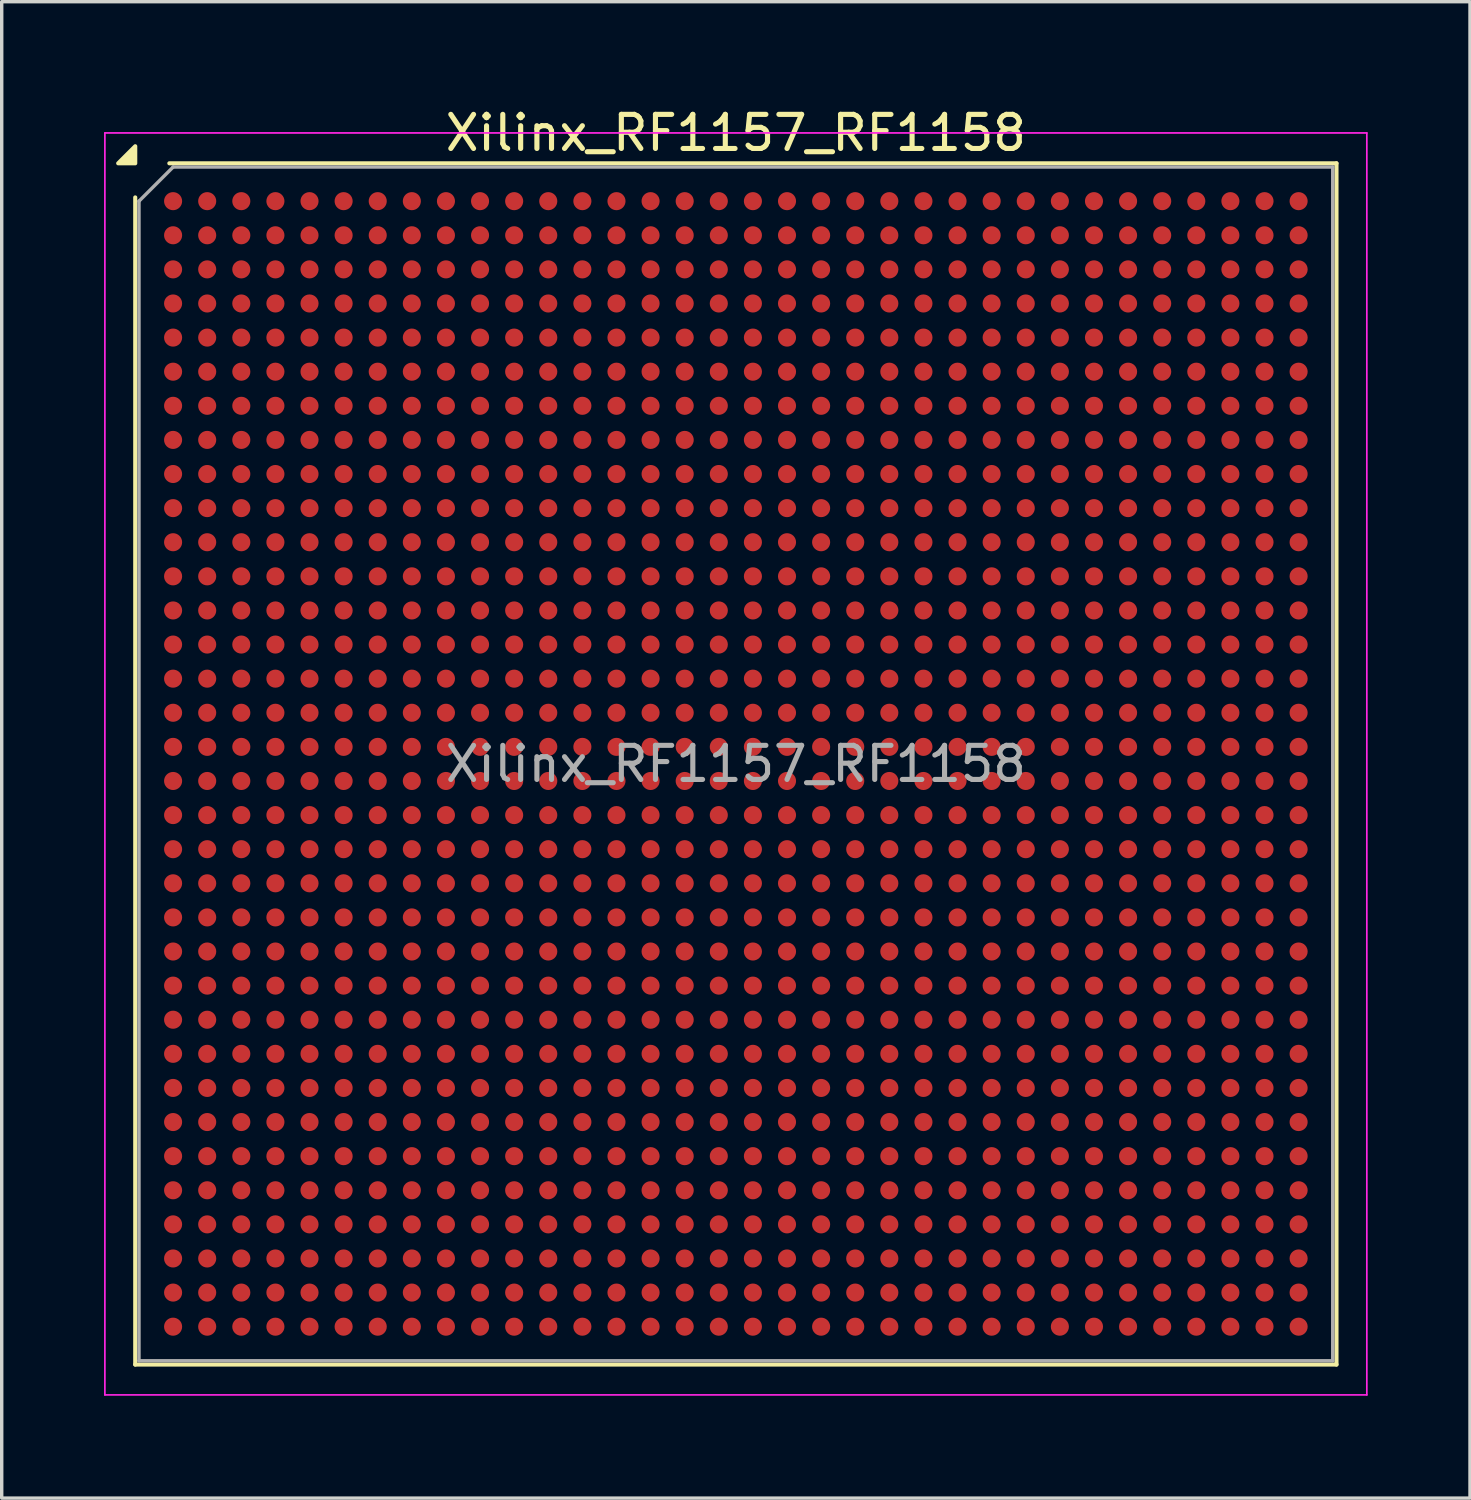
<source format=kicad_pcb>
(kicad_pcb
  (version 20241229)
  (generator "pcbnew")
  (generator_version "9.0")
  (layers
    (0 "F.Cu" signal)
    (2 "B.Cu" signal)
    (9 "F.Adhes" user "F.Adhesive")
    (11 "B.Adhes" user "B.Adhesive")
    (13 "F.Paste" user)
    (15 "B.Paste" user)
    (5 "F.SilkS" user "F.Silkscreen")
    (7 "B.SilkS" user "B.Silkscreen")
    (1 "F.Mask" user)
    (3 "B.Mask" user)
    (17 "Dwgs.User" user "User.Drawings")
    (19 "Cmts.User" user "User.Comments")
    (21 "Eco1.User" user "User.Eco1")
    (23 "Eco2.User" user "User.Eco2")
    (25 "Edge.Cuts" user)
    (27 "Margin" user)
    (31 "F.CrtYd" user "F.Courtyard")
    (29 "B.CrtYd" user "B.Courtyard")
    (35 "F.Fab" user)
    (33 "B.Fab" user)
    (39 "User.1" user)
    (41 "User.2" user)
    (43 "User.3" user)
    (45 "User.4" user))
  (footprint "Xilinx_RF1157_RF1158"
    (layer "F.Cu")
    (at 18.525 19.348)
    (property "Reference" "Xilinx_RF1157_RF1158" (at 0 -18.5 0) (layer "F.SilkS") (effects (font (size 1 1) (thickness 0.15))))
    (attr smd)
    (fp_line (start -17.61 17.61) (end -17.61 -16.61) (stroke (width 0.12) (type solid)) (layer "F.SilkS"))
    (fp_line (start -16.61 -17.61) (end 17.61 -17.61) (stroke (width 0.12) (type solid)) (layer "F.SilkS"))
    (fp_line (start 17.61 -17.61) (end 17.61 17.61) (stroke (width 0.12) (type solid)) (layer "F.SilkS"))
    (fp_line (start 17.61 17.61) (end -17.61 17.61) (stroke (width 0.12) (type solid)) (layer "F.SilkS"))
    (fp_poly (pts (xy -17.61 -17.61) (xy -18.11 -17.61) (xy -17.61 -18.11)) (stroke (width 0.12) (type solid)) (fill yes) (layer "F.SilkS"))
    (fp_line (start -18.5 -18.5) (end -18.5 18.5) (stroke (width 0.05) (type solid)) (layer "F.CrtYd"))
    (fp_line (start -18.5 18.5) (end 18.5 18.5) (stroke (width 0.05) (type solid)) (layer "F.CrtYd"))
    (fp_line (start 18.5 -18.5) (end -18.5 -18.5) (stroke (width 0.05) (type solid)) (layer "F.CrtYd"))
    (fp_line (start 18.5 18.5) (end 18.5 -18.5) (stroke (width 0.05) (type solid)) (layer "F.CrtYd"))
    (fp_line (start -17.5 -16.5) (end -16.5 -17.5) (stroke (width 0.1) (type solid)) (layer "F.Fab"))
    (fp_line (start -17.5 17.5) (end -17.5 -16.5) (stroke (width 0.1) (type solid)) (layer "F.Fab"))
    (fp_line (start -16.5 -17.5) (end 17.5 -17.5) (stroke (width 0.1) (type solid)) (layer "F.Fab"))
    (fp_line (start 17.5 -17.5) (end 17.5 17.5) (stroke (width 0.1) (type solid)) (layer "F.Fab"))
    (fp_line (start 17.5 17.5) (end -17.5 17.5) (stroke (width 0.1) (type solid)) (layer "F.Fab"))
    (fp_text user "${REFERENCE}" (at 0 0 0) (layer "F.Fab") (effects (font (size 1 1) (thickness 0.15))))
    (pad "A1" smd circle (at -16.5 -16.5) (size 0.53 0.53) (property pad_prop_bga) (layers "F.Cu" "F.Mask" "F.Paste"))
    (pad "A2" smd circle (at -15.5 -16.5) (size 0.53 0.53) (property pad_prop_bga) (layers "F.Cu" "F.Mask" "F.Paste"))
    (pad "A3" smd circle (at -14.5 -16.5) (size 0.53 0.53) (property pad_prop_bga) (layers "F.Cu" "F.Mask" "F.Paste"))
    (pad "A4" smd circle (at -13.5 -16.5) (size 0.53 0.53) (property pad_prop_bga) (layers "F.Cu" "F.Mask" "F.Paste"))
    (pad "A5" smd circle (at -12.5 -16.5) (size 0.53 0.53) (property pad_prop_bga) (layers "F.Cu" "F.Mask" "F.Paste"))
    (pad "A6" smd circle (at -11.5 -16.5) (size 0.53 0.53) (property pad_prop_bga) (layers "F.Cu" "F.Mask" "F.Paste"))
    (pad "A7" smd circle (at -10.5 -16.5) (size 0.53 0.53) (property pad_prop_bga) (layers "F.Cu" "F.Mask" "F.Paste"))
    (pad "A8" smd circle (at -9.5 -16.5) (size 0.53 0.53) (property pad_prop_bga) (layers "F.Cu" "F.Mask" "F.Paste"))
    (pad "A9" smd circle (at -8.5 -16.5) (size 0.53 0.53) (property pad_prop_bga) (layers "F.Cu" "F.Mask" "F.Paste"))
    (pad "A10" smd circle (at -7.5 -16.5) (size 0.53 0.53) (property pad_prop_bga) (layers "F.Cu" "F.Mask" "F.Paste"))
    (pad "A11" smd circle (at -6.5 -16.5) (size 0.53 0.53) (property pad_prop_bga) (layers "F.Cu" "F.Mask" "F.Paste"))
    (pad "A12" smd circle (at -5.5 -16.5) (size 0.53 0.53) (property pad_prop_bga) (layers "F.Cu" "F.Mask" "F.Paste"))
    (pad "A13" smd circle (at -4.5 -16.5) (size 0.53 0.53) (property pad_prop_bga) (layers "F.Cu" "F.Mask" "F.Paste"))
    (pad "A14" smd circle (at -3.5 -16.5) (size 0.53 0.53) (property pad_prop_bga) (layers "F.Cu" "F.Mask" "F.Paste"))
    (pad "A15" smd circle (at -2.5 -16.5) (size 0.53 0.53) (property pad_prop_bga) (layers "F.Cu" "F.Mask" "F.Paste"))
    (pad "A16" smd circle (at -1.5 -16.5) (size 0.53 0.53) (property pad_prop_bga) (layers "F.Cu" "F.Mask" "F.Paste"))
    (pad "A17" smd circle (at -0.5 -16.5) (size 0.53 0.53) (property pad_prop_bga) (layers "F.Cu" "F.Mask" "F.Paste"))
    (pad "A18" smd circle (at 0.5 -16.5) (size 0.53 0.53) (property pad_prop_bga) (layers "F.Cu" "F.Mask" "F.Paste"))
    (pad "A19" smd circle (at 1.5 -16.5) (size 0.53 0.53) (property pad_prop_bga) (layers "F.Cu" "F.Mask" "F.Paste"))
    (pad "A20" smd circle (at 2.5 -16.5) (size 0.53 0.53) (property pad_prop_bga) (layers "F.Cu" "F.Mask" "F.Paste"))
    (pad "A21" smd circle (at 3.5 -16.5) (size 0.53 0.53) (property pad_prop_bga) (layers "F.Cu" "F.Mask" "F.Paste"))
    (pad "A22" smd circle (at 4.5 -16.5) (size 0.53 0.53) (property pad_prop_bga) (layers "F.Cu" "F.Mask" "F.Paste"))
    (pad "A23" smd circle (at 5.5 -16.5) (size 0.53 0.53) (property pad_prop_bga) (layers "F.Cu" "F.Mask" "F.Paste"))
    (pad "A24" smd circle (at 6.5 -16.5) (size 0.53 0.53) (property pad_prop_bga) (layers "F.Cu" "F.Mask" "F.Paste"))
    (pad "A25" smd circle (at 7.5 -16.5) (size 0.53 0.53) (property pad_prop_bga) (layers "F.Cu" "F.Mask" "F.Paste"))
    (pad "A26" smd circle (at 8.5 -16.5) (size 0.53 0.53) (property pad_prop_bga) (layers "F.Cu" "F.Mask" "F.Paste"))
    (pad "A27" smd circle (at 9.5 -16.5) (size 0.53 0.53) (property pad_prop_bga) (layers "F.Cu" "F.Mask" "F.Paste"))
    (pad "A28" smd circle (at 10.5 -16.5) (size 0.53 0.53) (property pad_prop_bga) (layers "F.Cu" "F.Mask" "F.Paste"))
    (pad "A29" smd circle (at 11.5 -16.5) (size 0.53 0.53) (property pad_prop_bga) (layers "F.Cu" "F.Mask" "F.Paste"))
    (pad "A30" smd circle (at 12.5 -16.5) (size 0.53 0.53) (property pad_prop_bga) (layers "F.Cu" "F.Mask" "F.Paste"))
    (pad "A31" smd circle (at 13.5 -16.5) (size 0.53 0.53) (property pad_prop_bga) (layers "F.Cu" "F.Mask" "F.Paste"))
    (pad "A32" smd circle (at 14.5 -16.5) (size 0.53 0.53) (property pad_prop_bga) (layers "F.Cu" "F.Mask" "F.Paste"))
    (pad "A33" smd circle (at 15.5 -16.5) (size 0.53 0.53) (property pad_prop_bga) (layers "F.Cu" "F.Mask" "F.Paste"))
    (pad "A34" smd circle (at 16.5 -16.5) (size 0.53 0.53) (property pad_prop_bga) (layers "F.Cu" "F.Mask" "F.Paste"))
    (pad "AA1" smd circle (at -16.5 3.5) (size 0.53 0.53) (property pad_prop_bga) (layers "F.Cu" "F.Mask" "F.Paste"))
    (pad "AA2" smd circle (at -15.5 3.5) (size 0.53 0.53) (property pad_prop_bga) (layers "F.Cu" "F.Mask" "F.Paste"))
    (pad "AA3" smd circle (at -14.5 3.5) (size 0.53 0.53) (property pad_prop_bga) (layers "F.Cu" "F.Mask" "F.Paste"))
    (pad "AA4" smd circle (at -13.5 3.5) (size 0.53 0.53) (property pad_prop_bga) (layers "F.Cu" "F.Mask" "F.Paste"))
    (pad "AA5" smd circle (at -12.5 3.5) (size 0.53 0.53) (property pad_prop_bga) (layers "F.Cu" "F.Mask" "F.Paste"))
    (pad "AA6" smd circle (at -11.5 3.5) (size 0.53 0.53) (property pad_prop_bga) (layers "F.Cu" "F.Mask" "F.Paste"))
    (pad "AA7" smd circle (at -10.5 3.5) (size 0.53 0.53) (property pad_prop_bga) (layers "F.Cu" "F.Mask" "F.Paste"))
    (pad "AA8" smd circle (at -9.5 3.5) (size 0.53 0.53) (property pad_prop_bga) (layers "F.Cu" "F.Mask" "F.Paste"))
    (pad "AA9" smd circle (at -8.5 3.5) (size 0.53 0.53) (property pad_prop_bga) (layers "F.Cu" "F.Mask" "F.Paste"))
    (pad "AA10" smd circle (at -7.5 3.5) (size 0.53 0.53) (property pad_prop_bga) (layers "F.Cu" "F.Mask" "F.Paste"))
    (pad "AA11" smd circle (at -6.5 3.5) (size 0.53 0.53) (property pad_prop_bga) (layers "F.Cu" "F.Mask" "F.Paste"))
    (pad "AA12" smd circle (at -5.5 3.5) (size 0.53 0.53) (property pad_prop_bga) (layers "F.Cu" "F.Mask" "F.Paste"))
    (pad "AA13" smd circle (at -4.5 3.5) (size 0.53 0.53) (property pad_prop_bga) (layers "F.Cu" "F.Mask" "F.Paste"))
    (pad "AA14" smd circle (at -3.5 3.5) (size 0.53 0.53) (property pad_prop_bga) (layers "F.Cu" "F.Mask" "F.Paste"))
    (pad "AA15" smd circle (at -2.5 3.5) (size 0.53 0.53) (property pad_prop_bga) (layers "F.Cu" "F.Mask" "F.Paste"))
    (pad "AA16" smd circle (at -1.5 3.5) (size 0.53 0.53) (property pad_prop_bga) (layers "F.Cu" "F.Mask" "F.Paste"))
    (pad "AA17" smd circle (at -0.5 3.5) (size 0.53 0.53) (property pad_prop_bga) (layers "F.Cu" "F.Mask" "F.Paste"))
    (pad "AA18" smd circle (at 0.5 3.5) (size 0.53 0.53) (property pad_prop_bga) (layers "F.Cu" "F.Mask" "F.Paste"))
    (pad "AA19" smd circle (at 1.5 3.5) (size 0.53 0.53) (property pad_prop_bga) (layers "F.Cu" "F.Mask" "F.Paste"))
    (pad "AA20" smd circle (at 2.5 3.5) (size 0.53 0.53) (property pad_prop_bga) (layers "F.Cu" "F.Mask" "F.Paste"))
    (pad "AA21" smd circle (at 3.5 3.5) (size 0.53 0.53) (property pad_prop_bga) (layers "F.Cu" "F.Mask" "F.Paste"))
    (pad "AA22" smd circle (at 4.5 3.5) (size 0.53 0.53) (property pad_prop_bga) (layers "F.Cu" "F.Mask" "F.Paste"))
    (pad "AA23" smd circle (at 5.5 3.5) (size 0.53 0.53) (property pad_prop_bga) (layers "F.Cu" "F.Mask" "F.Paste"))
    (pad "AA24" smd circle (at 6.5 3.5) (size 0.53 0.53) (property pad_prop_bga) (layers "F.Cu" "F.Mask" "F.Paste"))
    (pad "AA25" smd circle (at 7.5 3.5) (size 0.53 0.53) (property pad_prop_bga) (layers "F.Cu" "F.Mask" "F.Paste"))
    (pad "AA26" smd circle (at 8.5 3.5) (size 0.53 0.53) (property pad_prop_bga) (layers "F.Cu" "F.Mask" "F.Paste"))
    (pad "AA27" smd circle (at 9.5 3.5) (size 0.53 0.53) (property pad_prop_bga) (layers "F.Cu" "F.Mask" "F.Paste"))
    (pad "AA28" smd circle (at 10.5 3.5) (size 0.53 0.53) (property pad_prop_bga) (layers "F.Cu" "F.Mask" "F.Paste"))
    (pad "AA29" smd circle (at 11.5 3.5) (size 0.53 0.53) (property pad_prop_bga) (layers "F.Cu" "F.Mask" "F.Paste"))
    (pad "AA30" smd circle (at 12.5 3.5) (size 0.53 0.53) (property pad_prop_bga) (layers "F.Cu" "F.Mask" "F.Paste"))
    (pad "AA31" smd circle (at 13.5 3.5) (size 0.53 0.53) (property pad_prop_bga) (layers "F.Cu" "F.Mask" "F.Paste"))
    (pad "AA32" smd circle (at 14.5 3.5) (size 0.53 0.53) (property pad_prop_bga) (layers "F.Cu" "F.Mask" "F.Paste"))
    (pad "AA33" smd circle (at 15.5 3.5) (size 0.53 0.53) (property pad_prop_bga) (layers "F.Cu" "F.Mask" "F.Paste"))
    (pad "AA34" smd circle (at 16.5 3.5) (size 0.53 0.53) (property pad_prop_bga) (layers "F.Cu" "F.Mask" "F.Paste"))
    (pad "AB1" smd circle (at -16.5 4.5) (size 0.53 0.53) (property pad_prop_bga) (layers "F.Cu" "F.Mask" "F.Paste"))
    (pad "AB2" smd circle (at -15.5 4.5) (size 0.53 0.53) (property pad_prop_bga) (layers "F.Cu" "F.Mask" "F.Paste"))
    (pad "AB3" smd circle (at -14.5 4.5) (size 0.53 0.53) (property pad_prop_bga) (layers "F.Cu" "F.Mask" "F.Paste"))
    (pad "AB4" smd circle (at -13.5 4.5) (size 0.53 0.53) (property pad_prop_bga) (layers "F.Cu" "F.Mask" "F.Paste"))
    (pad "AB5" smd circle (at -12.5 4.5) (size 0.53 0.53) (property pad_prop_bga) (layers "F.Cu" "F.Mask" "F.Paste"))
    (pad "AB6" smd circle (at -11.5 4.5) (size 0.53 0.53) (property pad_prop_bga) (layers "F.Cu" "F.Mask" "F.Paste"))
    (pad "AB7" smd circle (at -10.5 4.5) (size 0.53 0.53) (property pad_prop_bga) (layers "F.Cu" "F.Mask" "F.Paste"))
    (pad "AB8" smd circle (at -9.5 4.5) (size 0.53 0.53) (property pad_prop_bga) (layers "F.Cu" "F.Mask" "F.Paste"))
    (pad "AB9" smd circle (at -8.5 4.5) (size 0.53 0.53) (property pad_prop_bga) (layers "F.Cu" "F.Mask" "F.Paste"))
    (pad "AB10" smd circle (at -7.5 4.5) (size 0.53 0.53) (property pad_prop_bga) (layers "F.Cu" "F.Mask" "F.Paste"))
    (pad "AB11" smd circle (at -6.5 4.5) (size 0.53 0.53) (property pad_prop_bga) (layers "F.Cu" "F.Mask" "F.Paste"))
    (pad "AB12" smd circle (at -5.5 4.5) (size 0.53 0.53) (property pad_prop_bga) (layers "F.Cu" "F.Mask" "F.Paste"))
    (pad "AB13" smd circle (at -4.5 4.5) (size 0.53 0.53) (property pad_prop_bga) (layers "F.Cu" "F.Mask" "F.Paste"))
    (pad "AB14" smd circle (at -3.5 4.5) (size 0.53 0.53) (property pad_prop_bga) (layers "F.Cu" "F.Mask" "F.Paste"))
    (pad "AB15" smd circle (at -2.5 4.5) (size 0.53 0.53) (property pad_prop_bga) (layers "F.Cu" "F.Mask" "F.Paste"))
    (pad "AB16" smd circle (at -1.5 4.5) (size 0.53 0.53) (property pad_prop_bga) (layers "F.Cu" "F.Mask" "F.Paste"))
    (pad "AB17" smd circle (at -0.5 4.5) (size 0.53 0.53) (property pad_prop_bga) (layers "F.Cu" "F.Mask" "F.Paste"))
    (pad "AB18" smd circle (at 0.5 4.5) (size 0.53 0.53) (property pad_prop_bga) (layers "F.Cu" "F.Mask" "F.Paste"))
    (pad "AB19" smd circle (at 1.5 4.5) (size 0.53 0.53) (property pad_prop_bga) (layers "F.Cu" "F.Mask" "F.Paste"))
    (pad "AB20" smd circle (at 2.5 4.5) (size 0.53 0.53) (property pad_prop_bga) (layers "F.Cu" "F.Mask" "F.Paste"))
    (pad "AB21" smd circle (at 3.5 4.5) (size 0.53 0.53) (property pad_prop_bga) (layers "F.Cu" "F.Mask" "F.Paste"))
    (pad "AB22" smd circle (at 4.5 4.5) (size 0.53 0.53) (property pad_prop_bga) (layers "F.Cu" "F.Mask" "F.Paste"))
    (pad "AB23" smd circle (at 5.5 4.5) (size 0.53 0.53) (property pad_prop_bga) (layers "F.Cu" "F.Mask" "F.Paste"))
    (pad "AB24" smd circle (at 6.5 4.5) (size 0.53 0.53) (property pad_prop_bga) (layers "F.Cu" "F.Mask" "F.Paste"))
    (pad "AB25" smd circle (at 7.5 4.5) (size 0.53 0.53) (property pad_prop_bga) (layers "F.Cu" "F.Mask" "F.Paste"))
    (pad "AB26" smd circle (at 8.5 4.5) (size 0.53 0.53) (property pad_prop_bga) (layers "F.Cu" "F.Mask" "F.Paste"))
    (pad "AB27" smd circle (at 9.5 4.5) (size 0.53 0.53) (property pad_prop_bga) (layers "F.Cu" "F.Mask" "F.Paste"))
    (pad "AB28" smd circle (at 10.5 4.5) (size 0.53 0.53) (property pad_prop_bga) (layers "F.Cu" "F.Mask" "F.Paste"))
    (pad "AB29" smd circle (at 11.5 4.5) (size 0.53 0.53) (property pad_prop_bga) (layers "F.Cu" "F.Mask" "F.Paste"))
    (pad "AB30" smd circle (at 12.5 4.5) (size 0.53 0.53) (property pad_prop_bga) (layers "F.Cu" "F.Mask" "F.Paste"))
    (pad "AB31" smd circle (at 13.5 4.5) (size 0.53 0.53) (property pad_prop_bga) (layers "F.Cu" "F.Mask" "F.Paste"))
    (pad "AB32" smd circle (at 14.5 4.5) (size 0.53 0.53) (property pad_prop_bga) (layers "F.Cu" "F.Mask" "F.Paste"))
    (pad "AB33" smd circle (at 15.5 4.5) (size 0.53 0.53) (property pad_prop_bga) (layers "F.Cu" "F.Mask" "F.Paste"))
    (pad "AB34" smd circle (at 16.5 4.5) (size 0.53 0.53) (property pad_prop_bga) (layers "F.Cu" "F.Mask" "F.Paste"))
    (pad "AC1" smd circle (at -16.5 5.5) (size 0.53 0.53) (property pad_prop_bga) (layers "F.Cu" "F.Mask" "F.Paste"))
    (pad "AC2" smd circle (at -15.5 5.5) (size 0.53 0.53) (property pad_prop_bga) (layers "F.Cu" "F.Mask" "F.Paste"))
    (pad "AC3" smd circle (at -14.5 5.5) (size 0.53 0.53) (property pad_prop_bga) (layers "F.Cu" "F.Mask" "F.Paste"))
    (pad "AC4" smd circle (at -13.5 5.5) (size 0.53 0.53) (property pad_prop_bga) (layers "F.Cu" "F.Mask" "F.Paste"))
    (pad "AC5" smd circle (at -12.5 5.5) (size 0.53 0.53) (property pad_prop_bga) (layers "F.Cu" "F.Mask" "F.Paste"))
    (pad "AC6" smd circle (at -11.5 5.5) (size 0.53 0.53) (property pad_prop_bga) (layers "F.Cu" "F.Mask" "F.Paste"))
    (pad "AC7" smd circle (at -10.5 5.5) (size 0.53 0.53) (property pad_prop_bga) (layers "F.Cu" "F.Mask" "F.Paste"))
    (pad "AC8" smd circle (at -9.5 5.5) (size 0.53 0.53) (property pad_prop_bga) (layers "F.Cu" "F.Mask" "F.Paste"))
    (pad "AC9" smd circle (at -8.5 5.5) (size 0.53 0.53) (property pad_prop_bga) (layers "F.Cu" "F.Mask" "F.Paste"))
    (pad "AC10" smd circle (at -7.5 5.5) (size 0.53 0.53) (property pad_prop_bga) (layers "F.Cu" "F.Mask" "F.Paste"))
    (pad "AC11" smd circle (at -6.5 5.5) (size 0.53 0.53) (property pad_prop_bga) (layers "F.Cu" "F.Mask" "F.Paste"))
    (pad "AC12" smd circle (at -5.5 5.5) (size 0.53 0.53) (property pad_prop_bga) (layers "F.Cu" "F.Mask" "F.Paste"))
    (pad "AC13" smd circle (at -4.5 5.5) (size 0.53 0.53) (property pad_prop_bga) (layers "F.Cu" "F.Mask" "F.Paste"))
    (pad "AC14" smd circle (at -3.5 5.5) (size 0.53 0.53) (property pad_prop_bga) (layers "F.Cu" "F.Mask" "F.Paste"))
    (pad "AC15" smd circle (at -2.5 5.5) (size 0.53 0.53) (property pad_prop_bga) (layers "F.Cu" "F.Mask" "F.Paste"))
    (pad "AC16" smd circle (at -1.5 5.5) (size 0.53 0.53) (property pad_prop_bga) (layers "F.Cu" "F.Mask" "F.Paste"))
    (pad "AC17" smd circle (at -0.5 5.5) (size 0.53 0.53) (property pad_prop_bga) (layers "F.Cu" "F.Mask" "F.Paste"))
    (pad "AC18" smd circle (at 0.5 5.5) (size 0.53 0.53) (property pad_prop_bga) (layers "F.Cu" "F.Mask" "F.Paste"))
    (pad "AC19" smd circle (at 1.5 5.5) (size 0.53 0.53) (property pad_prop_bga) (layers "F.Cu" "F.Mask" "F.Paste"))
    (pad "AC20" smd circle (at 2.5 5.5) (size 0.53 0.53) (property pad_prop_bga) (layers "F.Cu" "F.Mask" "F.Paste"))
    (pad "AC21" smd circle (at 3.5 5.5) (size 0.53 0.53) (property pad_prop_bga) (layers "F.Cu" "F.Mask" "F.Paste"))
    (pad "AC22" smd circle (at 4.5 5.5) (size 0.53 0.53) (property pad_prop_bga) (layers "F.Cu" "F.Mask" "F.Paste"))
    (pad "AC23" smd circle (at 5.5 5.5) (size 0.53 0.53) (property pad_prop_bga) (layers "F.Cu" "F.Mask" "F.Paste"))
    (pad "AC24" smd circle (at 6.5 5.5) (size 0.53 0.53) (property pad_prop_bga) (layers "F.Cu" "F.Mask" "F.Paste"))
    (pad "AC25" smd circle (at 7.5 5.5) (size 0.53 0.53) (property pad_prop_bga) (layers "F.Cu" "F.Mask" "F.Paste"))
    (pad "AC26" smd circle (at 8.5 5.5) (size 0.53 0.53) (property pad_prop_bga) (layers "F.Cu" "F.Mask" "F.Paste"))
    (pad "AC27" smd circle (at 9.5 5.5) (size 0.53 0.53) (property pad_prop_bga) (layers "F.Cu" "F.Mask" "F.Paste"))
    (pad "AC28" smd circle (at 10.5 5.5) (size 0.53 0.53) (property pad_prop_bga) (layers "F.Cu" "F.Mask" "F.Paste"))
    (pad "AC29" smd circle (at 11.5 5.5) (size 0.53 0.53) (property pad_prop_bga) (layers "F.Cu" "F.Mask" "F.Paste"))
    (pad "AC30" smd circle (at 12.5 5.5) (size 0.53 0.53) (property pad_prop_bga) (layers "F.Cu" "F.Mask" "F.Paste"))
    (pad "AC31" smd circle (at 13.5 5.5) (size 0.53 0.53) (property pad_prop_bga) (layers "F.Cu" "F.Mask" "F.Paste"))
    (pad "AC32" smd circle (at 14.5 5.5) (size 0.53 0.53) (property pad_prop_bga) (layers "F.Cu" "F.Mask" "F.Paste"))
    (pad "AC33" smd circle (at 15.5 5.5) (size 0.53 0.53) (property pad_prop_bga) (layers "F.Cu" "F.Mask" "F.Paste"))
    (pad "AC34" smd circle (at 16.5 5.5) (size 0.53 0.53) (property pad_prop_bga) (layers "F.Cu" "F.Mask" "F.Paste"))
    (pad "AD1" smd circle (at -16.5 6.5) (size 0.53 0.53) (property pad_prop_bga) (layers "F.Cu" "F.Mask" "F.Paste"))
    (pad "AD2" smd circle (at -15.5 6.5) (size 0.53 0.53) (property pad_prop_bga) (layers "F.Cu" "F.Mask" "F.Paste"))
    (pad "AD3" smd circle (at -14.5 6.5) (size 0.53 0.53) (property pad_prop_bga) (layers "F.Cu" "F.Mask" "F.Paste"))
    (pad "AD4" smd circle (at -13.5 6.5) (size 0.53 0.53) (property pad_prop_bga) (layers "F.Cu" "F.Mask" "F.Paste"))
    (pad "AD5" smd circle (at -12.5 6.5) (size 0.53 0.53) (property pad_prop_bga) (layers "F.Cu" "F.Mask" "F.Paste"))
    (pad "AD6" smd circle (at -11.5 6.5) (size 0.53 0.53) (property pad_prop_bga) (layers "F.Cu" "F.Mask" "F.Paste"))
    (pad "AD7" smd circle (at -10.5 6.5) (size 0.53 0.53) (property pad_prop_bga) (layers "F.Cu" "F.Mask" "F.Paste"))
    (pad "AD8" smd circle (at -9.5 6.5) (size 0.53 0.53) (property pad_prop_bga) (layers "F.Cu" "F.Mask" "F.Paste"))
    (pad "AD9" smd circle (at -8.5 6.5) (size 0.53 0.53) (property pad_prop_bga) (layers "F.Cu" "F.Mask" "F.Paste"))
    (pad "AD10" smd circle (at -7.5 6.5) (size 0.53 0.53) (property pad_prop_bga) (layers "F.Cu" "F.Mask" "F.Paste"))
    (pad "AD11" smd circle (at -6.5 6.5) (size 0.53 0.53) (property pad_prop_bga) (layers "F.Cu" "F.Mask" "F.Paste"))
    (pad "AD12" smd circle (at -5.5 6.5) (size 0.53 0.53) (property pad_prop_bga) (layers "F.Cu" "F.Mask" "F.Paste"))
    (pad "AD13" smd circle (at -4.5 6.5) (size 0.53 0.53) (property pad_prop_bga) (layers "F.Cu" "F.Mask" "F.Paste"))
    (pad "AD14" smd circle (at -3.5 6.5) (size 0.53 0.53) (property pad_prop_bga) (layers "F.Cu" "F.Mask" "F.Paste"))
    (pad "AD15" smd circle (at -2.5 6.5) (size 0.53 0.53) (property pad_prop_bga) (layers "F.Cu" "F.Mask" "F.Paste"))
    (pad "AD16" smd circle (at -1.5 6.5) (size 0.53 0.53) (property pad_prop_bga) (layers "F.Cu" "F.Mask" "F.Paste"))
    (pad "AD17" smd circle (at -0.5 6.5) (size 0.53 0.53) (property pad_prop_bga) (layers "F.Cu" "F.Mask" "F.Paste"))
    (pad "AD18" smd circle (at 0.5 6.5) (size 0.53 0.53) (property pad_prop_bga) (layers "F.Cu" "F.Mask" "F.Paste"))
    (pad "AD19" smd circle (at 1.5 6.5) (size 0.53 0.53) (property pad_prop_bga) (layers "F.Cu" "F.Mask" "F.Paste"))
    (pad "AD20" smd circle (at 2.5 6.5) (size 0.53 0.53) (property pad_prop_bga) (layers "F.Cu" "F.Mask" "F.Paste"))
    (pad "AD21" smd circle (at 3.5 6.5) (size 0.53 0.53) (property pad_prop_bga) (layers "F.Cu" "F.Mask" "F.Paste"))
    (pad "AD22" smd circle (at 4.5 6.5) (size 0.53 0.53) (property pad_prop_bga) (layers "F.Cu" "F.Mask" "F.Paste"))
    (pad "AD23" smd circle (at 5.5 6.5) (size 0.53 0.53) (property pad_prop_bga) (layers "F.Cu" "F.Mask" "F.Paste"))
    (pad "AD24" smd circle (at 6.5 6.5) (size 0.53 0.53) (property pad_prop_bga) (layers "F.Cu" "F.Mask" "F.Paste"))
    (pad "AD25" smd circle (at 7.5 6.5) (size 0.53 0.53) (property pad_prop_bga) (layers "F.Cu" "F.Mask" "F.Paste"))
    (pad "AD26" smd circle (at 8.5 6.5) (size 0.53 0.53) (property pad_prop_bga) (layers "F.Cu" "F.Mask" "F.Paste"))
    (pad "AD27" smd circle (at 9.5 6.5) (size 0.53 0.53) (property pad_prop_bga) (layers "F.Cu" "F.Mask" "F.Paste"))
    (pad "AD28" smd circle (at 10.5 6.5) (size 0.53 0.53) (property pad_prop_bga) (layers "F.Cu" "F.Mask" "F.Paste"))
    (pad "AD29" smd circle (at 11.5 6.5) (size 0.53 0.53) (property pad_prop_bga) (layers "F.Cu" "F.Mask" "F.Paste"))
    (pad "AD30" smd circle (at 12.5 6.5) (size 0.53 0.53) (property pad_prop_bga) (layers "F.Cu" "F.Mask" "F.Paste"))
    (pad "AD31" smd circle (at 13.5 6.5) (size 0.53 0.53) (property pad_prop_bga) (layers "F.Cu" "F.Mask" "F.Paste"))
    (pad "AD32" smd circle (at 14.5 6.5) (size 0.53 0.53) (property pad_prop_bga) (layers "F.Cu" "F.Mask" "F.Paste"))
    (pad "AD33" smd circle (at 15.5 6.5) (size 0.53 0.53) (property pad_prop_bga) (layers "F.Cu" "F.Mask" "F.Paste"))
    (pad "AD34" smd circle (at 16.5 6.5) (size 0.53 0.53) (property pad_prop_bga) (layers "F.Cu" "F.Mask" "F.Paste"))
    (pad "AE1" smd circle (at -16.5 7.5) (size 0.53 0.53) (property pad_prop_bga) (layers "F.Cu" "F.Mask" "F.Paste"))
    (pad "AE2" smd circle (at -15.5 7.5) (size 0.53 0.53) (property pad_prop_bga) (layers "F.Cu" "F.Mask" "F.Paste"))
    (pad "AE3" smd circle (at -14.5 7.5) (size 0.53 0.53) (property pad_prop_bga) (layers "F.Cu" "F.Mask" "F.Paste"))
    (pad "AE4" smd circle (at -13.5 7.5) (size 0.53 0.53) (property pad_prop_bga) (layers "F.Cu" "F.Mask" "F.Paste"))
    (pad "AE5" smd circle (at -12.5 7.5) (size 0.53 0.53) (property pad_prop_bga) (layers "F.Cu" "F.Mask" "F.Paste"))
    (pad "AE6" smd circle (at -11.5 7.5) (size 0.53 0.53) (property pad_prop_bga) (layers "F.Cu" "F.Mask" "F.Paste"))
    (pad "AE7" smd circle (at -10.5 7.5) (size 0.53 0.53) (property pad_prop_bga) (layers "F.Cu" "F.Mask" "F.Paste"))
    (pad "AE8" smd circle (at -9.5 7.5) (size 0.53 0.53) (property pad_prop_bga) (layers "F.Cu" "F.Mask" "F.Paste"))
    (pad "AE9" smd circle (at -8.5 7.5) (size 0.53 0.53) (property pad_prop_bga) (layers "F.Cu" "F.Mask" "F.Paste"))
    (pad "AE10" smd circle (at -7.5 7.5) (size 0.53 0.53) (property pad_prop_bga) (layers "F.Cu" "F.Mask" "F.Paste"))
    (pad "AE11" smd circle (at -6.5 7.5) (size 0.53 0.53) (property pad_prop_bga) (layers "F.Cu" "F.Mask" "F.Paste"))
    (pad "AE12" smd circle (at -5.5 7.5) (size 0.53 0.53) (property pad_prop_bga) (layers "F.Cu" "F.Mask" "F.Paste"))
    (pad "AE13" smd circle (at -4.5 7.5) (size 0.53 0.53) (property pad_prop_bga) (layers "F.Cu" "F.Mask" "F.Paste"))
    (pad "AE14" smd circle (at -3.5 7.5) (size 0.53 0.53) (property pad_prop_bga) (layers "F.Cu" "F.Mask" "F.Paste"))
    (pad "AE15" smd circle (at -2.5 7.5) (size 0.53 0.53) (property pad_prop_bga) (layers "F.Cu" "F.Mask" "F.Paste"))
    (pad "AE16" smd circle (at -1.5 7.5) (size 0.53 0.53) (property pad_prop_bga) (layers "F.Cu" "F.Mask" "F.Paste"))
    (pad "AE17" smd circle (at -0.5 7.5) (size 0.53 0.53) (property pad_prop_bga) (layers "F.Cu" "F.Mask" "F.Paste"))
    (pad "AE18" smd circle (at 0.5 7.5) (size 0.53 0.53) (property pad_prop_bga) (layers "F.Cu" "F.Mask" "F.Paste"))
    (pad "AE19" smd circle (at 1.5 7.5) (size 0.53 0.53) (property pad_prop_bga) (layers "F.Cu" "F.Mask" "F.Paste"))
    (pad "AE20" smd circle (at 2.5 7.5) (size 0.53 0.53) (property pad_prop_bga) (layers "F.Cu" "F.Mask" "F.Paste"))
    (pad "AE21" smd circle (at 3.5 7.5) (size 0.53 0.53) (property pad_prop_bga) (layers "F.Cu" "F.Mask" "F.Paste"))
    (pad "AE22" smd circle (at 4.5 7.5) (size 0.53 0.53) (property pad_prop_bga) (layers "F.Cu" "F.Mask" "F.Paste"))
    (pad "AE23" smd circle (at 5.5 7.5) (size 0.53 0.53) (property pad_prop_bga) (layers "F.Cu" "F.Mask" "F.Paste"))
    (pad "AE24" smd circle (at 6.5 7.5) (size 0.53 0.53) (property pad_prop_bga) (layers "F.Cu" "F.Mask" "F.Paste"))
    (pad "AE25" smd circle (at 7.5 7.5) (size 0.53 0.53) (property pad_prop_bga) (layers "F.Cu" "F.Mask" "F.Paste"))
    (pad "AE26" smd circle (at 8.5 7.5) (size 0.53 0.53) (property pad_prop_bga) (layers "F.Cu" "F.Mask" "F.Paste"))
    (pad "AE27" smd circle (at 9.5 7.5) (size 0.53 0.53) (property pad_prop_bga) (layers "F.Cu" "F.Mask" "F.Paste"))
    (pad "AE28" smd circle (at 10.5 7.5) (size 0.53 0.53) (property pad_prop_bga) (layers "F.Cu" "F.Mask" "F.Paste"))
    (pad "AE29" smd circle (at 11.5 7.5) (size 0.53 0.53) (property pad_prop_bga) (layers "F.Cu" "F.Mask" "F.Paste"))
    (pad "AE30" smd circle (at 12.5 7.5) (size 0.53 0.53) (property pad_prop_bga) (layers "F.Cu" "F.Mask" "F.Paste"))
    (pad "AE31" smd circle (at 13.5 7.5) (size 0.53 0.53) (property pad_prop_bga) (layers "F.Cu" "F.Mask" "F.Paste"))
    (pad "AE32" smd circle (at 14.5 7.5) (size 0.53 0.53) (property pad_prop_bga) (layers "F.Cu" "F.Mask" "F.Paste"))
    (pad "AE33" smd circle (at 15.5 7.5) (size 0.53 0.53) (property pad_prop_bga) (layers "F.Cu" "F.Mask" "F.Paste"))
    (pad "AE34" smd circle (at 16.5 7.5) (size 0.53 0.53) (property pad_prop_bga) (layers "F.Cu" "F.Mask" "F.Paste"))
    (pad "AF1" smd circle (at -16.5 8.5) (size 0.53 0.53) (property pad_prop_bga) (layers "F.Cu" "F.Mask" "F.Paste"))
    (pad "AF2" smd circle (at -15.5 8.5) (size 0.53 0.53) (property pad_prop_bga) (layers "F.Cu" "F.Mask" "F.Paste"))
    (pad "AF3" smd circle (at -14.5 8.5) (size 0.53 0.53) (property pad_prop_bga) (layers "F.Cu" "F.Mask" "F.Paste"))
    (pad "AF4" smd circle (at -13.5 8.5) (size 0.53 0.53) (property pad_prop_bga) (layers "F.Cu" "F.Mask" "F.Paste"))
    (pad "AF5" smd circle (at -12.5 8.5) (size 0.53 0.53) (property pad_prop_bga) (layers "F.Cu" "F.Mask" "F.Paste"))
    (pad "AF6" smd circle (at -11.5 8.5) (size 0.53 0.53) (property pad_prop_bga) (layers "F.Cu" "F.Mask" "F.Paste"))
    (pad "AF7" smd circle (at -10.5 8.5) (size 0.53 0.53) (property pad_prop_bga) (layers "F.Cu" "F.Mask" "F.Paste"))
    (pad "AF8" smd circle (at -9.5 8.5) (size 0.53 0.53) (property pad_prop_bga) (layers "F.Cu" "F.Mask" "F.Paste"))
    (pad "AF9" smd circle (at -8.5 8.5) (size 0.53 0.53) (property pad_prop_bga) (layers "F.Cu" "F.Mask" "F.Paste"))
    (pad "AF10" smd circle (at -7.5 8.5) (size 0.53 0.53) (property pad_prop_bga) (layers "F.Cu" "F.Mask" "F.Paste"))
    (pad "AF11" smd circle (at -6.5 8.5) (size 0.53 0.53) (property pad_prop_bga) (layers "F.Cu" "F.Mask" "F.Paste"))
    (pad "AF12" smd circle (at -5.5 8.5) (size 0.53 0.53) (property pad_prop_bga) (layers "F.Cu" "F.Mask" "F.Paste"))
    (pad "AF13" smd circle (at -4.5 8.5) (size 0.53 0.53) (property pad_prop_bga) (layers "F.Cu" "F.Mask" "F.Paste"))
    (pad "AF14" smd circle (at -3.5 8.5) (size 0.53 0.53) (property pad_prop_bga) (layers "F.Cu" "F.Mask" "F.Paste"))
    (pad "AF15" smd circle (at -2.5 8.5) (size 0.53 0.53) (property pad_prop_bga) (layers "F.Cu" "F.Mask" "F.Paste"))
    (pad "AF16" smd circle (at -1.5 8.5) (size 0.53 0.53) (property pad_prop_bga) (layers "F.Cu" "F.Mask" "F.Paste"))
    (pad "AF17" smd circle (at -0.5 8.5) (size 0.53 0.53) (property pad_prop_bga) (layers "F.Cu" "F.Mask" "F.Paste"))
    (pad "AF18" smd circle (at 0.5 8.5) (size 0.53 0.53) (property pad_prop_bga) (layers "F.Cu" "F.Mask" "F.Paste"))
    (pad "AF19" smd circle (at 1.5 8.5) (size 0.53 0.53) (property pad_prop_bga) (layers "F.Cu" "F.Mask" "F.Paste"))
    (pad "AF20" smd circle (at 2.5 8.5) (size 0.53 0.53) (property pad_prop_bga) (layers "F.Cu" "F.Mask" "F.Paste"))
    (pad "AF21" smd circle (at 3.5 8.5) (size 0.53 0.53) (property pad_prop_bga) (layers "F.Cu" "F.Mask" "F.Paste"))
    (pad "AF22" smd circle (at 4.5 8.5) (size 0.53 0.53) (property pad_prop_bga) (layers "F.Cu" "F.Mask" "F.Paste"))
    (pad "AF23" smd circle (at 5.5 8.5) (size 0.53 0.53) (property pad_prop_bga) (layers "F.Cu" "F.Mask" "F.Paste"))
    (pad "AF24" smd circle (at 6.5 8.5) (size 0.53 0.53) (property pad_prop_bga) (layers "F.Cu" "F.Mask" "F.Paste"))
    (pad "AF25" smd circle (at 7.5 8.5) (size 0.53 0.53) (property pad_prop_bga) (layers "F.Cu" "F.Mask" "F.Paste"))
    (pad "AF26" smd circle (at 8.5 8.5) (size 0.53 0.53) (property pad_prop_bga) (layers "F.Cu" "F.Mask" "F.Paste"))
    (pad "AF27" smd circle (at 9.5 8.5) (size 0.53 0.53) (property pad_prop_bga) (layers "F.Cu" "F.Mask" "F.Paste"))
    (pad "AF28" smd circle (at 10.5 8.5) (size 0.53 0.53) (property pad_prop_bga) (layers "F.Cu" "F.Mask" "F.Paste"))
    (pad "AF29" smd circle (at 11.5 8.5) (size 0.53 0.53) (property pad_prop_bga) (layers "F.Cu" "F.Mask" "F.Paste"))
    (pad "AF30" smd circle (at 12.5 8.5) (size 0.53 0.53) (property pad_prop_bga) (layers "F.Cu" "F.Mask" "F.Paste"))
    (pad "AF31" smd circle (at 13.5 8.5) (size 0.53 0.53) (property pad_prop_bga) (layers "F.Cu" "F.Mask" "F.Paste"))
    (pad "AF32" smd circle (at 14.5 8.5) (size 0.53 0.53) (property pad_prop_bga) (layers "F.Cu" "F.Mask" "F.Paste"))
    (pad "AF33" smd circle (at 15.5 8.5) (size 0.53 0.53) (property pad_prop_bga) (layers "F.Cu" "F.Mask" "F.Paste"))
    (pad "AF34" smd circle (at 16.5 8.5) (size 0.53 0.53) (property pad_prop_bga) (layers "F.Cu" "F.Mask" "F.Paste"))
    (pad "AG1" smd circle (at -16.5 9.5) (size 0.53 0.53) (property pad_prop_bga) (layers "F.Cu" "F.Mask" "F.Paste"))
    (pad "AG2" smd circle (at -15.5 9.5) (size 0.53 0.53) (property pad_prop_bga) (layers "F.Cu" "F.Mask" "F.Paste"))
    (pad "AG3" smd circle (at -14.5 9.5) (size 0.53 0.53) (property pad_prop_bga) (layers "F.Cu" "F.Mask" "F.Paste"))
    (pad "AG4" smd circle (at -13.5 9.5) (size 0.53 0.53) (property pad_prop_bga) (layers "F.Cu" "F.Mask" "F.Paste"))
    (pad "AG5" smd circle (at -12.5 9.5) (size 0.53 0.53) (property pad_prop_bga) (layers "F.Cu" "F.Mask" "F.Paste"))
    (pad "AG6" smd circle (at -11.5 9.5) (size 0.53 0.53) (property pad_prop_bga) (layers "F.Cu" "F.Mask" "F.Paste"))
    (pad "AG7" smd circle (at -10.5 9.5) (size 0.53 0.53) (property pad_prop_bga) (layers "F.Cu" "F.Mask" "F.Paste"))
    (pad "AG8" smd circle (at -9.5 9.5) (size 0.53 0.53) (property pad_prop_bga) (layers "F.Cu" "F.Mask" "F.Paste"))
    (pad "AG9" smd circle (at -8.5 9.5) (size 0.53 0.53) (property pad_prop_bga) (layers "F.Cu" "F.Mask" "F.Paste"))
    (pad "AG10" smd circle (at -7.5 9.5) (size 0.53 0.53) (property pad_prop_bga) (layers "F.Cu" "F.Mask" "F.Paste"))
    (pad "AG11" smd circle (at -6.5 9.5) (size 0.53 0.53) (property pad_prop_bga) (layers "F.Cu" "F.Mask" "F.Paste"))
    (pad "AG12" smd circle (at -5.5 9.5) (size 0.53 0.53) (property pad_prop_bga) (layers "F.Cu" "F.Mask" "F.Paste"))
    (pad "AG13" smd circle (at -4.5 9.5) (size 0.53 0.53) (property pad_prop_bga) (layers "F.Cu" "F.Mask" "F.Paste"))
    (pad "AG14" smd circle (at -3.5 9.5) (size 0.53 0.53) (property pad_prop_bga) (layers "F.Cu" "F.Mask" "F.Paste"))
    (pad "AG15" smd circle (at -2.5 9.5) (size 0.53 0.53) (property pad_prop_bga) (layers "F.Cu" "F.Mask" "F.Paste"))
    (pad "AG16" smd circle (at -1.5 9.5) (size 0.53 0.53) (property pad_prop_bga) (layers "F.Cu" "F.Mask" "F.Paste"))
    (pad "AG17" smd circle (at -0.5 9.5) (size 0.53 0.53) (property pad_prop_bga) (layers "F.Cu" "F.Mask" "F.Paste"))
    (pad "AG18" smd circle (at 0.5 9.5) (size 0.53 0.53) (property pad_prop_bga) (layers "F.Cu" "F.Mask" "F.Paste"))
    (pad "AG19" smd circle (at 1.5 9.5) (size 0.53 0.53) (property pad_prop_bga) (layers "F.Cu" "F.Mask" "F.Paste"))
    (pad "AG20" smd circle (at 2.5 9.5) (size 0.53 0.53) (property pad_prop_bga) (layers "F.Cu" "F.Mask" "F.Paste"))
    (pad "AG21" smd circle (at 3.5 9.5) (size 0.53 0.53) (property pad_prop_bga) (layers "F.Cu" "F.Mask" "F.Paste"))
    (pad "AG22" smd circle (at 4.5 9.5) (size 0.53 0.53) (property pad_prop_bga) (layers "F.Cu" "F.Mask" "F.Paste"))
    (pad "AG23" smd circle (at 5.5 9.5) (size 0.53 0.53) (property pad_prop_bga) (layers "F.Cu" "F.Mask" "F.Paste"))
    (pad "AG24" smd circle (at 6.5 9.5) (size 0.53 0.53) (property pad_prop_bga) (layers "F.Cu" "F.Mask" "F.Paste"))
    (pad "AG25" smd circle (at 7.5 9.5) (size 0.53 0.53) (property pad_prop_bga) (layers "F.Cu" "F.Mask" "F.Paste"))
    (pad "AG26" smd circle (at 8.5 9.5) (size 0.53 0.53) (property pad_prop_bga) (layers "F.Cu" "F.Mask" "F.Paste"))
    (pad "AG27" smd circle (at 9.5 9.5) (size 0.53 0.53) (property pad_prop_bga) (layers "F.Cu" "F.Mask" "F.Paste"))
    (pad "AG28" smd circle (at 10.5 9.5) (size 0.53 0.53) (property pad_prop_bga) (layers "F.Cu" "F.Mask" "F.Paste"))
    (pad "AG29" smd circle (at 11.5 9.5) (size 0.53 0.53) (property pad_prop_bga) (layers "F.Cu" "F.Mask" "F.Paste"))
    (pad "AG30" smd circle (at 12.5 9.5) (size 0.53 0.53) (property pad_prop_bga) (layers "F.Cu" "F.Mask" "F.Paste"))
    (pad "AG31" smd circle (at 13.5 9.5) (size 0.53 0.53) (property pad_prop_bga) (layers "F.Cu" "F.Mask" "F.Paste"))
    (pad "AG32" smd circle (at 14.5 9.5) (size 0.53 0.53) (property pad_prop_bga) (layers "F.Cu" "F.Mask" "F.Paste"))
    (pad "AG33" smd circle (at 15.5 9.5) (size 0.53 0.53) (property pad_prop_bga) (layers "F.Cu" "F.Mask" "F.Paste"))
    (pad "AG34" smd circle (at 16.5 9.5) (size 0.53 0.53) (property pad_prop_bga) (layers "F.Cu" "F.Mask" "F.Paste"))
    (pad "AH1" smd circle (at -16.5 10.5) (size 0.53 0.53) (property pad_prop_bga) (layers "F.Cu" "F.Mask" "F.Paste"))
    (pad "AH2" smd circle (at -15.5 10.5) (size 0.53 0.53) (property pad_prop_bga) (layers "F.Cu" "F.Mask" "F.Paste"))
    (pad "AH3" smd circle (at -14.5 10.5) (size 0.53 0.53) (property pad_prop_bga) (layers "F.Cu" "F.Mask" "F.Paste"))
    (pad "AH4" smd circle (at -13.5 10.5) (size 0.53 0.53) (property pad_prop_bga) (layers "F.Cu" "F.Mask" "F.Paste"))
    (pad "AH5" smd circle (at -12.5 10.5) (size 0.53 0.53) (property pad_prop_bga) (layers "F.Cu" "F.Mask" "F.Paste"))
    (pad "AH6" smd circle (at -11.5 10.5) (size 0.53 0.53) (property pad_prop_bga) (layers "F.Cu" "F.Mask" "F.Paste"))
    (pad "AH7" smd circle (at -10.5 10.5) (size 0.53 0.53) (property pad_prop_bga) (layers "F.Cu" "F.Mask" "F.Paste"))
    (pad "AH8" smd circle (at -9.5 10.5) (size 0.53 0.53) (property pad_prop_bga) (layers "F.Cu" "F.Mask" "F.Paste"))
    (pad "AH9" smd circle (at -8.5 10.5) (size 0.53 0.53) (property pad_prop_bga) (layers "F.Cu" "F.Mask" "F.Paste"))
    (pad "AH10" smd circle (at -7.5 10.5) (size 0.53 0.53) (property pad_prop_bga) (layers "F.Cu" "F.Mask" "F.Paste"))
    (pad "AH11" smd circle (at -6.5 10.5) (size 0.53 0.53) (property pad_prop_bga) (layers "F.Cu" "F.Mask" "F.Paste"))
    (pad "AH12" smd circle (at -5.5 10.5) (size 0.53 0.53) (property pad_prop_bga) (layers "F.Cu" "F.Mask" "F.Paste"))
    (pad "AH13" smd circle (at -4.5 10.5) (size 0.53 0.53) (property pad_prop_bga) (layers "F.Cu" "F.Mask" "F.Paste"))
    (pad "AH14" smd circle (at -3.5 10.5) (size 0.53 0.53) (property pad_prop_bga) (layers "F.Cu" "F.Mask" "F.Paste"))
    (pad "AH15" smd circle (at -2.5 10.5) (size 0.53 0.53) (property pad_prop_bga) (layers "F.Cu" "F.Mask" "F.Paste"))
    (pad "AH16" smd circle (at -1.5 10.5) (size 0.53 0.53) (property pad_prop_bga) (layers "F.Cu" "F.Mask" "F.Paste"))
    (pad "AH17" smd circle (at -0.5 10.5) (size 0.53 0.53) (property pad_prop_bga) (layers "F.Cu" "F.Mask" "F.Paste"))
    (pad "AH18" smd circle (at 0.5 10.5) (size 0.53 0.53) (property pad_prop_bga) (layers "F.Cu" "F.Mask" "F.Paste"))
    (pad "AH19" smd circle (at 1.5 10.5) (size 0.53 0.53) (property pad_prop_bga) (layers "F.Cu" "F.Mask" "F.Paste"))
    (pad "AH20" smd circle (at 2.5 10.5) (size 0.53 0.53) (property pad_prop_bga) (layers "F.Cu" "F.Mask" "F.Paste"))
    (pad "AH21" smd circle (at 3.5 10.5) (size 0.53 0.53) (property pad_prop_bga) (layers "F.Cu" "F.Mask" "F.Paste"))
    (pad "AH22" smd circle (at 4.5 10.5) (size 0.53 0.53) (property pad_prop_bga) (layers "F.Cu" "F.Mask" "F.Paste"))
    (pad "AH23" smd circle (at 5.5 10.5) (size 0.53 0.53) (property pad_prop_bga) (layers "F.Cu" "F.Mask" "F.Paste"))
    (pad "AH24" smd circle (at 6.5 10.5) (size 0.53 0.53) (property pad_prop_bga) (layers "F.Cu" "F.Mask" "F.Paste"))
    (pad "AH25" smd circle (at 7.5 10.5) (size 0.53 0.53) (property pad_prop_bga) (layers "F.Cu" "F.Mask" "F.Paste"))
    (pad "AH26" smd circle (at 8.5 10.5) (size 0.53 0.53) (property pad_prop_bga) (layers "F.Cu" "F.Mask" "F.Paste"))
    (pad "AH27" smd circle (at 9.5 10.5) (size 0.53 0.53) (property pad_prop_bga) (layers "F.Cu" "F.Mask" "F.Paste"))
    (pad "AH28" smd circle (at 10.5 10.5) (size 0.53 0.53) (property pad_prop_bga) (layers "F.Cu" "F.Mask" "F.Paste"))
    (pad "AH29" smd circle (at 11.5 10.5) (size 0.53 0.53) (property pad_prop_bga) (layers "F.Cu" "F.Mask" "F.Paste"))
    (pad "AH30" smd circle (at 12.5 10.5) (size 0.53 0.53) (property pad_prop_bga) (layers "F.Cu" "F.Mask" "F.Paste"))
    (pad "AH31" smd circle (at 13.5 10.5) (size 0.53 0.53) (property pad_prop_bga) (layers "F.Cu" "F.Mask" "F.Paste"))
    (pad "AH32" smd circle (at 14.5 10.5) (size 0.53 0.53) (property pad_prop_bga) (layers "F.Cu" "F.Mask" "F.Paste"))
    (pad "AH33" smd circle (at 15.5 10.5) (size 0.53 0.53) (property pad_prop_bga) (layers "F.Cu" "F.Mask" "F.Paste"))
    (pad "AH34" smd circle (at 16.5 10.5) (size 0.53 0.53) (property pad_prop_bga) (layers "F.Cu" "F.Mask" "F.Paste"))
    (pad "AJ1" smd circle (at -16.5 11.5) (size 0.53 0.53) (property pad_prop_bga) (layers "F.Cu" "F.Mask" "F.Paste"))
    (pad "AJ2" smd circle (at -15.5 11.5) (size 0.53 0.53) (property pad_prop_bga) (layers "F.Cu" "F.Mask" "F.Paste"))
    (pad "AJ3" smd circle (at -14.5 11.5) (size 0.53 0.53) (property pad_prop_bga) (layers "F.Cu" "F.Mask" "F.Paste"))
    (pad "AJ4" smd circle (at -13.5 11.5) (size 0.53 0.53) (property pad_prop_bga) (layers "F.Cu" "F.Mask" "F.Paste"))
    (pad "AJ5" smd circle (at -12.5 11.5) (size 0.53 0.53) (property pad_prop_bga) (layers "F.Cu" "F.Mask" "F.Paste"))
    (pad "AJ6" smd circle (at -11.5 11.5) (size 0.53 0.53) (property pad_prop_bga) (layers "F.Cu" "F.Mask" "F.Paste"))
    (pad "AJ7" smd circle (at -10.5 11.5) (size 0.53 0.53) (property pad_prop_bga) (layers "F.Cu" "F.Mask" "F.Paste"))
    (pad "AJ8" smd circle (at -9.5 11.5) (size 0.53 0.53) (property pad_prop_bga) (layers "F.Cu" "F.Mask" "F.Paste"))
    (pad "AJ9" smd circle (at -8.5 11.5) (size 0.53 0.53) (property pad_prop_bga) (layers "F.Cu" "F.Mask" "F.Paste"))
    (pad "AJ10" smd circle (at -7.5 11.5) (size 0.53 0.53) (property pad_prop_bga) (layers "F.Cu" "F.Mask" "F.Paste"))
    (pad "AJ11" smd circle (at -6.5 11.5) (size 0.53 0.53) (property pad_prop_bga) (layers "F.Cu" "F.Mask" "F.Paste"))
    (pad "AJ12" smd circle (at -5.5 11.5) (size 0.53 0.53) (property pad_prop_bga) (layers "F.Cu" "F.Mask" "F.Paste"))
    (pad "AJ13" smd circle (at -4.5 11.5) (size 0.53 0.53) (property pad_prop_bga) (layers "F.Cu" "F.Mask" "F.Paste"))
    (pad "AJ14" smd circle (at -3.5 11.5) (size 0.53 0.53) (property pad_prop_bga) (layers "F.Cu" "F.Mask" "F.Paste"))
    (pad "AJ15" smd circle (at -2.5 11.5) (size 0.53 0.53) (property pad_prop_bga) (layers "F.Cu" "F.Mask" "F.Paste"))
    (pad "AJ16" smd circle (at -1.5 11.5) (size 0.53 0.53) (property pad_prop_bga) (layers "F.Cu" "F.Mask" "F.Paste"))
    (pad "AJ17" smd circle (at -0.5 11.5) (size 0.53 0.53) (property pad_prop_bga) (layers "F.Cu" "F.Mask" "F.Paste"))
    (pad "AJ18" smd circle (at 0.5 11.5) (size 0.53 0.53) (property pad_prop_bga) (layers "F.Cu" "F.Mask" "F.Paste"))
    (pad "AJ19" smd circle (at 1.5 11.5) (size 0.53 0.53) (property pad_prop_bga) (layers "F.Cu" "F.Mask" "F.Paste"))
    (pad "AJ20" smd circle (at 2.5 11.5) (size 0.53 0.53) (property pad_prop_bga) (layers "F.Cu" "F.Mask" "F.Paste"))
    (pad "AJ21" smd circle (at 3.5 11.5) (size 0.53 0.53) (property pad_prop_bga) (layers "F.Cu" "F.Mask" "F.Paste"))
    (pad "AJ22" smd circle (at 4.5 11.5) (size 0.53 0.53) (property pad_prop_bga) (layers "F.Cu" "F.Mask" "F.Paste"))
    (pad "AJ23" smd circle (at 5.5 11.5) (size 0.53 0.53) (property pad_prop_bga) (layers "F.Cu" "F.Mask" "F.Paste"))
    (pad "AJ24" smd circle (at 6.5 11.5) (size 0.53 0.53) (property pad_prop_bga) (layers "F.Cu" "F.Mask" "F.Paste"))
    (pad "AJ25" smd circle (at 7.5 11.5) (size 0.53 0.53) (property pad_prop_bga) (layers "F.Cu" "F.Mask" "F.Paste"))
    (pad "AJ26" smd circle (at 8.5 11.5) (size 0.53 0.53) (property pad_prop_bga) (layers "F.Cu" "F.Mask" "F.Paste"))
    (pad "AJ27" smd circle (at 9.5 11.5) (size 0.53 0.53) (property pad_prop_bga) (layers "F.Cu" "F.Mask" "F.Paste"))
    (pad "AJ28" smd circle (at 10.5 11.5) (size 0.53 0.53) (property pad_prop_bga) (layers "F.Cu" "F.Mask" "F.Paste"))
    (pad "AJ29" smd circle (at 11.5 11.5) (size 0.53 0.53) (property pad_prop_bga) (layers "F.Cu" "F.Mask" "F.Paste"))
    (pad "AJ30" smd circle (at 12.5 11.5) (size 0.53 0.53) (property pad_prop_bga) (layers "F.Cu" "F.Mask" "F.Paste"))
    (pad "AJ31" smd circle (at 13.5 11.5) (size 0.53 0.53) (property pad_prop_bga) (layers "F.Cu" "F.Mask" "F.Paste"))
    (pad "AJ32" smd circle (at 14.5 11.5) (size 0.53 0.53) (property pad_prop_bga) (layers "F.Cu" "F.Mask" "F.Paste"))
    (pad "AJ33" smd circle (at 15.5 11.5) (size 0.53 0.53) (property pad_prop_bga) (layers "F.Cu" "F.Mask" "F.Paste"))
    (pad "AJ34" smd circle (at 16.5 11.5) (size 0.53 0.53) (property pad_prop_bga) (layers "F.Cu" "F.Mask" "F.Paste"))
    (pad "AK1" smd circle (at -16.5 12.5) (size 0.53 0.53) (property pad_prop_bga) (layers "F.Cu" "F.Mask" "F.Paste"))
    (pad "AK2" smd circle (at -15.5 12.5) (size 0.53 0.53) (property pad_prop_bga) (layers "F.Cu" "F.Mask" "F.Paste"))
    (pad "AK3" smd circle (at -14.5 12.5) (size 0.53 0.53) (property pad_prop_bga) (layers "F.Cu" "F.Mask" "F.Paste"))
    (pad "AK4" smd circle (at -13.5 12.5) (size 0.53 0.53) (property pad_prop_bga) (layers "F.Cu" "F.Mask" "F.Paste"))
    (pad "AK5" smd circle (at -12.5 12.5) (size 0.53 0.53) (property pad_prop_bga) (layers "F.Cu" "F.Mask" "F.Paste"))
    (pad "AK6" smd circle (at -11.5 12.5) (size 0.53 0.53) (property pad_prop_bga) (layers "F.Cu" "F.Mask" "F.Paste"))
    (pad "AK7" smd circle (at -10.5 12.5) (size 0.53 0.53) (property pad_prop_bga) (layers "F.Cu" "F.Mask" "F.Paste"))
    (pad "AK8" smd circle (at -9.5 12.5) (size 0.53 0.53) (property pad_prop_bga) (layers "F.Cu" "F.Mask" "F.Paste"))
    (pad "AK9" smd circle (at -8.5 12.5) (size 0.53 0.53) (property pad_prop_bga) (layers "F.Cu" "F.Mask" "F.Paste"))
    (pad "AK10" smd circle (at -7.5 12.5) (size 0.53 0.53) (property pad_prop_bga) (layers "F.Cu" "F.Mask" "F.Paste"))
    (pad "AK11" smd circle (at -6.5 12.5) (size 0.53 0.53) (property pad_prop_bga) (layers "F.Cu" "F.Mask" "F.Paste"))
    (pad "AK12" smd circle (at -5.5 12.5) (size 0.53 0.53) (property pad_prop_bga) (layers "F.Cu" "F.Mask" "F.Paste"))
    (pad "AK13" smd circle (at -4.5 12.5) (size 0.53 0.53) (property pad_prop_bga) (layers "F.Cu" "F.Mask" "F.Paste"))
    (pad "AK14" smd circle (at -3.5 12.5) (size 0.53 0.53) (property pad_prop_bga) (layers "F.Cu" "F.Mask" "F.Paste"))
    (pad "AK15" smd circle (at -2.5 12.5) (size 0.53 0.53) (property pad_prop_bga) (layers "F.Cu" "F.Mask" "F.Paste"))
    (pad "AK16" smd circle (at -1.5 12.5) (size 0.53 0.53) (property pad_prop_bga) (layers "F.Cu" "F.Mask" "F.Paste"))
    (pad "AK17" smd circle (at -0.5 12.5) (size 0.53 0.53) (property pad_prop_bga) (layers "F.Cu" "F.Mask" "F.Paste"))
    (pad "AK18" smd circle (at 0.5 12.5) (size 0.53 0.53) (property pad_prop_bga) (layers "F.Cu" "F.Mask" "F.Paste"))
    (pad "AK19" smd circle (at 1.5 12.5) (size 0.53 0.53) (property pad_prop_bga) (layers "F.Cu" "F.Mask" "F.Paste"))
    (pad "AK20" smd circle (at 2.5 12.5) (size 0.53 0.53) (property pad_prop_bga) (layers "F.Cu" "F.Mask" "F.Paste"))
    (pad "AK21" smd circle (at 3.5 12.5) (size 0.53 0.53) (property pad_prop_bga) (layers "F.Cu" "F.Mask" "F.Paste"))
    (pad "AK22" smd circle (at 4.5 12.5) (size 0.53 0.53) (property pad_prop_bga) (layers "F.Cu" "F.Mask" "F.Paste"))
    (pad "AK23" smd circle (at 5.5 12.5) (size 0.53 0.53) (property pad_prop_bga) (layers "F.Cu" "F.Mask" "F.Paste"))
    (pad "AK24" smd circle (at 6.5 12.5) (size 0.53 0.53) (property pad_prop_bga) (layers "F.Cu" "F.Mask" "F.Paste"))
    (pad "AK25" smd circle (at 7.5 12.5) (size 0.53 0.53) (property pad_prop_bga) (layers "F.Cu" "F.Mask" "F.Paste"))
    (pad "AK26" smd circle (at 8.5 12.5) (size 0.53 0.53) (property pad_prop_bga) (layers "F.Cu" "F.Mask" "F.Paste"))
    (pad "AK27" smd circle (at 9.5 12.5) (size 0.53 0.53) (property pad_prop_bga) (layers "F.Cu" "F.Mask" "F.Paste"))
    (pad "AK28" smd circle (at 10.5 12.5) (size 0.53 0.53) (property pad_prop_bga) (layers "F.Cu" "F.Mask" "F.Paste"))
    (pad "AK29" smd circle (at 11.5 12.5) (size 0.53 0.53) (property pad_prop_bga) (layers "F.Cu" "F.Mask" "F.Paste"))
    (pad "AK30" smd circle (at 12.5 12.5) (size 0.53 0.53) (property pad_prop_bga) (layers "F.Cu" "F.Mask" "F.Paste"))
    (pad "AK31" smd circle (at 13.5 12.5) (size 0.53 0.53) (property pad_prop_bga) (layers "F.Cu" "F.Mask" "F.Paste"))
    (pad "AK32" smd circle (at 14.5 12.5) (size 0.53 0.53) (property pad_prop_bga) (layers "F.Cu" "F.Mask" "F.Paste"))
    (pad "AK33" smd circle (at 15.5 12.5) (size 0.53 0.53) (property pad_prop_bga) (layers "F.Cu" "F.Mask" "F.Paste"))
    (pad "AK34" smd circle (at 16.5 12.5) (size 0.53 0.53) (property pad_prop_bga) (layers "F.Cu" "F.Mask" "F.Paste"))
    (pad "AL1" smd circle (at -16.5 13.5) (size 0.53 0.53) (property pad_prop_bga) (layers "F.Cu" "F.Mask" "F.Paste"))
    (pad "AL2" smd circle (at -15.5 13.5) (size 0.53 0.53) (property pad_prop_bga) (layers "F.Cu" "F.Mask" "F.Paste"))
    (pad "AL3" smd circle (at -14.5 13.5) (size 0.53 0.53) (property pad_prop_bga) (layers "F.Cu" "F.Mask" "F.Paste"))
    (pad "AL4" smd circle (at -13.5 13.5) (size 0.53 0.53) (property pad_prop_bga) (layers "F.Cu" "F.Mask" "F.Paste"))
    (pad "AL5" smd circle (at -12.5 13.5) (size 0.53 0.53) (property pad_prop_bga) (layers "F.Cu" "F.Mask" "F.Paste"))
    (pad "AL6" smd circle (at -11.5 13.5) (size 0.53 0.53) (property pad_prop_bga) (layers "F.Cu" "F.Mask" "F.Paste"))
    (pad "AL7" smd circle (at -10.5 13.5) (size 0.53 0.53) (property pad_prop_bga) (layers "F.Cu" "F.Mask" "F.Paste"))
    (pad "AL8" smd circle (at -9.5 13.5) (size 0.53 0.53) (property pad_prop_bga) (layers "F.Cu" "F.Mask" "F.Paste"))
    (pad "AL9" smd circle (at -8.5 13.5) (size 0.53 0.53) (property pad_prop_bga) (layers "F.Cu" "F.Mask" "F.Paste"))
    (pad "AL10" smd circle (at -7.5 13.5) (size 0.53 0.53) (property pad_prop_bga) (layers "F.Cu" "F.Mask" "F.Paste"))
    (pad "AL11" smd circle (at -6.5 13.5) (size 0.53 0.53) (property pad_prop_bga) (layers "F.Cu" "F.Mask" "F.Paste"))
    (pad "AL12" smd circle (at -5.5 13.5) (size 0.53 0.53) (property pad_prop_bga) (layers "F.Cu" "F.Mask" "F.Paste"))
    (pad "AL13" smd circle (at -4.5 13.5) (size 0.53 0.53) (property pad_prop_bga) (layers "F.Cu" "F.Mask" "F.Paste"))
    (pad "AL14" smd circle (at -3.5 13.5) (size 0.53 0.53) (property pad_prop_bga) (layers "F.Cu" "F.Mask" "F.Paste"))
    (pad "AL15" smd circle (at -2.5 13.5) (size 0.53 0.53) (property pad_prop_bga) (layers "F.Cu" "F.Mask" "F.Paste"))
    (pad "AL16" smd circle (at -1.5 13.5) (size 0.53 0.53) (property pad_prop_bga) (layers "F.Cu" "F.Mask" "F.Paste"))
    (pad "AL17" smd circle (at -0.5 13.5) (size 0.53 0.53) (property pad_prop_bga) (layers "F.Cu" "F.Mask" "F.Paste"))
    (pad "AL18" smd circle (at 0.5 13.5) (size 0.53 0.53) (property pad_prop_bga) (layers "F.Cu" "F.Mask" "F.Paste"))
    (pad "AL19" smd circle (at 1.5 13.5) (size 0.53 0.53) (property pad_prop_bga) (layers "F.Cu" "F.Mask" "F.Paste"))
    (pad "AL20" smd circle (at 2.5 13.5) (size 0.53 0.53) (property pad_prop_bga) (layers "F.Cu" "F.Mask" "F.Paste"))
    (pad "AL21" smd circle (at 3.5 13.5) (size 0.53 0.53) (property pad_prop_bga) (layers "F.Cu" "F.Mask" "F.Paste"))
    (pad "AL22" smd circle (at 4.5 13.5) (size 0.53 0.53) (property pad_prop_bga) (layers "F.Cu" "F.Mask" "F.Paste"))
    (pad "AL23" smd circle (at 5.5 13.5) (size 0.53 0.53) (property pad_prop_bga) (layers "F.Cu" "F.Mask" "F.Paste"))
    (pad "AL24" smd circle (at 6.5 13.5) (size 0.53 0.53) (property pad_prop_bga) (layers "F.Cu" "F.Mask" "F.Paste"))
    (pad "AL25" smd circle (at 7.5 13.5) (size 0.53 0.53) (property pad_prop_bga) (layers "F.Cu" "F.Mask" "F.Paste"))
    (pad "AL26" smd circle (at 8.5 13.5) (size 0.53 0.53) (property pad_prop_bga) (layers "F.Cu" "F.Mask" "F.Paste"))
    (pad "AL27" smd circle (at 9.5 13.5) (size 0.53 0.53) (property pad_prop_bga) (layers "F.Cu" "F.Mask" "F.Paste"))
    (pad "AL28" smd circle (at 10.5 13.5) (size 0.53 0.53) (property pad_prop_bga) (layers "F.Cu" "F.Mask" "F.Paste"))
    (pad "AL29" smd circle (at 11.5 13.5) (size 0.53 0.53) (property pad_prop_bga) (layers "F.Cu" "F.Mask" "F.Paste"))
    (pad "AL30" smd circle (at 12.5 13.5) (size 0.53 0.53) (property pad_prop_bga) (layers "F.Cu" "F.Mask" "F.Paste"))
    (pad "AL31" smd circle (at 13.5 13.5) (size 0.53 0.53) (property pad_prop_bga) (layers "F.Cu" "F.Mask" "F.Paste"))
    (pad "AL32" smd circle (at 14.5 13.5) (size 0.53 0.53) (property pad_prop_bga) (layers "F.Cu" "F.Mask" "F.Paste"))
    (pad "AL33" smd circle (at 15.5 13.5) (size 0.53 0.53) (property pad_prop_bga) (layers "F.Cu" "F.Mask" "F.Paste"))
    (pad "AL34" smd circle (at 16.5 13.5) (size 0.53 0.53) (property pad_prop_bga) (layers "F.Cu" "F.Mask" "F.Paste"))
    (pad "AM1" smd circle (at -16.5 14.5) (size 0.53 0.53) (property pad_prop_bga) (layers "F.Cu" "F.Mask" "F.Paste"))
    (pad "AM2" smd circle (at -15.5 14.5) (size 0.53 0.53) (property pad_prop_bga) (layers "F.Cu" "F.Mask" "F.Paste"))
    (pad "AM3" smd circle (at -14.5 14.5) (size 0.53 0.53) (property pad_prop_bga) (layers "F.Cu" "F.Mask" "F.Paste"))
    (pad "AM4" smd circle (at -13.5 14.5) (size 0.53 0.53) (property pad_prop_bga) (layers "F.Cu" "F.Mask" "F.Paste"))
    (pad "AM5" smd circle (at -12.5 14.5) (size 0.53 0.53) (property pad_prop_bga) (layers "F.Cu" "F.Mask" "F.Paste"))
    (pad "AM6" smd circle (at -11.5 14.5) (size 0.53 0.53) (property pad_prop_bga) (layers "F.Cu" "F.Mask" "F.Paste"))
    (pad "AM7" smd circle (at -10.5 14.5) (size 0.53 0.53) (property pad_prop_bga) (layers "F.Cu" "F.Mask" "F.Paste"))
    (pad "AM8" smd circle (at -9.5 14.5) (size 0.53 0.53) (property pad_prop_bga) (layers "F.Cu" "F.Mask" "F.Paste"))
    (pad "AM9" smd circle (at -8.5 14.5) (size 0.53 0.53) (property pad_prop_bga) (layers "F.Cu" "F.Mask" "F.Paste"))
    (pad "AM10" smd circle (at -7.5 14.5) (size 0.53 0.53) (property pad_prop_bga) (layers "F.Cu" "F.Mask" "F.Paste"))
    (pad "AM11" smd circle (at -6.5 14.5) (size 0.53 0.53) (property pad_prop_bga) (layers "F.Cu" "F.Mask" "F.Paste"))
    (pad "AM12" smd circle (at -5.5 14.5) (size 0.53 0.53) (property pad_prop_bga) (layers "F.Cu" "F.Mask" "F.Paste"))
    (pad "AM13" smd circle (at -4.5 14.5) (size 0.53 0.53) (property pad_prop_bga) (layers "F.Cu" "F.Mask" "F.Paste"))
    (pad "AM14" smd circle (at -3.5 14.5) (size 0.53 0.53) (property pad_prop_bga) (layers "F.Cu" "F.Mask" "F.Paste"))
    (pad "AM15" smd circle (at -2.5 14.5) (size 0.53 0.53) (property pad_prop_bga) (layers "F.Cu" "F.Mask" "F.Paste"))
    (pad "AM16" smd circle (at -1.5 14.5) (size 0.53 0.53) (property pad_prop_bga) (layers "F.Cu" "F.Mask" "F.Paste"))
    (pad "AM17" smd circle (at -0.5 14.5) (size 0.53 0.53) (property pad_prop_bga) (layers "F.Cu" "F.Mask" "F.Paste"))
    (pad "AM18" smd circle (at 0.5 14.5) (size 0.53 0.53) (property pad_prop_bga) (layers "F.Cu" "F.Mask" "F.Paste"))
    (pad "AM19" smd circle (at 1.5 14.5) (size 0.53 0.53) (property pad_prop_bga) (layers "F.Cu" "F.Mask" "F.Paste"))
    (pad "AM20" smd circle (at 2.5 14.5) (size 0.53 0.53) (property pad_prop_bga) (layers "F.Cu" "F.Mask" "F.Paste"))
    (pad "AM21" smd circle (at 3.5 14.5) (size 0.53 0.53) (property pad_prop_bga) (layers "F.Cu" "F.Mask" "F.Paste"))
    (pad "AM22" smd circle (at 4.5 14.5) (size 0.53 0.53) (property pad_prop_bga) (layers "F.Cu" "F.Mask" "F.Paste"))
    (pad "AM23" smd circle (at 5.5 14.5) (size 0.53 0.53) (property pad_prop_bga) (layers "F.Cu" "F.Mask" "F.Paste"))
    (pad "AM24" smd circle (at 6.5 14.5) (size 0.53 0.53) (property pad_prop_bga) (layers "F.Cu" "F.Mask" "F.Paste"))
    (pad "AM25" smd circle (at 7.5 14.5) (size 0.53 0.53) (property pad_prop_bga) (layers "F.Cu" "F.Mask" "F.Paste"))
    (pad "AM26" smd circle (at 8.5 14.5) (size 0.53 0.53) (property pad_prop_bga) (layers "F.Cu" "F.Mask" "F.Paste"))
    (pad "AM27" smd circle (at 9.5 14.5) (size 0.53 0.53) (property pad_prop_bga) (layers "F.Cu" "F.Mask" "F.Paste"))
    (pad "AM28" smd circle (at 10.5 14.5) (size 0.53 0.53) (property pad_prop_bga) (layers "F.Cu" "F.Mask" "F.Paste"))
    (pad "AM29" smd circle (at 11.5 14.5) (size 0.53 0.53) (property pad_prop_bga) (layers "F.Cu" "F.Mask" "F.Paste"))
    (pad "AM30" smd circle (at 12.5 14.5) (size 0.53 0.53) (property pad_prop_bga) (layers "F.Cu" "F.Mask" "F.Paste"))
    (pad "AM31" smd circle (at 13.5 14.5) (size 0.53 0.53) (property pad_prop_bga) (layers "F.Cu" "F.Mask" "F.Paste"))
    (pad "AM32" smd circle (at 14.5 14.5) (size 0.53 0.53) (property pad_prop_bga) (layers "F.Cu" "F.Mask" "F.Paste"))
    (pad "AM33" smd circle (at 15.5 14.5) (size 0.53 0.53) (property pad_prop_bga) (layers "F.Cu" "F.Mask" "F.Paste"))
    (pad "AM34" smd circle (at 16.5 14.5) (size 0.53 0.53) (property pad_prop_bga) (layers "F.Cu" "F.Mask" "F.Paste"))
    (pad "AN1" smd circle (at -16.5 15.5) (size 0.53 0.53) (property pad_prop_bga) (layers "F.Cu" "F.Mask" "F.Paste"))
    (pad "AN2" smd circle (at -15.5 15.5) (size 0.53 0.53) (property pad_prop_bga) (layers "F.Cu" "F.Mask" "F.Paste"))
    (pad "AN3" smd circle (at -14.5 15.5) (size 0.53 0.53) (property pad_prop_bga) (layers "F.Cu" "F.Mask" "F.Paste"))
    (pad "AN4" smd circle (at -13.5 15.5) (size 0.53 0.53) (property pad_prop_bga) (layers "F.Cu" "F.Mask" "F.Paste"))
    (pad "AN5" smd circle (at -12.5 15.5) (size 0.53 0.53) (property pad_prop_bga) (layers "F.Cu" "F.Mask" "F.Paste"))
    (pad "AN6" smd circle (at -11.5 15.5) (size 0.53 0.53) (property pad_prop_bga) (layers "F.Cu" "F.Mask" "F.Paste"))
    (pad "AN7" smd circle (at -10.5 15.5) (size 0.53 0.53) (property pad_prop_bga) (layers "F.Cu" "F.Mask" "F.Paste"))
    (pad "AN8" smd circle (at -9.5 15.5) (size 0.53 0.53) (property pad_prop_bga) (layers "F.Cu" "F.Mask" "F.Paste"))
    (pad "AN9" smd circle (at -8.5 15.5) (size 0.53 0.53) (property pad_prop_bga) (layers "F.Cu" "F.Mask" "F.Paste"))
    (pad "AN10" smd circle (at -7.5 15.5) (size 0.53 0.53) (property pad_prop_bga) (layers "F.Cu" "F.Mask" "F.Paste"))
    (pad "AN11" smd circle (at -6.5 15.5) (size 0.53 0.53) (property pad_prop_bga) (layers "F.Cu" "F.Mask" "F.Paste"))
    (pad "AN12" smd circle (at -5.5 15.5) (size 0.53 0.53) (property pad_prop_bga) (layers "F.Cu" "F.Mask" "F.Paste"))
    (pad "AN13" smd circle (at -4.5 15.5) (size 0.53 0.53) (property pad_prop_bga) (layers "F.Cu" "F.Mask" "F.Paste"))
    (pad "AN14" smd circle (at -3.5 15.5) (size 0.53 0.53) (property pad_prop_bga) (layers "F.Cu" "F.Mask" "F.Paste"))
    (pad "AN15" smd circle (at -2.5 15.5) (size 0.53 0.53) (property pad_prop_bga) (layers "F.Cu" "F.Mask" "F.Paste"))
    (pad "AN16" smd circle (at -1.5 15.5) (size 0.53 0.53) (property pad_prop_bga) (layers "F.Cu" "F.Mask" "F.Paste"))
    (pad "AN17" smd circle (at -0.5 15.5) (size 0.53 0.53) (property pad_prop_bga) (layers "F.Cu" "F.Mask" "F.Paste"))
    (pad "AN18" smd circle (at 0.5 15.5) (size 0.53 0.53) (property pad_prop_bga) (layers "F.Cu" "F.Mask" "F.Paste"))
    (pad "AN19" smd circle (at 1.5 15.5) (size 0.53 0.53) (property pad_prop_bga) (layers "F.Cu" "F.Mask" "F.Paste"))
    (pad "AN20" smd circle (at 2.5 15.5) (size 0.53 0.53) (property pad_prop_bga) (layers "F.Cu" "F.Mask" "F.Paste"))
    (pad "AN21" smd circle (at 3.5 15.5) (size 0.53 0.53) (property pad_prop_bga) (layers "F.Cu" "F.Mask" "F.Paste"))
    (pad "AN22" smd circle (at 4.5 15.5) (size 0.53 0.53) (property pad_prop_bga) (layers "F.Cu" "F.Mask" "F.Paste"))
    (pad "AN23" smd circle (at 5.5 15.5) (size 0.53 0.53) (property pad_prop_bga) (layers "F.Cu" "F.Mask" "F.Paste"))
    (pad "AN24" smd circle (at 6.5 15.5) (size 0.53 0.53) (property pad_prop_bga) (layers "F.Cu" "F.Mask" "F.Paste"))
    (pad "AN25" smd circle (at 7.5 15.5) (size 0.53 0.53) (property pad_prop_bga) (layers "F.Cu" "F.Mask" "F.Paste"))
    (pad "AN26" smd circle (at 8.5 15.5) (size 0.53 0.53) (property pad_prop_bga) (layers "F.Cu" "F.Mask" "F.Paste"))
    (pad "AN27" smd circle (at 9.5 15.5) (size 0.53 0.53) (property pad_prop_bga) (layers "F.Cu" "F.Mask" "F.Paste"))
    (pad "AN28" smd circle (at 10.5 15.5) (size 0.53 0.53) (property pad_prop_bga) (layers "F.Cu" "F.Mask" "F.Paste"))
    (pad "AN29" smd circle (at 11.5 15.5) (size 0.53 0.53) (property pad_prop_bga) (layers "F.Cu" "F.Mask" "F.Paste"))
    (pad "AN30" smd circle (at 12.5 15.5) (size 0.53 0.53) (property pad_prop_bga) (layers "F.Cu" "F.Mask" "F.Paste"))
    (pad "AN31" smd circle (at 13.5 15.5) (size 0.53 0.53) (property pad_prop_bga) (layers "F.Cu" "F.Mask" "F.Paste"))
    (pad "AN32" smd circle (at 14.5 15.5) (size 0.53 0.53) (property pad_prop_bga) (layers "F.Cu" "F.Mask" "F.Paste"))
    (pad "AN33" smd circle (at 15.5 15.5) (size 0.53 0.53) (property pad_prop_bga) (layers "F.Cu" "F.Mask" "F.Paste"))
    (pad "AN34" smd circle (at 16.5 15.5) (size 0.53 0.53) (property pad_prop_bga) (layers "F.Cu" "F.Mask" "F.Paste"))
    (pad "AP1" smd circle (at -16.5 16.5) (size 0.53 0.53) (property pad_prop_bga) (layers "F.Cu" "F.Mask" "F.Paste"))
    (pad "AP2" smd circle (at -15.5 16.5) (size 0.53 0.53) (property pad_prop_bga) (layers "F.Cu" "F.Mask" "F.Paste"))
    (pad "AP3" smd circle (at -14.5 16.5) (size 0.53 0.53) (property pad_prop_bga) (layers "F.Cu" "F.Mask" "F.Paste"))
    (pad "AP4" smd circle (at -13.5 16.5) (size 0.53 0.53) (property pad_prop_bga) (layers "F.Cu" "F.Mask" "F.Paste"))
    (pad "AP5" smd circle (at -12.5 16.5) (size 0.53 0.53) (property pad_prop_bga) (layers "F.Cu" "F.Mask" "F.Paste"))
    (pad "AP6" smd circle (at -11.5 16.5) (size 0.53 0.53) (property pad_prop_bga) (layers "F.Cu" "F.Mask" "F.Paste"))
    (pad "AP7" smd circle (at -10.5 16.5) (size 0.53 0.53) (property pad_prop_bga) (layers "F.Cu" "F.Mask" "F.Paste"))
    (pad "AP8" smd circle (at -9.5 16.5) (size 0.53 0.53) (property pad_prop_bga) (layers "F.Cu" "F.Mask" "F.Paste"))
    (pad "AP9" smd circle (at -8.5 16.5) (size 0.53 0.53) (property pad_prop_bga) (layers "F.Cu" "F.Mask" "F.Paste"))
    (pad "AP10" smd circle (at -7.5 16.5) (size 0.53 0.53) (property pad_prop_bga) (layers "F.Cu" "F.Mask" "F.Paste"))
    (pad "AP11" smd circle (at -6.5 16.5) (size 0.53 0.53) (property pad_prop_bga) (layers "F.Cu" "F.Mask" "F.Paste"))
    (pad "AP12" smd circle (at -5.5 16.5) (size 0.53 0.53) (property pad_prop_bga) (layers "F.Cu" "F.Mask" "F.Paste"))
    (pad "AP13" smd circle (at -4.5 16.5) (size 0.53 0.53) (property pad_prop_bga) (layers "F.Cu" "F.Mask" "F.Paste"))
    (pad "AP14" smd circle (at -3.5 16.5) (size 0.53 0.53) (property pad_prop_bga) (layers "F.Cu" "F.Mask" "F.Paste"))
    (pad "AP15" smd circle (at -2.5 16.5) (size 0.53 0.53) (property pad_prop_bga) (layers "F.Cu" "F.Mask" "F.Paste"))
    (pad "AP16" smd circle (at -1.5 16.5) (size 0.53 0.53) (property pad_prop_bga) (layers "F.Cu" "F.Mask" "F.Paste"))
    (pad "AP17" smd circle (at -0.5 16.5) (size 0.53 0.53) (property pad_prop_bga) (layers "F.Cu" "F.Mask" "F.Paste"))
    (pad "AP18" smd circle (at 0.5 16.5) (size 0.53 0.53) (property pad_prop_bga) (layers "F.Cu" "F.Mask" "F.Paste"))
    (pad "AP19" smd circle (at 1.5 16.5) (size 0.53 0.53) (property pad_prop_bga) (layers "F.Cu" "F.Mask" "F.Paste"))
    (pad "AP20" smd circle (at 2.5 16.5) (size 0.53 0.53) (property pad_prop_bga) (layers "F.Cu" "F.Mask" "F.Paste"))
    (pad "AP21" smd circle (at 3.5 16.5) (size 0.53 0.53) (property pad_prop_bga) (layers "F.Cu" "F.Mask" "F.Paste"))
    (pad "AP22" smd circle (at 4.5 16.5) (size 0.53 0.53) (property pad_prop_bga) (layers "F.Cu" "F.Mask" "F.Paste"))
    (pad "AP23" smd circle (at 5.5 16.5) (size 0.53 0.53) (property pad_prop_bga) (layers "F.Cu" "F.Mask" "F.Paste"))
    (pad "AP24" smd circle (at 6.5 16.5) (size 0.53 0.53) (property pad_prop_bga) (layers "F.Cu" "F.Mask" "F.Paste"))
    (pad "AP25" smd circle (at 7.5 16.5) (size 0.53 0.53) (property pad_prop_bga) (layers "F.Cu" "F.Mask" "F.Paste"))
    (pad "AP26" smd circle (at 8.5 16.5) (size 0.53 0.53) (property pad_prop_bga) (layers "F.Cu" "F.Mask" "F.Paste"))
    (pad "AP27" smd circle (at 9.5 16.5) (size 0.53 0.53) (property pad_prop_bga) (layers "F.Cu" "F.Mask" "F.Paste"))
    (pad "AP28" smd circle (at 10.5 16.5) (size 0.53 0.53) (property pad_prop_bga) (layers "F.Cu" "F.Mask" "F.Paste"))
    (pad "AP29" smd circle (at 11.5 16.5) (size 0.53 0.53) (property pad_prop_bga) (layers "F.Cu" "F.Mask" "F.Paste"))
    (pad "AP30" smd circle (at 12.5 16.5) (size 0.53 0.53) (property pad_prop_bga) (layers "F.Cu" "F.Mask" "F.Paste"))
    (pad "AP31" smd circle (at 13.5 16.5) (size 0.53 0.53) (property pad_prop_bga) (layers "F.Cu" "F.Mask" "F.Paste"))
    (pad "AP32" smd circle (at 14.5 16.5) (size 0.53 0.53) (property pad_prop_bga) (layers "F.Cu" "F.Mask" "F.Paste"))
    (pad "AP33" smd circle (at 15.5 16.5) (size 0.53 0.53) (property pad_prop_bga) (layers "F.Cu" "F.Mask" "F.Paste"))
    (pad "AP34" smd circle (at 16.5 16.5) (size 0.53 0.53) (property pad_prop_bga) (layers "F.Cu" "F.Mask" "F.Paste"))
    (pad "B1" smd circle (at -16.5 -15.5) (size 0.53 0.53) (property pad_prop_bga) (layers "F.Cu" "F.Mask" "F.Paste"))
    (pad "B2" smd circle (at -15.5 -15.5) (size 0.53 0.53) (property pad_prop_bga) (layers "F.Cu" "F.Mask" "F.Paste"))
    (pad "B3" smd circle (at -14.5 -15.5) (size 0.53 0.53) (property pad_prop_bga) (layers "F.Cu" "F.Mask" "F.Paste"))
    (pad "B4" smd circle (at -13.5 -15.5) (size 0.53 0.53) (property pad_prop_bga) (layers "F.Cu" "F.Mask" "F.Paste"))
    (pad "B5" smd circle (at -12.5 -15.5) (size 0.53 0.53) (property pad_prop_bga) (layers "F.Cu" "F.Mask" "F.Paste"))
    (pad "B6" smd circle (at -11.5 -15.5) (size 0.53 0.53) (property pad_prop_bga) (layers "F.Cu" "F.Mask" "F.Paste"))
    (pad "B7" smd circle (at -10.5 -15.5) (size 0.53 0.53) (property pad_prop_bga) (layers "F.Cu" "F.Mask" "F.Paste"))
    (pad "B8" smd circle (at -9.5 -15.5) (size 0.53 0.53) (property pad_prop_bga) (layers "F.Cu" "F.Mask" "F.Paste"))
    (pad "B9" smd circle (at -8.5 -15.5) (size 0.53 0.53) (property pad_prop_bga) (layers "F.Cu" "F.Mask" "F.Paste"))
    (pad "B10" smd circle (at -7.5 -15.5) (size 0.53 0.53) (property pad_prop_bga) (layers "F.Cu" "F.Mask" "F.Paste"))
    (pad "B11" smd circle (at -6.5 -15.5) (size 0.53 0.53) (property pad_prop_bga) (layers "F.Cu" "F.Mask" "F.Paste"))
    (pad "B12" smd circle (at -5.5 -15.5) (size 0.53 0.53) (property pad_prop_bga) (layers "F.Cu" "F.Mask" "F.Paste"))
    (pad "B13" smd circle (at -4.5 -15.5) (size 0.53 0.53) (property pad_prop_bga) (layers "F.Cu" "F.Mask" "F.Paste"))
    (pad "B14" smd circle (at -3.5 -15.5) (size 0.53 0.53) (property pad_prop_bga) (layers "F.Cu" "F.Mask" "F.Paste"))
    (pad "B15" smd circle (at -2.5 -15.5) (size 0.53 0.53) (property pad_prop_bga) (layers "F.Cu" "F.Mask" "F.Paste"))
    (pad "B16" smd circle (at -1.5 -15.5) (size 0.53 0.53) (property pad_prop_bga) (layers "F.Cu" "F.Mask" "F.Paste"))
    (pad "B17" smd circle (at -0.5 -15.5) (size 0.53 0.53) (property pad_prop_bga) (layers "F.Cu" "F.Mask" "F.Paste"))
    (pad "B18" smd circle (at 0.5 -15.5) (size 0.53 0.53) (property pad_prop_bga) (layers "F.Cu" "F.Mask" "F.Paste"))
    (pad "B19" smd circle (at 1.5 -15.5) (size 0.53 0.53) (property pad_prop_bga) (layers "F.Cu" "F.Mask" "F.Paste"))
    (pad "B20" smd circle (at 2.5 -15.5) (size 0.53 0.53) (property pad_prop_bga) (layers "F.Cu" "F.Mask" "F.Paste"))
    (pad "B21" smd circle (at 3.5 -15.5) (size 0.53 0.53) (property pad_prop_bga) (layers "F.Cu" "F.Mask" "F.Paste"))
    (pad "B22" smd circle (at 4.5 -15.5) (size 0.53 0.53) (property pad_prop_bga) (layers "F.Cu" "F.Mask" "F.Paste"))
    (pad "B23" smd circle (at 5.5 -15.5) (size 0.53 0.53) (property pad_prop_bga) (layers "F.Cu" "F.Mask" "F.Paste"))
    (pad "B24" smd circle (at 6.5 -15.5) (size 0.53 0.53) (property pad_prop_bga) (layers "F.Cu" "F.Mask" "F.Paste"))
    (pad "B25" smd circle (at 7.5 -15.5) (size 0.53 0.53) (property pad_prop_bga) (layers "F.Cu" "F.Mask" "F.Paste"))
    (pad "B26" smd circle (at 8.5 -15.5) (size 0.53 0.53) (property pad_prop_bga) (layers "F.Cu" "F.Mask" "F.Paste"))
    (pad "B27" smd circle (at 9.5 -15.5) (size 0.53 0.53) (property pad_prop_bga) (layers "F.Cu" "F.Mask" "F.Paste"))
    (pad "B28" smd circle (at 10.5 -15.5) (size 0.53 0.53) (property pad_prop_bga) (layers "F.Cu" "F.Mask" "F.Paste"))
    (pad "B29" smd circle (at 11.5 -15.5) (size 0.53 0.53) (property pad_prop_bga) (layers "F.Cu" "F.Mask" "F.Paste"))
    (pad "B30" smd circle (at 12.5 -15.5) (size 0.53 0.53) (property pad_prop_bga) (layers "F.Cu" "F.Mask" "F.Paste"))
    (pad "B31" smd circle (at 13.5 -15.5) (size 0.53 0.53) (property pad_prop_bga) (layers "F.Cu" "F.Mask" "F.Paste"))
    (pad "B32" smd circle (at 14.5 -15.5) (size 0.53 0.53) (property pad_prop_bga) (layers "F.Cu" "F.Mask" "F.Paste"))
    (pad "B33" smd circle (at 15.5 -15.5) (size 0.53 0.53) (property pad_prop_bga) (layers "F.Cu" "F.Mask" "F.Paste"))
    (pad "B34" smd circle (at 16.5 -15.5) (size 0.53 0.53) (property pad_prop_bga) (layers "F.Cu" "F.Mask" "F.Paste"))
    (pad "C1" smd circle (at -16.5 -14.5) (size 0.53 0.53) (property pad_prop_bga) (layers "F.Cu" "F.Mask" "F.Paste"))
    (pad "C2" smd circle (at -15.5 -14.5) (size 0.53 0.53) (property pad_prop_bga) (layers "F.Cu" "F.Mask" "F.Paste"))
    (pad "C3" smd circle (at -14.5 -14.5) (size 0.53 0.53) (property pad_prop_bga) (layers "F.Cu" "F.Mask" "F.Paste"))
    (pad "C4" smd circle (at -13.5 -14.5) (size 0.53 0.53) (property pad_prop_bga) (layers "F.Cu" "F.Mask" "F.Paste"))
    (pad "C5" smd circle (at -12.5 -14.5) (size 0.53 0.53) (property pad_prop_bga) (layers "F.Cu" "F.Mask" "F.Paste"))
    (pad "C6" smd circle (at -11.5 -14.5) (size 0.53 0.53) (property pad_prop_bga) (layers "F.Cu" "F.Mask" "F.Paste"))
    (pad "C7" smd circle (at -10.5 -14.5) (size 0.53 0.53) (property pad_prop_bga) (layers "F.Cu" "F.Mask" "F.Paste"))
    (pad "C8" smd circle (at -9.5 -14.5) (size 0.53 0.53) (property pad_prop_bga) (layers "F.Cu" "F.Mask" "F.Paste"))
    (pad "C9" smd circle (at -8.5 -14.5) (size 0.53 0.53) (property pad_prop_bga) (layers "F.Cu" "F.Mask" "F.Paste"))
    (pad "C10" smd circle (at -7.5 -14.5) (size 0.53 0.53) (property pad_prop_bga) (layers "F.Cu" "F.Mask" "F.Paste"))
    (pad "C11" smd circle (at -6.5 -14.5) (size 0.53 0.53) (property pad_prop_bga) (layers "F.Cu" "F.Mask" "F.Paste"))
    (pad "C12" smd circle (at -5.5 -14.5) (size 0.53 0.53) (property pad_prop_bga) (layers "F.Cu" "F.Mask" "F.Paste"))
    (pad "C13" smd circle (at -4.5 -14.5) (size 0.53 0.53) (property pad_prop_bga) (layers "F.Cu" "F.Mask" "F.Paste"))
    (pad "C14" smd circle (at -3.5 -14.5) (size 0.53 0.53) (property pad_prop_bga) (layers "F.Cu" "F.Mask" "F.Paste"))
    (pad "C15" smd circle (at -2.5 -14.5) (size 0.53 0.53) (property pad_prop_bga) (layers "F.Cu" "F.Mask" "F.Paste"))
    (pad "C16" smd circle (at -1.5 -14.5) (size 0.53 0.53) (property pad_prop_bga) (layers "F.Cu" "F.Mask" "F.Paste"))
    (pad "C17" smd circle (at -0.5 -14.5) (size 0.53 0.53) (property pad_prop_bga) (layers "F.Cu" "F.Mask" "F.Paste"))
    (pad "C18" smd circle (at 0.5 -14.5) (size 0.53 0.53) (property pad_prop_bga) (layers "F.Cu" "F.Mask" "F.Paste"))
    (pad "C19" smd circle (at 1.5 -14.5) (size 0.53 0.53) (property pad_prop_bga) (layers "F.Cu" "F.Mask" "F.Paste"))
    (pad "C20" smd circle (at 2.5 -14.5) (size 0.53 0.53) (property pad_prop_bga) (layers "F.Cu" "F.Mask" "F.Paste"))
    (pad "C21" smd circle (at 3.5 -14.5) (size 0.53 0.53) (property pad_prop_bga) (layers "F.Cu" "F.Mask" "F.Paste"))
    (pad "C22" smd circle (at 4.5 -14.5) (size 0.53 0.53) (property pad_prop_bga) (layers "F.Cu" "F.Mask" "F.Paste"))
    (pad "C23" smd circle (at 5.5 -14.5) (size 0.53 0.53) (property pad_prop_bga) (layers "F.Cu" "F.Mask" "F.Paste"))
    (pad "C24" smd circle (at 6.5 -14.5) (size 0.53 0.53) (property pad_prop_bga) (layers "F.Cu" "F.Mask" "F.Paste"))
    (pad "C25" smd circle (at 7.5 -14.5) (size 0.53 0.53) (property pad_prop_bga) (layers "F.Cu" "F.Mask" "F.Paste"))
    (pad "C26" smd circle (at 8.5 -14.5) (size 0.53 0.53) (property pad_prop_bga) (layers "F.Cu" "F.Mask" "F.Paste"))
    (pad "C27" smd circle (at 9.5 -14.5) (size 0.53 0.53) (property pad_prop_bga) (layers "F.Cu" "F.Mask" "F.Paste"))
    (pad "C28" smd circle (at 10.5 -14.5) (size 0.53 0.53) (property pad_prop_bga) (layers "F.Cu" "F.Mask" "F.Paste"))
    (pad "C29" smd circle (at 11.5 -14.5) (size 0.53 0.53) (property pad_prop_bga) (layers "F.Cu" "F.Mask" "F.Paste"))
    (pad "C30" smd circle (at 12.5 -14.5) (size 0.53 0.53) (property pad_prop_bga) (layers "F.Cu" "F.Mask" "F.Paste"))
    (pad "C31" smd circle (at 13.5 -14.5) (size 0.53 0.53) (property pad_prop_bga) (layers "F.Cu" "F.Mask" "F.Paste"))
    (pad "C32" smd circle (at 14.5 -14.5) (size 0.53 0.53) (property pad_prop_bga) (layers "F.Cu" "F.Mask" "F.Paste"))
    (pad "C33" smd circle (at 15.5 -14.5) (size 0.53 0.53) (property pad_prop_bga) (layers "F.Cu" "F.Mask" "F.Paste"))
    (pad "C34" smd circle (at 16.5 -14.5) (size 0.53 0.53) (property pad_prop_bga) (layers "F.Cu" "F.Mask" "F.Paste"))
    (pad "D1" smd circle (at -16.5 -13.5) (size 0.53 0.53) (property pad_prop_bga) (layers "F.Cu" "F.Mask" "F.Paste"))
    (pad "D2" smd circle (at -15.5 -13.5) (size 0.53 0.53) (property pad_prop_bga) (layers "F.Cu" "F.Mask" "F.Paste"))
    (pad "D3" smd circle (at -14.5 -13.5) (size 0.53 0.53) (property pad_prop_bga) (layers "F.Cu" "F.Mask" "F.Paste"))
    (pad "D4" smd circle (at -13.5 -13.5) (size 0.53 0.53) (property pad_prop_bga) (layers "F.Cu" "F.Mask" "F.Paste"))
    (pad "D5" smd circle (at -12.5 -13.5) (size 0.53 0.53) (property pad_prop_bga) (layers "F.Cu" "F.Mask" "F.Paste"))
    (pad "D6" smd circle (at -11.5 -13.5) (size 0.53 0.53) (property pad_prop_bga) (layers "F.Cu" "F.Mask" "F.Paste"))
    (pad "D7" smd circle (at -10.5 -13.5) (size 0.53 0.53) (property pad_prop_bga) (layers "F.Cu" "F.Mask" "F.Paste"))
    (pad "D8" smd circle (at -9.5 -13.5) (size 0.53 0.53) (property pad_prop_bga) (layers "F.Cu" "F.Mask" "F.Paste"))
    (pad "D9" smd circle (at -8.5 -13.5) (size 0.53 0.53) (property pad_prop_bga) (layers "F.Cu" "F.Mask" "F.Paste"))
    (pad "D10" smd circle (at -7.5 -13.5) (size 0.53 0.53) (property pad_prop_bga) (layers "F.Cu" "F.Mask" "F.Paste"))
    (pad "D11" smd circle (at -6.5 -13.5) (size 0.53 0.53) (property pad_prop_bga) (layers "F.Cu" "F.Mask" "F.Paste"))
    (pad "D12" smd circle (at -5.5 -13.5) (size 0.53 0.53) (property pad_prop_bga) (layers "F.Cu" "F.Mask" "F.Paste"))
    (pad "D13" smd circle (at -4.5 -13.5) (size 0.53 0.53) (property pad_prop_bga) (layers "F.Cu" "F.Mask" "F.Paste"))
    (pad "D14" smd circle (at -3.5 -13.5) (size 0.53 0.53) (property pad_prop_bga) (layers "F.Cu" "F.Mask" "F.Paste"))
    (pad "D15" smd circle (at -2.5 -13.5) (size 0.53 0.53) (property pad_prop_bga) (layers "F.Cu" "F.Mask" "F.Paste"))
    (pad "D16" smd circle (at -1.5 -13.5) (size 0.53 0.53) (property pad_prop_bga) (layers "F.Cu" "F.Mask" "F.Paste"))
    (pad "D17" smd circle (at -0.5 -13.5) (size 0.53 0.53) (property pad_prop_bga) (layers "F.Cu" "F.Mask" "F.Paste"))
    (pad "D18" smd circle (at 0.5 -13.5) (size 0.53 0.53) (property pad_prop_bga) (layers "F.Cu" "F.Mask" "F.Paste"))
    (pad "D19" smd circle (at 1.5 -13.5) (size 0.53 0.53) (property pad_prop_bga) (layers "F.Cu" "F.Mask" "F.Paste"))
    (pad "D20" smd circle (at 2.5 -13.5) (size 0.53 0.53) (property pad_prop_bga) (layers "F.Cu" "F.Mask" "F.Paste"))
    (pad "D21" smd circle (at 3.5 -13.5) (size 0.53 0.53) (property pad_prop_bga) (layers "F.Cu" "F.Mask" "F.Paste"))
    (pad "D22" smd circle (at 4.5 -13.5) (size 0.53 0.53) (property pad_prop_bga) (layers "F.Cu" "F.Mask" "F.Paste"))
    (pad "D23" smd circle (at 5.5 -13.5) (size 0.53 0.53) (property pad_prop_bga) (layers "F.Cu" "F.Mask" "F.Paste"))
    (pad "D24" smd circle (at 6.5 -13.5) (size 0.53 0.53) (property pad_prop_bga) (layers "F.Cu" "F.Mask" "F.Paste"))
    (pad "D25" smd circle (at 7.5 -13.5) (size 0.53 0.53) (property pad_prop_bga) (layers "F.Cu" "F.Mask" "F.Paste"))
    (pad "D26" smd circle (at 8.5 -13.5) (size 0.53 0.53) (property pad_prop_bga) (layers "F.Cu" "F.Mask" "F.Paste"))
    (pad "D27" smd circle (at 9.5 -13.5) (size 0.53 0.53) (property pad_prop_bga) (layers "F.Cu" "F.Mask" "F.Paste"))
    (pad "D28" smd circle (at 10.5 -13.5) (size 0.53 0.53) (property pad_prop_bga) (layers "F.Cu" "F.Mask" "F.Paste"))
    (pad "D29" smd circle (at 11.5 -13.5) (size 0.53 0.53) (property pad_prop_bga) (layers "F.Cu" "F.Mask" "F.Paste"))
    (pad "D30" smd circle (at 12.5 -13.5) (size 0.53 0.53) (property pad_prop_bga) (layers "F.Cu" "F.Mask" "F.Paste"))
    (pad "D31" smd circle (at 13.5 -13.5) (size 0.53 0.53) (property pad_prop_bga) (layers "F.Cu" "F.Mask" "F.Paste"))
    (pad "D32" smd circle (at 14.5 -13.5) (size 0.53 0.53) (property pad_prop_bga) (layers "F.Cu" "F.Mask" "F.Paste"))
    (pad "D33" smd circle (at 15.5 -13.5) (size 0.53 0.53) (property pad_prop_bga) (layers "F.Cu" "F.Mask" "F.Paste"))
    (pad "D34" smd circle (at 16.5 -13.5) (size 0.53 0.53) (property pad_prop_bga) (layers "F.Cu" "F.Mask" "F.Paste"))
    (pad "E1" smd circle (at -16.5 -12.5) (size 0.53 0.53) (property pad_prop_bga) (layers "F.Cu" "F.Mask" "F.Paste"))
    (pad "E2" smd circle (at -15.5 -12.5) (size 0.53 0.53) (property pad_prop_bga) (layers "F.Cu" "F.Mask" "F.Paste"))
    (pad "E3" smd circle (at -14.5 -12.5) (size 0.53 0.53) (property pad_prop_bga) (layers "F.Cu" "F.Mask" "F.Paste"))
    (pad "E4" smd circle (at -13.5 -12.5) (size 0.53 0.53) (property pad_prop_bga) (layers "F.Cu" "F.Mask" "F.Paste"))
    (pad "E5" smd circle (at -12.5 -12.5) (size 0.53 0.53) (property pad_prop_bga) (layers "F.Cu" "F.Mask" "F.Paste"))
    (pad "E6" smd circle (at -11.5 -12.5) (size 0.53 0.53) (property pad_prop_bga) (layers "F.Cu" "F.Mask" "F.Paste"))
    (pad "E7" smd circle (at -10.5 -12.5) (size 0.53 0.53) (property pad_prop_bga) (layers "F.Cu" "F.Mask" "F.Paste"))
    (pad "E8" smd circle (at -9.5 -12.5) (size 0.53 0.53) (property pad_prop_bga) (layers "F.Cu" "F.Mask" "F.Paste"))
    (pad "E9" smd circle (at -8.5 -12.5) (size 0.53 0.53) (property pad_prop_bga) (layers "F.Cu" "F.Mask" "F.Paste"))
    (pad "E10" smd circle (at -7.5 -12.5) (size 0.53 0.53) (property pad_prop_bga) (layers "F.Cu" "F.Mask" "F.Paste"))
    (pad "E11" smd circle (at -6.5 -12.5) (size 0.53 0.53) (property pad_prop_bga) (layers "F.Cu" "F.Mask" "F.Paste"))
    (pad "E12" smd circle (at -5.5 -12.5) (size 0.53 0.53) (property pad_prop_bga) (layers "F.Cu" "F.Mask" "F.Paste"))
    (pad "E13" smd circle (at -4.5 -12.5) (size 0.53 0.53) (property pad_prop_bga) (layers "F.Cu" "F.Mask" "F.Paste"))
    (pad "E14" smd circle (at -3.5 -12.5) (size 0.53 0.53) (property pad_prop_bga) (layers "F.Cu" "F.Mask" "F.Paste"))
    (pad "E15" smd circle (at -2.5 -12.5) (size 0.53 0.53) (property pad_prop_bga) (layers "F.Cu" "F.Mask" "F.Paste"))
    (pad "E16" smd circle (at -1.5 -12.5) (size 0.53 0.53) (property pad_prop_bga) (layers "F.Cu" "F.Mask" "F.Paste"))
    (pad "E17" smd circle (at -0.5 -12.5) (size 0.53 0.53) (property pad_prop_bga) (layers "F.Cu" "F.Mask" "F.Paste"))
    (pad "E18" smd circle (at 0.5 -12.5) (size 0.53 0.53) (property pad_prop_bga) (layers "F.Cu" "F.Mask" "F.Paste"))
    (pad "E19" smd circle (at 1.5 -12.5) (size 0.53 0.53) (property pad_prop_bga) (layers "F.Cu" "F.Mask" "F.Paste"))
    (pad "E20" smd circle (at 2.5 -12.5) (size 0.53 0.53) (property pad_prop_bga) (layers "F.Cu" "F.Mask" "F.Paste"))
    (pad "E21" smd circle (at 3.5 -12.5) (size 0.53 0.53) (property pad_prop_bga) (layers "F.Cu" "F.Mask" "F.Paste"))
    (pad "E22" smd circle (at 4.5 -12.5) (size 0.53 0.53) (property pad_prop_bga) (layers "F.Cu" "F.Mask" "F.Paste"))
    (pad "E23" smd circle (at 5.5 -12.5) (size 0.53 0.53) (property pad_prop_bga) (layers "F.Cu" "F.Mask" "F.Paste"))
    (pad "E24" smd circle (at 6.5 -12.5) (size 0.53 0.53) (property pad_prop_bga) (layers "F.Cu" "F.Mask" "F.Paste"))
    (pad "E25" smd circle (at 7.5 -12.5) (size 0.53 0.53) (property pad_prop_bga) (layers "F.Cu" "F.Mask" "F.Paste"))
    (pad "E26" smd circle (at 8.5 -12.5) (size 0.53 0.53) (property pad_prop_bga) (layers "F.Cu" "F.Mask" "F.Paste"))
    (pad "E27" smd circle (at 9.5 -12.5) (size 0.53 0.53) (property pad_prop_bga) (layers "F.Cu" "F.Mask" "F.Paste"))
    (pad "E28" smd circle (at 10.5 -12.5) (size 0.53 0.53) (property pad_prop_bga) (layers "F.Cu" "F.Mask" "F.Paste"))
    (pad "E29" smd circle (at 11.5 -12.5) (size 0.53 0.53) (property pad_prop_bga) (layers "F.Cu" "F.Mask" "F.Paste"))
    (pad "E30" smd circle (at 12.5 -12.5) (size 0.53 0.53) (property pad_prop_bga) (layers "F.Cu" "F.Mask" "F.Paste"))
    (pad "E31" smd circle (at 13.5 -12.5) (size 0.53 0.53) (property pad_prop_bga) (layers "F.Cu" "F.Mask" "F.Paste"))
    (pad "E32" smd circle (at 14.5 -12.5) (size 0.53 0.53) (property pad_prop_bga) (layers "F.Cu" "F.Mask" "F.Paste"))
    (pad "E33" smd circle (at 15.5 -12.5) (size 0.53 0.53) (property pad_prop_bga) (layers "F.Cu" "F.Mask" "F.Paste"))
    (pad "E34" smd circle (at 16.5 -12.5) (size 0.53 0.53) (property pad_prop_bga) (layers "F.Cu" "F.Mask" "F.Paste"))
    (pad "F1" smd circle (at -16.5 -11.5) (size 0.53 0.53) (property pad_prop_bga) (layers "F.Cu" "F.Mask" "F.Paste"))
    (pad "F2" smd circle (at -15.5 -11.5) (size 0.53 0.53) (property pad_prop_bga) (layers "F.Cu" "F.Mask" "F.Paste"))
    (pad "F3" smd circle (at -14.5 -11.5) (size 0.53 0.53) (property pad_prop_bga) (layers "F.Cu" "F.Mask" "F.Paste"))
    (pad "F4" smd circle (at -13.5 -11.5) (size 0.53 0.53) (property pad_prop_bga) (layers "F.Cu" "F.Mask" "F.Paste"))
    (pad "F5" smd circle (at -12.5 -11.5) (size 0.53 0.53) (property pad_prop_bga) (layers "F.Cu" "F.Mask" "F.Paste"))
    (pad "F6" smd circle (at -11.5 -11.5) (size 0.53 0.53) (property pad_prop_bga) (layers "F.Cu" "F.Mask" "F.Paste"))
    (pad "F7" smd circle (at -10.5 -11.5) (size 0.53 0.53) (property pad_prop_bga) (layers "F.Cu" "F.Mask" "F.Paste"))
    (pad "F8" smd circle (at -9.5 -11.5) (size 0.53 0.53) (property pad_prop_bga) (layers "F.Cu" "F.Mask" "F.Paste"))
    (pad "F9" smd circle (at -8.5 -11.5) (size 0.53 0.53) (property pad_prop_bga) (layers "F.Cu" "F.Mask" "F.Paste"))
    (pad "F10" smd circle (at -7.5 -11.5) (size 0.53 0.53) (property pad_prop_bga) (layers "F.Cu" "F.Mask" "F.Paste"))
    (pad "F11" smd circle (at -6.5 -11.5) (size 0.53 0.53) (property pad_prop_bga) (layers "F.Cu" "F.Mask" "F.Paste"))
    (pad "F12" smd circle (at -5.5 -11.5) (size 0.53 0.53) (property pad_prop_bga) (layers "F.Cu" "F.Mask" "F.Paste"))
    (pad "F13" smd circle (at -4.5 -11.5) (size 0.53 0.53) (property pad_prop_bga) (layers "F.Cu" "F.Mask" "F.Paste"))
    (pad "F14" smd circle (at -3.5 -11.5) (size 0.53 0.53) (property pad_prop_bga) (layers "F.Cu" "F.Mask" "F.Paste"))
    (pad "F15" smd circle (at -2.5 -11.5) (size 0.53 0.53) (property pad_prop_bga) (layers "F.Cu" "F.Mask" "F.Paste"))
    (pad "F16" smd circle (at -1.5 -11.5) (size 0.53 0.53) (property pad_prop_bga) (layers "F.Cu" "F.Mask" "F.Paste"))
    (pad "F17" smd circle (at -0.5 -11.5) (size 0.53 0.53) (property pad_prop_bga) (layers "F.Cu" "F.Mask" "F.Paste"))
    (pad "F18" smd circle (at 0.5 -11.5) (size 0.53 0.53) (property pad_prop_bga) (layers "F.Cu" "F.Mask" "F.Paste"))
    (pad "F19" smd circle (at 1.5 -11.5) (size 0.53 0.53) (property pad_prop_bga) (layers "F.Cu" "F.Mask" "F.Paste"))
    (pad "F20" smd circle (at 2.5 -11.5) (size 0.53 0.53) (property pad_prop_bga) (layers "F.Cu" "F.Mask" "F.Paste"))
    (pad "F21" smd circle (at 3.5 -11.5) (size 0.53 0.53) (property pad_prop_bga) (layers "F.Cu" "F.Mask" "F.Paste"))
    (pad "F22" smd circle (at 4.5 -11.5) (size 0.53 0.53) (property pad_prop_bga) (layers "F.Cu" "F.Mask" "F.Paste"))
    (pad "F23" smd circle (at 5.5 -11.5) (size 0.53 0.53) (property pad_prop_bga) (layers "F.Cu" "F.Mask" "F.Paste"))
    (pad "F24" smd circle (at 6.5 -11.5) (size 0.53 0.53) (property pad_prop_bga) (layers "F.Cu" "F.Mask" "F.Paste"))
    (pad "F25" smd circle (at 7.5 -11.5) (size 0.53 0.53) (property pad_prop_bga) (layers "F.Cu" "F.Mask" "F.Paste"))
    (pad "F26" smd circle (at 8.5 -11.5) (size 0.53 0.53) (property pad_prop_bga) (layers "F.Cu" "F.Mask" "F.Paste"))
    (pad "F27" smd circle (at 9.5 -11.5) (size 0.53 0.53) (property pad_prop_bga) (layers "F.Cu" "F.Mask" "F.Paste"))
    (pad "F28" smd circle (at 10.5 -11.5) (size 0.53 0.53) (property pad_prop_bga) (layers "F.Cu" "F.Mask" "F.Paste"))
    (pad "F29" smd circle (at 11.5 -11.5) (size 0.53 0.53) (property pad_prop_bga) (layers "F.Cu" "F.Mask" "F.Paste"))
    (pad "F30" smd circle (at 12.5 -11.5) (size 0.53 0.53) (property pad_prop_bga) (layers "F.Cu" "F.Mask" "F.Paste"))
    (pad "F31" smd circle (at 13.5 -11.5) (size 0.53 0.53) (property pad_prop_bga) (layers "F.Cu" "F.Mask" "F.Paste"))
    (pad "F32" smd circle (at 14.5 -11.5) (size 0.53 0.53) (property pad_prop_bga) (layers "F.Cu" "F.Mask" "F.Paste"))
    (pad "F33" smd circle (at 15.5 -11.5) (size 0.53 0.53) (property pad_prop_bga) (layers "F.Cu" "F.Mask" "F.Paste"))
    (pad "F34" smd circle (at 16.5 -11.5) (size 0.53 0.53) (property pad_prop_bga) (layers "F.Cu" "F.Mask" "F.Paste"))
    (pad "G1" smd circle (at -16.5 -10.5) (size 0.53 0.53) (property pad_prop_bga) (layers "F.Cu" "F.Mask" "F.Paste"))
    (pad "G2" smd circle (at -15.5 -10.5) (size 0.53 0.53) (property pad_prop_bga) (layers "F.Cu" "F.Mask" "F.Paste"))
    (pad "G3" smd circle (at -14.5 -10.5) (size 0.53 0.53) (property pad_prop_bga) (layers "F.Cu" "F.Mask" "F.Paste"))
    (pad "G4" smd circle (at -13.5 -10.5) (size 0.53 0.53) (property pad_prop_bga) (layers "F.Cu" "F.Mask" "F.Paste"))
    (pad "G5" smd circle (at -12.5 -10.5) (size 0.53 0.53) (property pad_prop_bga) (layers "F.Cu" "F.Mask" "F.Paste"))
    (pad "G6" smd circle (at -11.5 -10.5) (size 0.53 0.53) (property pad_prop_bga) (layers "F.Cu" "F.Mask" "F.Paste"))
    (pad "G7" smd circle (at -10.5 -10.5) (size 0.53 0.53) (property pad_prop_bga) (layers "F.Cu" "F.Mask" "F.Paste"))
    (pad "G8" smd circle (at -9.5 -10.5) (size 0.53 0.53) (property pad_prop_bga) (layers "F.Cu" "F.Mask" "F.Paste"))
    (pad "G9" smd circle (at -8.5 -10.5) (size 0.53 0.53) (property pad_prop_bga) (layers "F.Cu" "F.Mask" "F.Paste"))
    (pad "G10" smd circle (at -7.5 -10.5) (size 0.53 0.53) (property pad_prop_bga) (layers "F.Cu" "F.Mask" "F.Paste"))
    (pad "G11" smd circle (at -6.5 -10.5) (size 0.53 0.53) (property pad_prop_bga) (layers "F.Cu" "F.Mask" "F.Paste"))
    (pad "G12" smd circle (at -5.5 -10.5) (size 0.53 0.53) (property pad_prop_bga) (layers "F.Cu" "F.Mask" "F.Paste"))
    (pad "G13" smd circle (at -4.5 -10.5) (size 0.53 0.53) (property pad_prop_bga) (layers "F.Cu" "F.Mask" "F.Paste"))
    (pad "G14" smd circle (at -3.5 -10.5) (size 0.53 0.53) (property pad_prop_bga) (layers "F.Cu" "F.Mask" "F.Paste"))
    (pad "G15" smd circle (at -2.5 -10.5) (size 0.53 0.53) (property pad_prop_bga) (layers "F.Cu" "F.Mask" "F.Paste"))
    (pad "G16" smd circle (at -1.5 -10.5) (size 0.53 0.53) (property pad_prop_bga) (layers "F.Cu" "F.Mask" "F.Paste"))
    (pad "G17" smd circle (at -0.5 -10.5) (size 0.53 0.53) (property pad_prop_bga) (layers "F.Cu" "F.Mask" "F.Paste"))
    (pad "G18" smd circle (at 0.5 -10.5) (size 0.53 0.53) (property pad_prop_bga) (layers "F.Cu" "F.Mask" "F.Paste"))
    (pad "G19" smd circle (at 1.5 -10.5) (size 0.53 0.53) (property pad_prop_bga) (layers "F.Cu" "F.Mask" "F.Paste"))
    (pad "G20" smd circle (at 2.5 -10.5) (size 0.53 0.53) (property pad_prop_bga) (layers "F.Cu" "F.Mask" "F.Paste"))
    (pad "G21" smd circle (at 3.5 -10.5) (size 0.53 0.53) (property pad_prop_bga) (layers "F.Cu" "F.Mask" "F.Paste"))
    (pad "G22" smd circle (at 4.5 -10.5) (size 0.53 0.53) (property pad_prop_bga) (layers "F.Cu" "F.Mask" "F.Paste"))
    (pad "G23" smd circle (at 5.5 -10.5) (size 0.53 0.53) (property pad_prop_bga) (layers "F.Cu" "F.Mask" "F.Paste"))
    (pad "G24" smd circle (at 6.5 -10.5) (size 0.53 0.53) (property pad_prop_bga) (layers "F.Cu" "F.Mask" "F.Paste"))
    (pad "G25" smd circle (at 7.5 -10.5) (size 0.53 0.53) (property pad_prop_bga) (layers "F.Cu" "F.Mask" "F.Paste"))
    (pad "G26" smd circle (at 8.5 -10.5) (size 0.53 0.53) (property pad_prop_bga) (layers "F.Cu" "F.Mask" "F.Paste"))
    (pad "G27" smd circle (at 9.5 -10.5) (size 0.53 0.53) (property pad_prop_bga) (layers "F.Cu" "F.Mask" "F.Paste"))
    (pad "G28" smd circle (at 10.5 -10.5) (size 0.53 0.53) (property pad_prop_bga) (layers "F.Cu" "F.Mask" "F.Paste"))
    (pad "G29" smd circle (at 11.5 -10.5) (size 0.53 0.53) (property pad_prop_bga) (layers "F.Cu" "F.Mask" "F.Paste"))
    (pad "G30" smd circle (at 12.5 -10.5) (size 0.53 0.53) (property pad_prop_bga) (layers "F.Cu" "F.Mask" "F.Paste"))
    (pad "G31" smd circle (at 13.5 -10.5) (size 0.53 0.53) (property pad_prop_bga) (layers "F.Cu" "F.Mask" "F.Paste"))
    (pad "G32" smd circle (at 14.5 -10.5) (size 0.53 0.53) (property pad_prop_bga) (layers "F.Cu" "F.Mask" "F.Paste"))
    (pad "G33" smd circle (at 15.5 -10.5) (size 0.53 0.53) (property pad_prop_bga) (layers "F.Cu" "F.Mask" "F.Paste"))
    (pad "G34" smd circle (at 16.5 -10.5) (size 0.53 0.53) (property pad_prop_bga) (layers "F.Cu" "F.Mask" "F.Paste"))
    (pad "H1" smd circle (at -16.5 -9.5) (size 0.53 0.53) (property pad_prop_bga) (layers "F.Cu" "F.Mask" "F.Paste"))
    (pad "H2" smd circle (at -15.5 -9.5) (size 0.53 0.53) (property pad_prop_bga) (layers "F.Cu" "F.Mask" "F.Paste"))
    (pad "H3" smd circle (at -14.5 -9.5) (size 0.53 0.53) (property pad_prop_bga) (layers "F.Cu" "F.Mask" "F.Paste"))
    (pad "H4" smd circle (at -13.5 -9.5) (size 0.53 0.53) (property pad_prop_bga) (layers "F.Cu" "F.Mask" "F.Paste"))
    (pad "H5" smd circle (at -12.5 -9.5) (size 0.53 0.53) (property pad_prop_bga) (layers "F.Cu" "F.Mask" "F.Paste"))
    (pad "H6" smd circle (at -11.5 -9.5) (size 0.53 0.53) (property pad_prop_bga) (layers "F.Cu" "F.Mask" "F.Paste"))
    (pad "H7" smd circle (at -10.5 -9.5) (size 0.53 0.53) (property pad_prop_bga) (layers "F.Cu" "F.Mask" "F.Paste"))
    (pad "H8" smd circle (at -9.5 -9.5) (size 0.53 0.53) (property pad_prop_bga) (layers "F.Cu" "F.Mask" "F.Paste"))
    (pad "H9" smd circle (at -8.5 -9.5) (size 0.53 0.53) (property pad_prop_bga) (layers "F.Cu" "F.Mask" "F.Paste"))
    (pad "H10" smd circle (at -7.5 -9.5) (size 0.53 0.53) (property pad_prop_bga) (layers "F.Cu" "F.Mask" "F.Paste"))
    (pad "H11" smd circle (at -6.5 -9.5) (size 0.53 0.53) (property pad_prop_bga) (layers "F.Cu" "F.Mask" "F.Paste"))
    (pad "H12" smd circle (at -5.5 -9.5) (size 0.53 0.53) (property pad_prop_bga) (layers "F.Cu" "F.Mask" "F.Paste"))
    (pad "H13" smd circle (at -4.5 -9.5) (size 0.53 0.53) (property pad_prop_bga) (layers "F.Cu" "F.Mask" "F.Paste"))
    (pad "H14" smd circle (at -3.5 -9.5) (size 0.53 0.53) (property pad_prop_bga) (layers "F.Cu" "F.Mask" "F.Paste"))
    (pad "H15" smd circle (at -2.5 -9.5) (size 0.53 0.53) (property pad_prop_bga) (layers "F.Cu" "F.Mask" "F.Paste"))
    (pad "H16" smd circle (at -1.5 -9.5) (size 0.53 0.53) (property pad_prop_bga) (layers "F.Cu" "F.Mask" "F.Paste"))
    (pad "H17" smd circle (at -0.5 -9.5) (size 0.53 0.53) (property pad_prop_bga) (layers "F.Cu" "F.Mask" "F.Paste"))
    (pad "H18" smd circle (at 0.5 -9.5) (size 0.53 0.53) (property pad_prop_bga) (layers "F.Cu" "F.Mask" "F.Paste"))
    (pad "H19" smd circle (at 1.5 -9.5) (size 0.53 0.53) (property pad_prop_bga) (layers "F.Cu" "F.Mask" "F.Paste"))
    (pad "H20" smd circle (at 2.5 -9.5) (size 0.53 0.53) (property pad_prop_bga) (layers "F.Cu" "F.Mask" "F.Paste"))
    (pad "H21" smd circle (at 3.5 -9.5) (size 0.53 0.53) (property pad_prop_bga) (layers "F.Cu" "F.Mask" "F.Paste"))
    (pad "H22" smd circle (at 4.5 -9.5) (size 0.53 0.53) (property pad_prop_bga) (layers "F.Cu" "F.Mask" "F.Paste"))
    (pad "H23" smd circle (at 5.5 -9.5) (size 0.53 0.53) (property pad_prop_bga) (layers "F.Cu" "F.Mask" "F.Paste"))
    (pad "H24" smd circle (at 6.5 -9.5) (size 0.53 0.53) (property pad_prop_bga) (layers "F.Cu" "F.Mask" "F.Paste"))
    (pad "H25" smd circle (at 7.5 -9.5) (size 0.53 0.53) (property pad_prop_bga) (layers "F.Cu" "F.Mask" "F.Paste"))
    (pad "H26" smd circle (at 8.5 -9.5) (size 0.53 0.53) (property pad_prop_bga) (layers "F.Cu" "F.Mask" "F.Paste"))
    (pad "H27" smd circle (at 9.5 -9.5) (size 0.53 0.53) (property pad_prop_bga) (layers "F.Cu" "F.Mask" "F.Paste"))
    (pad "H28" smd circle (at 10.5 -9.5) (size 0.53 0.53) (property pad_prop_bga) (layers "F.Cu" "F.Mask" "F.Paste"))
    (pad "H29" smd circle (at 11.5 -9.5) (size 0.53 0.53) (property pad_prop_bga) (layers "F.Cu" "F.Mask" "F.Paste"))
    (pad "H30" smd circle (at 12.5 -9.5) (size 0.53 0.53) (property pad_prop_bga) (layers "F.Cu" "F.Mask" "F.Paste"))
    (pad "H31" smd circle (at 13.5 -9.5) (size 0.53 0.53) (property pad_prop_bga) (layers "F.Cu" "F.Mask" "F.Paste"))
    (pad "H32" smd circle (at 14.5 -9.5) (size 0.53 0.53) (property pad_prop_bga) (layers "F.Cu" "F.Mask" "F.Paste"))
    (pad "H33" smd circle (at 15.5 -9.5) (size 0.53 0.53) (property pad_prop_bga) (layers "F.Cu" "F.Mask" "F.Paste"))
    (pad "H34" smd circle (at 16.5 -9.5) (size 0.53 0.53) (property pad_prop_bga) (layers "F.Cu" "F.Mask" "F.Paste"))
    (pad "J1" smd circle (at -16.5 -8.5) (size 0.53 0.53) (property pad_prop_bga) (layers "F.Cu" "F.Mask" "F.Paste"))
    (pad "J2" smd circle (at -15.5 -8.5) (size 0.53 0.53) (property pad_prop_bga) (layers "F.Cu" "F.Mask" "F.Paste"))
    (pad "J3" smd circle (at -14.5 -8.5) (size 0.53 0.53) (property pad_prop_bga) (layers "F.Cu" "F.Mask" "F.Paste"))
    (pad "J4" smd circle (at -13.5 -8.5) (size 0.53 0.53) (property pad_prop_bga) (layers "F.Cu" "F.Mask" "F.Paste"))
    (pad "J5" smd circle (at -12.5 -8.5) (size 0.53 0.53) (property pad_prop_bga) (layers "F.Cu" "F.Mask" "F.Paste"))
    (pad "J6" smd circle (at -11.5 -8.5) (size 0.53 0.53) (property pad_prop_bga) (layers "F.Cu" "F.Mask" "F.Paste"))
    (pad "J7" smd circle (at -10.5 -8.5) (size 0.53 0.53) (property pad_prop_bga) (layers "F.Cu" "F.Mask" "F.Paste"))
    (pad "J8" smd circle (at -9.5 -8.5) (size 0.53 0.53) (property pad_prop_bga) (layers "F.Cu" "F.Mask" "F.Paste"))
    (pad "J9" smd circle (at -8.5 -8.5) (size 0.53 0.53) (property pad_prop_bga) (layers "F.Cu" "F.Mask" "F.Paste"))
    (pad "J10" smd circle (at -7.5 -8.5) (size 0.53 0.53) (property pad_prop_bga) (layers "F.Cu" "F.Mask" "F.Paste"))
    (pad "J11" smd circle (at -6.5 -8.5) (size 0.53 0.53) (property pad_prop_bga) (layers "F.Cu" "F.Mask" "F.Paste"))
    (pad "J12" smd circle (at -5.5 -8.5) (size 0.53 0.53) (property pad_prop_bga) (layers "F.Cu" "F.Mask" "F.Paste"))
    (pad "J13" smd circle (at -4.5 -8.5) (size 0.53 0.53) (property pad_prop_bga) (layers "F.Cu" "F.Mask" "F.Paste"))
    (pad "J14" smd circle (at -3.5 -8.5) (size 0.53 0.53) (property pad_prop_bga) (layers "F.Cu" "F.Mask" "F.Paste"))
    (pad "J15" smd circle (at -2.5 -8.5) (size 0.53 0.53) (property pad_prop_bga) (layers "F.Cu" "F.Mask" "F.Paste"))
    (pad "J16" smd circle (at -1.5 -8.5) (size 0.53 0.53) (property pad_prop_bga) (layers "F.Cu" "F.Mask" "F.Paste"))
    (pad "J17" smd circle (at -0.5 -8.5) (size 0.53 0.53) (property pad_prop_bga) (layers "F.Cu" "F.Mask" "F.Paste"))
    (pad "J18" smd circle (at 0.5 -8.5) (size 0.53 0.53) (property pad_prop_bga) (layers "F.Cu" "F.Mask" "F.Paste"))
    (pad "J19" smd circle (at 1.5 -8.5) (size 0.53 0.53) (property pad_prop_bga) (layers "F.Cu" "F.Mask" "F.Paste"))
    (pad "J20" smd circle (at 2.5 -8.5) (size 0.53 0.53) (property pad_prop_bga) (layers "F.Cu" "F.Mask" "F.Paste"))
    (pad "J21" smd circle (at 3.5 -8.5) (size 0.53 0.53) (property pad_prop_bga) (layers "F.Cu" "F.Mask" "F.Paste"))
    (pad "J22" smd circle (at 4.5 -8.5) (size 0.53 0.53) (property pad_prop_bga) (layers "F.Cu" "F.Mask" "F.Paste"))
    (pad "J23" smd circle (at 5.5 -8.5) (size 0.53 0.53) (property pad_prop_bga) (layers "F.Cu" "F.Mask" "F.Paste"))
    (pad "J24" smd circle (at 6.5 -8.5) (size 0.53 0.53) (property pad_prop_bga) (layers "F.Cu" "F.Mask" "F.Paste"))
    (pad "J25" smd circle (at 7.5 -8.5) (size 0.53 0.53) (property pad_prop_bga) (layers "F.Cu" "F.Mask" "F.Paste"))
    (pad "J26" smd circle (at 8.5 -8.5) (size 0.53 0.53) (property pad_prop_bga) (layers "F.Cu" "F.Mask" "F.Paste"))
    (pad "J27" smd circle (at 9.5 -8.5) (size 0.53 0.53) (property pad_prop_bga) (layers "F.Cu" "F.Mask" "F.Paste"))
    (pad "J28" smd circle (at 10.5 -8.5) (size 0.53 0.53) (property pad_prop_bga) (layers "F.Cu" "F.Mask" "F.Paste"))
    (pad "J29" smd circle (at 11.5 -8.5) (size 0.53 0.53) (property pad_prop_bga) (layers "F.Cu" "F.Mask" "F.Paste"))
    (pad "J30" smd circle (at 12.5 -8.5) (size 0.53 0.53) (property pad_prop_bga) (layers "F.Cu" "F.Mask" "F.Paste"))
    (pad "J31" smd circle (at 13.5 -8.5) (size 0.53 0.53) (property pad_prop_bga) (layers "F.Cu" "F.Mask" "F.Paste"))
    (pad "J32" smd circle (at 14.5 -8.5) (size 0.53 0.53) (property pad_prop_bga) (layers "F.Cu" "F.Mask" "F.Paste"))
    (pad "J33" smd circle (at 15.5 -8.5) (size 0.53 0.53) (property pad_prop_bga) (layers "F.Cu" "F.Mask" "F.Paste"))
    (pad "J34" smd circle (at 16.5 -8.5) (size 0.53 0.53) (property pad_prop_bga) (layers "F.Cu" "F.Mask" "F.Paste"))
    (pad "K1" smd circle (at -16.5 -7.5) (size 0.53 0.53) (property pad_prop_bga) (layers "F.Cu" "F.Mask" "F.Paste"))
    (pad "K2" smd circle (at -15.5 -7.5) (size 0.53 0.53) (property pad_prop_bga) (layers "F.Cu" "F.Mask" "F.Paste"))
    (pad "K3" smd circle (at -14.5 -7.5) (size 0.53 0.53) (property pad_prop_bga) (layers "F.Cu" "F.Mask" "F.Paste"))
    (pad "K4" smd circle (at -13.5 -7.5) (size 0.53 0.53) (property pad_prop_bga) (layers "F.Cu" "F.Mask" "F.Paste"))
    (pad "K5" smd circle (at -12.5 -7.5) (size 0.53 0.53) (property pad_prop_bga) (layers "F.Cu" "F.Mask" "F.Paste"))
    (pad "K6" smd circle (at -11.5 -7.5) (size 0.53 0.53) (property pad_prop_bga) (layers "F.Cu" "F.Mask" "F.Paste"))
    (pad "K7" smd circle (at -10.5 -7.5) (size 0.53 0.53) (property pad_prop_bga) (layers "F.Cu" "F.Mask" "F.Paste"))
    (pad "K8" smd circle (at -9.5 -7.5) (size 0.53 0.53) (property pad_prop_bga) (layers "F.Cu" "F.Mask" "F.Paste"))
    (pad "K9" smd circle (at -8.5 -7.5) (size 0.53 0.53) (property pad_prop_bga) (layers "F.Cu" "F.Mask" "F.Paste"))
    (pad "K10" smd circle (at -7.5 -7.5) (size 0.53 0.53) (property pad_prop_bga) (layers "F.Cu" "F.Mask" "F.Paste"))
    (pad "K11" smd circle (at -6.5 -7.5) (size 0.53 0.53) (property pad_prop_bga) (layers "F.Cu" "F.Mask" "F.Paste"))
    (pad "K12" smd circle (at -5.5 -7.5) (size 0.53 0.53) (property pad_prop_bga) (layers "F.Cu" "F.Mask" "F.Paste"))
    (pad "K13" smd circle (at -4.5 -7.5) (size 0.53 0.53) (property pad_prop_bga) (layers "F.Cu" "F.Mask" "F.Paste"))
    (pad "K14" smd circle (at -3.5 -7.5) (size 0.53 0.53) (property pad_prop_bga) (layers "F.Cu" "F.Mask" "F.Paste"))
    (pad "K15" smd circle (at -2.5 -7.5) (size 0.53 0.53) (property pad_prop_bga) (layers "F.Cu" "F.Mask" "F.Paste"))
    (pad "K16" smd circle (at -1.5 -7.5) (size 0.53 0.53) (property pad_prop_bga) (layers "F.Cu" "F.Mask" "F.Paste"))
    (pad "K17" smd circle (at -0.5 -7.5) (size 0.53 0.53) (property pad_prop_bga) (layers "F.Cu" "F.Mask" "F.Paste"))
    (pad "K18" smd circle (at 0.5 -7.5) (size 0.53 0.53) (property pad_prop_bga) (layers "F.Cu" "F.Mask" "F.Paste"))
    (pad "K19" smd circle (at 1.5 -7.5) (size 0.53 0.53) (property pad_prop_bga) (layers "F.Cu" "F.Mask" "F.Paste"))
    (pad "K20" smd circle (at 2.5 -7.5) (size 0.53 0.53) (property pad_prop_bga) (layers "F.Cu" "F.Mask" "F.Paste"))
    (pad "K21" smd circle (at 3.5 -7.5) (size 0.53 0.53) (property pad_prop_bga) (layers "F.Cu" "F.Mask" "F.Paste"))
    (pad "K22" smd circle (at 4.5 -7.5) (size 0.53 0.53) (property pad_prop_bga) (layers "F.Cu" "F.Mask" "F.Paste"))
    (pad "K23" smd circle (at 5.5 -7.5) (size 0.53 0.53) (property pad_prop_bga) (layers "F.Cu" "F.Mask" "F.Paste"))
    (pad "K24" smd circle (at 6.5 -7.5) (size 0.53 0.53) (property pad_prop_bga) (layers "F.Cu" "F.Mask" "F.Paste"))
    (pad "K25" smd circle (at 7.5 -7.5) (size 0.53 0.53) (property pad_prop_bga) (layers "F.Cu" "F.Mask" "F.Paste"))
    (pad "K26" smd circle (at 8.5 -7.5) (size 0.53 0.53) (property pad_prop_bga) (layers "F.Cu" "F.Mask" "F.Paste"))
    (pad "K27" smd circle (at 9.5 -7.5) (size 0.53 0.53) (property pad_prop_bga) (layers "F.Cu" "F.Mask" "F.Paste"))
    (pad "K28" smd circle (at 10.5 -7.5) (size 0.53 0.53) (property pad_prop_bga) (layers "F.Cu" "F.Mask" "F.Paste"))
    (pad "K29" smd circle (at 11.5 -7.5) (size 0.53 0.53) (property pad_prop_bga) (layers "F.Cu" "F.Mask" "F.Paste"))
    (pad "K30" smd circle (at 12.5 -7.5) (size 0.53 0.53) (property pad_prop_bga) (layers "F.Cu" "F.Mask" "F.Paste"))
    (pad "K31" smd circle (at 13.5 -7.5) (size 0.53 0.53) (property pad_prop_bga) (layers "F.Cu" "F.Mask" "F.Paste"))
    (pad "K32" smd circle (at 14.5 -7.5) (size 0.53 0.53) (property pad_prop_bga) (layers "F.Cu" "F.Mask" "F.Paste"))
    (pad "K33" smd circle (at 15.5 -7.5) (size 0.53 0.53) (property pad_prop_bga) (layers "F.Cu" "F.Mask" "F.Paste"))
    (pad "K34" smd circle (at 16.5 -7.5) (size 0.53 0.53) (property pad_prop_bga) (layers "F.Cu" "F.Mask" "F.Paste"))
    (pad "L1" smd circle (at -16.5 -6.5) (size 0.53 0.53) (property pad_prop_bga) (layers "F.Cu" "F.Mask" "F.Paste"))
    (pad "L2" smd circle (at -15.5 -6.5) (size 0.53 0.53) (property pad_prop_bga) (layers "F.Cu" "F.Mask" "F.Paste"))
    (pad "L3" smd circle (at -14.5 -6.5) (size 0.53 0.53) (property pad_prop_bga) (layers "F.Cu" "F.Mask" "F.Paste"))
    (pad "L4" smd circle (at -13.5 -6.5) (size 0.53 0.53) (property pad_prop_bga) (layers "F.Cu" "F.Mask" "F.Paste"))
    (pad "L5" smd circle (at -12.5 -6.5) (size 0.53 0.53) (property pad_prop_bga) (layers "F.Cu" "F.Mask" "F.Paste"))
    (pad "L6" smd circle (at -11.5 -6.5) (size 0.53 0.53) (property pad_prop_bga) (layers "F.Cu" "F.Mask" "F.Paste"))
    (pad "L7" smd circle (at -10.5 -6.5) (size 0.53 0.53) (property pad_prop_bga) (layers "F.Cu" "F.Mask" "F.Paste"))
    (pad "L8" smd circle (at -9.5 -6.5) (size 0.53 0.53) (property pad_prop_bga) (layers "F.Cu" "F.Mask" "F.Paste"))
    (pad "L9" smd circle (at -8.5 -6.5) (size 0.53 0.53) (property pad_prop_bga) (layers "F.Cu" "F.Mask" "F.Paste"))
    (pad "L10" smd circle (at -7.5 -6.5) (size 0.53 0.53) (property pad_prop_bga) (layers "F.Cu" "F.Mask" "F.Paste"))
    (pad "L11" smd circle (at -6.5 -6.5) (size 0.53 0.53) (property pad_prop_bga) (layers "F.Cu" "F.Mask" "F.Paste"))
    (pad "L12" smd circle (at -5.5 -6.5) (size 0.53 0.53) (property pad_prop_bga) (layers "F.Cu" "F.Mask" "F.Paste"))
    (pad "L13" smd circle (at -4.5 -6.5) (size 0.53 0.53) (property pad_prop_bga) (layers "F.Cu" "F.Mask" "F.Paste"))
    (pad "L14" smd circle (at -3.5 -6.5) (size 0.53 0.53) (property pad_prop_bga) (layers "F.Cu" "F.Mask" "F.Paste"))
    (pad "L15" smd circle (at -2.5 -6.5) (size 0.53 0.53) (property pad_prop_bga) (layers "F.Cu" "F.Mask" "F.Paste"))
    (pad "L16" smd circle (at -1.5 -6.5) (size 0.53 0.53) (property pad_prop_bga) (layers "F.Cu" "F.Mask" "F.Paste"))
    (pad "L17" smd circle (at -0.5 -6.5) (size 0.53 0.53) (property pad_prop_bga) (layers "F.Cu" "F.Mask" "F.Paste"))
    (pad "L18" smd circle (at 0.5 -6.5) (size 0.53 0.53) (property pad_prop_bga) (layers "F.Cu" "F.Mask" "F.Paste"))
    (pad "L19" smd circle (at 1.5 -6.5) (size 0.53 0.53) (property pad_prop_bga) (layers "F.Cu" "F.Mask" "F.Paste"))
    (pad "L20" smd circle (at 2.5 -6.5) (size 0.53 0.53) (property pad_prop_bga) (layers "F.Cu" "F.Mask" "F.Paste"))
    (pad "L21" smd circle (at 3.5 -6.5) (size 0.53 0.53) (property pad_prop_bga) (layers "F.Cu" "F.Mask" "F.Paste"))
    (pad "L22" smd circle (at 4.5 -6.5) (size 0.53 0.53) (property pad_prop_bga) (layers "F.Cu" "F.Mask" "F.Paste"))
    (pad "L23" smd circle (at 5.5 -6.5) (size 0.53 0.53) (property pad_prop_bga) (layers "F.Cu" "F.Mask" "F.Paste"))
    (pad "L24" smd circle (at 6.5 -6.5) (size 0.53 0.53) (property pad_prop_bga) (layers "F.Cu" "F.Mask" "F.Paste"))
    (pad "L25" smd circle (at 7.5 -6.5) (size 0.53 0.53) (property pad_prop_bga) (layers "F.Cu" "F.Mask" "F.Paste"))
    (pad "L26" smd circle (at 8.5 -6.5) (size 0.53 0.53) (property pad_prop_bga) (layers "F.Cu" "F.Mask" "F.Paste"))
    (pad "L27" smd circle (at 9.5 -6.5) (size 0.53 0.53) (property pad_prop_bga) (layers "F.Cu" "F.Mask" "F.Paste"))
    (pad "L28" smd circle (at 10.5 -6.5) (size 0.53 0.53) (property pad_prop_bga) (layers "F.Cu" "F.Mask" "F.Paste"))
    (pad "L29" smd circle (at 11.5 -6.5) (size 0.53 0.53) (property pad_prop_bga) (layers "F.Cu" "F.Mask" "F.Paste"))
    (pad "L30" smd circle (at 12.5 -6.5) (size 0.53 0.53) (property pad_prop_bga) (layers "F.Cu" "F.Mask" "F.Paste"))
    (pad "L31" smd circle (at 13.5 -6.5) (size 0.53 0.53) (property pad_prop_bga) (layers "F.Cu" "F.Mask" "F.Paste"))
    (pad "L32" smd circle (at 14.5 -6.5) (size 0.53 0.53) (property pad_prop_bga) (layers "F.Cu" "F.Mask" "F.Paste"))
    (pad "L33" smd circle (at 15.5 -6.5) (size 0.53 0.53) (property pad_prop_bga) (layers "F.Cu" "F.Mask" "F.Paste"))
    (pad "L34" smd circle (at 16.5 -6.5) (size 0.53 0.53) (property pad_prop_bga) (layers "F.Cu" "F.Mask" "F.Paste"))
    (pad "M1" smd circle (at -16.5 -5.5) (size 0.53 0.53) (property pad_prop_bga) (layers "F.Cu" "F.Mask" "F.Paste"))
    (pad "M2" smd circle (at -15.5 -5.5) (size 0.53 0.53) (property pad_prop_bga) (layers "F.Cu" "F.Mask" "F.Paste"))
    (pad "M3" smd circle (at -14.5 -5.5) (size 0.53 0.53) (property pad_prop_bga) (layers "F.Cu" "F.Mask" "F.Paste"))
    (pad "M4" smd circle (at -13.5 -5.5) (size 0.53 0.53) (property pad_prop_bga) (layers "F.Cu" "F.Mask" "F.Paste"))
    (pad "M5" smd circle (at -12.5 -5.5) (size 0.53 0.53) (property pad_prop_bga) (layers "F.Cu" "F.Mask" "F.Paste"))
    (pad "M6" smd circle (at -11.5 -5.5) (size 0.53 0.53) (property pad_prop_bga) (layers "F.Cu" "F.Mask" "F.Paste"))
    (pad "M7" smd circle (at -10.5 -5.5) (size 0.53 0.53) (property pad_prop_bga) (layers "F.Cu" "F.Mask" "F.Paste"))
    (pad "M8" smd circle (at -9.5 -5.5) (size 0.53 0.53) (property pad_prop_bga) (layers "F.Cu" "F.Mask" "F.Paste"))
    (pad "M9" smd circle (at -8.5 -5.5) (size 0.53 0.53) (property pad_prop_bga) (layers "F.Cu" "F.Mask" "F.Paste"))
    (pad "M10" smd circle (at -7.5 -5.5) (size 0.53 0.53) (property pad_prop_bga) (layers "F.Cu" "F.Mask" "F.Paste"))
    (pad "M11" smd circle (at -6.5 -5.5) (size 0.53 0.53) (property pad_prop_bga) (layers "F.Cu" "F.Mask" "F.Paste"))
    (pad "M12" smd circle (at -5.5 -5.5) (size 0.53 0.53) (property pad_prop_bga) (layers "F.Cu" "F.Mask" "F.Paste"))
    (pad "M13" smd circle (at -4.5 -5.5) (size 0.53 0.53) (property pad_prop_bga) (layers "F.Cu" "F.Mask" "F.Paste"))
    (pad "M14" smd circle (at -3.5 -5.5) (size 0.53 0.53) (property pad_prop_bga) (layers "F.Cu" "F.Mask" "F.Paste"))
    (pad "M15" smd circle (at -2.5 -5.5) (size 0.53 0.53) (property pad_prop_bga) (layers "F.Cu" "F.Mask" "F.Paste"))
    (pad "M16" smd circle (at -1.5 -5.5) (size 0.53 0.53) (property pad_prop_bga) (layers "F.Cu" "F.Mask" "F.Paste"))
    (pad "M17" smd circle (at -0.5 -5.5) (size 0.53 0.53) (property pad_prop_bga) (layers "F.Cu" "F.Mask" "F.Paste"))
    (pad "M18" smd circle (at 0.5 -5.5) (size 0.53 0.53) (property pad_prop_bga) (layers "F.Cu" "F.Mask" "F.Paste"))
    (pad "M19" smd circle (at 1.5 -5.5) (size 0.53 0.53) (property pad_prop_bga) (layers "F.Cu" "F.Mask" "F.Paste"))
    (pad "M20" smd circle (at 2.5 -5.5) (size 0.53 0.53) (property pad_prop_bga) (layers "F.Cu" "F.Mask" "F.Paste"))
    (pad "M21" smd circle (at 3.5 -5.5) (size 0.53 0.53) (property pad_prop_bga) (layers "F.Cu" "F.Mask" "F.Paste"))
    (pad "M22" smd circle (at 4.5 -5.5) (size 0.53 0.53) (property pad_prop_bga) (layers "F.Cu" "F.Mask" "F.Paste"))
    (pad "M23" smd circle (at 5.5 -5.5) (size 0.53 0.53) (property pad_prop_bga) (layers "F.Cu" "F.Mask" "F.Paste"))
    (pad "M24" smd circle (at 6.5 -5.5) (size 0.53 0.53) (property pad_prop_bga) (layers "F.Cu" "F.Mask" "F.Paste"))
    (pad "M25" smd circle (at 7.5 -5.5) (size 0.53 0.53) (property pad_prop_bga) (layers "F.Cu" "F.Mask" "F.Paste"))
    (pad "M26" smd circle (at 8.5 -5.5) (size 0.53 0.53) (property pad_prop_bga) (layers "F.Cu" "F.Mask" "F.Paste"))
    (pad "M27" smd circle (at 9.5 -5.5) (size 0.53 0.53) (property pad_prop_bga) (layers "F.Cu" "F.Mask" "F.Paste"))
    (pad "M28" smd circle (at 10.5 -5.5) (size 0.53 0.53) (property pad_prop_bga) (layers "F.Cu" "F.Mask" "F.Paste"))
    (pad "M29" smd circle (at 11.5 -5.5) (size 0.53 0.53) (property pad_prop_bga) (layers "F.Cu" "F.Mask" "F.Paste"))
    (pad "M30" smd circle (at 12.5 -5.5) (size 0.53 0.53) (property pad_prop_bga) (layers "F.Cu" "F.Mask" "F.Paste"))
    (pad "M31" smd circle (at 13.5 -5.5) (size 0.53 0.53) (property pad_prop_bga) (layers "F.Cu" "F.Mask" "F.Paste"))
    (pad "M32" smd circle (at 14.5 -5.5) (size 0.53 0.53) (property pad_prop_bga) (layers "F.Cu" "F.Mask" "F.Paste"))
    (pad "M33" smd circle (at 15.5 -5.5) (size 0.53 0.53) (property pad_prop_bga) (layers "F.Cu" "F.Mask" "F.Paste"))
    (pad "M34" smd circle (at 16.5 -5.5) (size 0.53 0.53) (property pad_prop_bga) (layers "F.Cu" "F.Mask" "F.Paste"))
    (pad "N1" smd circle (at -16.5 -4.5) (size 0.53 0.53) (property pad_prop_bga) (layers "F.Cu" "F.Mask" "F.Paste"))
    (pad "N2" smd circle (at -15.5 -4.5) (size 0.53 0.53) (property pad_prop_bga) (layers "F.Cu" "F.Mask" "F.Paste"))
    (pad "N3" smd circle (at -14.5 -4.5) (size 0.53 0.53) (property pad_prop_bga) (layers "F.Cu" "F.Mask" "F.Paste"))
    (pad "N4" smd circle (at -13.5 -4.5) (size 0.53 0.53) (property pad_prop_bga) (layers "F.Cu" "F.Mask" "F.Paste"))
    (pad "N5" smd circle (at -12.5 -4.5) (size 0.53 0.53) (property pad_prop_bga) (layers "F.Cu" "F.Mask" "F.Paste"))
    (pad "N6" smd circle (at -11.5 -4.5) (size 0.53 0.53) (property pad_prop_bga) (layers "F.Cu" "F.Mask" "F.Paste"))
    (pad "N7" smd circle (at -10.5 -4.5) (size 0.53 0.53) (property pad_prop_bga) (layers "F.Cu" "F.Mask" "F.Paste"))
    (pad "N8" smd circle (at -9.5 -4.5) (size 0.53 0.53) (property pad_prop_bga) (layers "F.Cu" "F.Mask" "F.Paste"))
    (pad "N9" smd circle (at -8.5 -4.5) (size 0.53 0.53) (property pad_prop_bga) (layers "F.Cu" "F.Mask" "F.Paste"))
    (pad "N10" smd circle (at -7.5 -4.5) (size 0.53 0.53) (property pad_prop_bga) (layers "F.Cu" "F.Mask" "F.Paste"))
    (pad "N11" smd circle (at -6.5 -4.5) (size 0.53 0.53) (property pad_prop_bga) (layers "F.Cu" "F.Mask" "F.Paste"))
    (pad "N12" smd circle (at -5.5 -4.5) (size 0.53 0.53) (property pad_prop_bga) (layers "F.Cu" "F.Mask" "F.Paste"))
    (pad "N13" smd circle (at -4.5 -4.5) (size 0.53 0.53) (property pad_prop_bga) (layers "F.Cu" "F.Mask" "F.Paste"))
    (pad "N14" smd circle (at -3.5 -4.5) (size 0.53 0.53) (property pad_prop_bga) (layers "F.Cu" "F.Mask" "F.Paste"))
    (pad "N15" smd circle (at -2.5 -4.5) (size 0.53 0.53) (property pad_prop_bga) (layers "F.Cu" "F.Mask" "F.Paste"))
    (pad "N16" smd circle (at -1.5 -4.5) (size 0.53 0.53) (property pad_prop_bga) (layers "F.Cu" "F.Mask" "F.Paste"))
    (pad "N17" smd circle (at -0.5 -4.5) (size 0.53 0.53) (property pad_prop_bga) (layers "F.Cu" "F.Mask" "F.Paste"))
    (pad "N18" smd circle (at 0.5 -4.5) (size 0.53 0.53) (property pad_prop_bga) (layers "F.Cu" "F.Mask" "F.Paste"))
    (pad "N19" smd circle (at 1.5 -4.5) (size 0.53 0.53) (property pad_prop_bga) (layers "F.Cu" "F.Mask" "F.Paste"))
    (pad "N20" smd circle (at 2.5 -4.5) (size 0.53 0.53) (property pad_prop_bga) (layers "F.Cu" "F.Mask" "F.Paste"))
    (pad "N21" smd circle (at 3.5 -4.5) (size 0.53 0.53) (property pad_prop_bga) (layers "F.Cu" "F.Mask" "F.Paste"))
    (pad "N22" smd circle (at 4.5 -4.5) (size 0.53 0.53) (property pad_prop_bga) (layers "F.Cu" "F.Mask" "F.Paste"))
    (pad "N23" smd circle (at 5.5 -4.5) (size 0.53 0.53) (property pad_prop_bga) (layers "F.Cu" "F.Mask" "F.Paste"))
    (pad "N24" smd circle (at 6.5 -4.5) (size 0.53 0.53) (property pad_prop_bga) (layers "F.Cu" "F.Mask" "F.Paste"))
    (pad "N25" smd circle (at 7.5 -4.5) (size 0.53 0.53) (property pad_prop_bga) (layers "F.Cu" "F.Mask" "F.Paste"))
    (pad "N26" smd circle (at 8.5 -4.5) (size 0.53 0.53) (property pad_prop_bga) (layers "F.Cu" "F.Mask" "F.Paste"))
    (pad "N27" smd circle (at 9.5 -4.5) (size 0.53 0.53) (property pad_prop_bga) (layers "F.Cu" "F.Mask" "F.Paste"))
    (pad "N28" smd circle (at 10.5 -4.5) (size 0.53 0.53) (property pad_prop_bga) (layers "F.Cu" "F.Mask" "F.Paste"))
    (pad "N29" smd circle (at 11.5 -4.5) (size 0.53 0.53) (property pad_prop_bga) (layers "F.Cu" "F.Mask" "F.Paste"))
    (pad "N30" smd circle (at 12.5 -4.5) (size 0.53 0.53) (property pad_prop_bga) (layers "F.Cu" "F.Mask" "F.Paste"))
    (pad "N31" smd circle (at 13.5 -4.5) (size 0.53 0.53) (property pad_prop_bga) (layers "F.Cu" "F.Mask" "F.Paste"))
    (pad "N32" smd circle (at 14.5 -4.5) (size 0.53 0.53) (property pad_prop_bga) (layers "F.Cu" "F.Mask" "F.Paste"))
    (pad "N33" smd circle (at 15.5 -4.5) (size 0.53 0.53) (property pad_prop_bga) (layers "F.Cu" "F.Mask" "F.Paste"))
    (pad "N34" smd circle (at 16.5 -4.5) (size 0.53 0.53) (property pad_prop_bga) (layers "F.Cu" "F.Mask" "F.Paste"))
    (pad "P1" smd circle (at -16.5 -3.5) (size 0.53 0.53) (property pad_prop_bga) (layers "F.Cu" "F.Mask" "F.Paste"))
    (pad "P2" smd circle (at -15.5 -3.5) (size 0.53 0.53) (property pad_prop_bga) (layers "F.Cu" "F.Mask" "F.Paste"))
    (pad "P3" smd circle (at -14.5 -3.5) (size 0.53 0.53) (property pad_prop_bga) (layers "F.Cu" "F.Mask" "F.Paste"))
    (pad "P4" smd circle (at -13.5 -3.5) (size 0.53 0.53) (property pad_prop_bga) (layers "F.Cu" "F.Mask" "F.Paste"))
    (pad "P5" smd circle (at -12.5 -3.5) (size 0.53 0.53) (property pad_prop_bga) (layers "F.Cu" "F.Mask" "F.Paste"))
    (pad "P6" smd circle (at -11.5 -3.5) (size 0.53 0.53) (property pad_prop_bga) (layers "F.Cu" "F.Mask" "F.Paste"))
    (pad "P7" smd circle (at -10.5 -3.5) (size 0.53 0.53) (property pad_prop_bga) (layers "F.Cu" "F.Mask" "F.Paste"))
    (pad "P8" smd circle (at -9.5 -3.5) (size 0.53 0.53) (property pad_prop_bga) (layers "F.Cu" "F.Mask" "F.Paste"))
    (pad "P9" smd circle (at -8.5 -3.5) (size 0.53 0.53) (property pad_prop_bga) (layers "F.Cu" "F.Mask" "F.Paste"))
    (pad "P10" smd circle (at -7.5 -3.5) (size 0.53 0.53) (property pad_prop_bga) (layers "F.Cu" "F.Mask" "F.Paste"))
    (pad "P11" smd circle (at -6.5 -3.5) (size 0.53 0.53) (property pad_prop_bga) (layers "F.Cu" "F.Mask" "F.Paste"))
    (pad "P12" smd circle (at -5.5 -3.5) (size 0.53 0.53) (property pad_prop_bga) (layers "F.Cu" "F.Mask" "F.Paste"))
    (pad "P13" smd circle (at -4.5 -3.5) (size 0.53 0.53) (property pad_prop_bga) (layers "F.Cu" "F.Mask" "F.Paste"))
    (pad "P14" smd circle (at -3.5 -3.5) (size 0.53 0.53) (property pad_prop_bga) (layers "F.Cu" "F.Mask" "F.Paste"))
    (pad "P15" smd circle (at -2.5 -3.5) (size 0.53 0.53) (property pad_prop_bga) (layers "F.Cu" "F.Mask" "F.Paste"))
    (pad "P16" smd circle (at -1.5 -3.5) (size 0.53 0.53) (property pad_prop_bga) (layers "F.Cu" "F.Mask" "F.Paste"))
    (pad "P17" smd circle (at -0.5 -3.5) (size 0.53 0.53) (property pad_prop_bga) (layers "F.Cu" "F.Mask" "F.Paste"))
    (pad "P18" smd circle (at 0.5 -3.5) (size 0.53 0.53) (property pad_prop_bga) (layers "F.Cu" "F.Mask" "F.Paste"))
    (pad "P19" smd circle (at 1.5 -3.5) (size 0.53 0.53) (property pad_prop_bga) (layers "F.Cu" "F.Mask" "F.Paste"))
    (pad "P20" smd circle (at 2.5 -3.5) (size 0.53 0.53) (property pad_prop_bga) (layers "F.Cu" "F.Mask" "F.Paste"))
    (pad "P21" smd circle (at 3.5 -3.5) (size 0.53 0.53) (property pad_prop_bga) (layers "F.Cu" "F.Mask" "F.Paste"))
    (pad "P22" smd circle (at 4.5 -3.5) (size 0.53 0.53) (property pad_prop_bga) (layers "F.Cu" "F.Mask" "F.Paste"))
    (pad "P23" smd circle (at 5.5 -3.5) (size 0.53 0.53) (property pad_prop_bga) (layers "F.Cu" "F.Mask" "F.Paste"))
    (pad "P24" smd circle (at 6.5 -3.5) (size 0.53 0.53) (property pad_prop_bga) (layers "F.Cu" "F.Mask" "F.Paste"))
    (pad "P25" smd circle (at 7.5 -3.5) (size 0.53 0.53) (property pad_prop_bga) (layers "F.Cu" "F.Mask" "F.Paste"))
    (pad "P26" smd circle (at 8.5 -3.5) (size 0.53 0.53) (property pad_prop_bga) (layers "F.Cu" "F.Mask" "F.Paste"))
    (pad "P27" smd circle (at 9.5 -3.5) (size 0.53 0.53) (property pad_prop_bga) (layers "F.Cu" "F.Mask" "F.Paste"))
    (pad "P28" smd circle (at 10.5 -3.5) (size 0.53 0.53) (property pad_prop_bga) (layers "F.Cu" "F.Mask" "F.Paste"))
    (pad "P29" smd circle (at 11.5 -3.5) (size 0.53 0.53) (property pad_prop_bga) (layers "F.Cu" "F.Mask" "F.Paste"))
    (pad "P30" smd circle (at 12.5 -3.5) (size 0.53 0.53) (property pad_prop_bga) (layers "F.Cu" "F.Mask" "F.Paste"))
    (pad "P31" smd circle (at 13.5 -3.5) (size 0.53 0.53) (property pad_prop_bga) (layers "F.Cu" "F.Mask" "F.Paste"))
    (pad "P32" smd circle (at 14.5 -3.5) (size 0.53 0.53) (property pad_prop_bga) (layers "F.Cu" "F.Mask" "F.Paste"))
    (pad "P33" smd circle (at 15.5 -3.5) (size 0.53 0.53) (property pad_prop_bga) (layers "F.Cu" "F.Mask" "F.Paste"))
    (pad "P34" smd circle (at 16.5 -3.5) (size 0.53 0.53) (property pad_prop_bga) (layers "F.Cu" "F.Mask" "F.Paste"))
    (pad "R1" smd circle (at -16.5 -2.5) (size 0.53 0.53) (property pad_prop_bga) (layers "F.Cu" "F.Mask" "F.Paste"))
    (pad "R2" smd circle (at -15.5 -2.5) (size 0.53 0.53) (property pad_prop_bga) (layers "F.Cu" "F.Mask" "F.Paste"))
    (pad "R3" smd circle (at -14.5 -2.5) (size 0.53 0.53) (property pad_prop_bga) (layers "F.Cu" "F.Mask" "F.Paste"))
    (pad "R4" smd circle (at -13.5 -2.5) (size 0.53 0.53) (property pad_prop_bga) (layers "F.Cu" "F.Mask" "F.Paste"))
    (pad "R5" smd circle (at -12.5 -2.5) (size 0.53 0.53) (property pad_prop_bga) (layers "F.Cu" "F.Mask" "F.Paste"))
    (pad "R6" smd circle (at -11.5 -2.5) (size 0.53 0.53) (property pad_prop_bga) (layers "F.Cu" "F.Mask" "F.Paste"))
    (pad "R7" smd circle (at -10.5 -2.5) (size 0.53 0.53) (property pad_prop_bga) (layers "F.Cu" "F.Mask" "F.Paste"))
    (pad "R8" smd circle (at -9.5 -2.5) (size 0.53 0.53) (property pad_prop_bga) (layers "F.Cu" "F.Mask" "F.Paste"))
    (pad "R9" smd circle (at -8.5 -2.5) (size 0.53 0.53) (property pad_prop_bga) (layers "F.Cu" "F.Mask" "F.Paste"))
    (pad "R10" smd circle (at -7.5 -2.5) (size 0.53 0.53) (property pad_prop_bga) (layers "F.Cu" "F.Mask" "F.Paste"))
    (pad "R11" smd circle (at -6.5 -2.5) (size 0.53 0.53) (property pad_prop_bga) (layers "F.Cu" "F.Mask" "F.Paste"))
    (pad "R12" smd circle (at -5.5 -2.5) (size 0.53 0.53) (property pad_prop_bga) (layers "F.Cu" "F.Mask" "F.Paste"))
    (pad "R13" smd circle (at -4.5 -2.5) (size 0.53 0.53) (property pad_prop_bga) (layers "F.Cu" "F.Mask" "F.Paste"))
    (pad "R14" smd circle (at -3.5 -2.5) (size 0.53 0.53) (property pad_prop_bga) (layers "F.Cu" "F.Mask" "F.Paste"))
    (pad "R15" smd circle (at -2.5 -2.5) (size 0.53 0.53) (property pad_prop_bga) (layers "F.Cu" "F.Mask" "F.Paste"))
    (pad "R16" smd circle (at -1.5 -2.5) (size 0.53 0.53) (property pad_prop_bga) (layers "F.Cu" "F.Mask" "F.Paste"))
    (pad "R17" smd circle (at -0.5 -2.5) (size 0.53 0.53) (property pad_prop_bga) (layers "F.Cu" "F.Mask" "F.Paste"))
    (pad "R18" smd circle (at 0.5 -2.5) (size 0.53 0.53) (property pad_prop_bga) (layers "F.Cu" "F.Mask" "F.Paste"))
    (pad "R19" smd circle (at 1.5 -2.5) (size 0.53 0.53) (property pad_prop_bga) (layers "F.Cu" "F.Mask" "F.Paste"))
    (pad "R20" smd circle (at 2.5 -2.5) (size 0.53 0.53) (property pad_prop_bga) (layers "F.Cu" "F.Mask" "F.Paste"))
    (pad "R21" smd circle (at 3.5 -2.5) (size 0.53 0.53) (property pad_prop_bga) (layers "F.Cu" "F.Mask" "F.Paste"))
    (pad "R22" smd circle (at 4.5 -2.5) (size 0.53 0.53) (property pad_prop_bga) (layers "F.Cu" "F.Mask" "F.Paste"))
    (pad "R23" smd circle (at 5.5 -2.5) (size 0.53 0.53) (property pad_prop_bga) (layers "F.Cu" "F.Mask" "F.Paste"))
    (pad "R24" smd circle (at 6.5 -2.5) (size 0.53 0.53) (property pad_prop_bga) (layers "F.Cu" "F.Mask" "F.Paste"))
    (pad "R25" smd circle (at 7.5 -2.5) (size 0.53 0.53) (property pad_prop_bga) (layers "F.Cu" "F.Mask" "F.Paste"))
    (pad "R26" smd circle (at 8.5 -2.5) (size 0.53 0.53) (property pad_prop_bga) (layers "F.Cu" "F.Mask" "F.Paste"))
    (pad "R27" smd circle (at 9.5 -2.5) (size 0.53 0.53) (property pad_prop_bga) (layers "F.Cu" "F.Mask" "F.Paste"))
    (pad "R28" smd circle (at 10.5 -2.5) (size 0.53 0.53) (property pad_prop_bga) (layers "F.Cu" "F.Mask" "F.Paste"))
    (pad "R29" smd circle (at 11.5 -2.5) (size 0.53 0.53) (property pad_prop_bga) (layers "F.Cu" "F.Mask" "F.Paste"))
    (pad "R30" smd circle (at 12.5 -2.5) (size 0.53 0.53) (property pad_prop_bga) (layers "F.Cu" "F.Mask" "F.Paste"))
    (pad "R31" smd circle (at 13.5 -2.5) (size 0.53 0.53) (property pad_prop_bga) (layers "F.Cu" "F.Mask" "F.Paste"))
    (pad "R32" smd circle (at 14.5 -2.5) (size 0.53 0.53) (property pad_prop_bga) (layers "F.Cu" "F.Mask" "F.Paste"))
    (pad "R33" smd circle (at 15.5 -2.5) (size 0.53 0.53) (property pad_prop_bga) (layers "F.Cu" "F.Mask" "F.Paste"))
    (pad "R34" smd circle (at 16.5 -2.5) (size 0.53 0.53) (property pad_prop_bga) (layers "F.Cu" "F.Mask" "F.Paste"))
    (pad "T1" smd circle (at -16.5 -1.5) (size 0.53 0.53) (property pad_prop_bga) (layers "F.Cu" "F.Mask" "F.Paste"))
    (pad "T2" smd circle (at -15.5 -1.5) (size 0.53 0.53) (property pad_prop_bga) (layers "F.Cu" "F.Mask" "F.Paste"))
    (pad "T3" smd circle (at -14.5 -1.5) (size 0.53 0.53) (property pad_prop_bga) (layers "F.Cu" "F.Mask" "F.Paste"))
    (pad "T4" smd circle (at -13.5 -1.5) (size 0.53 0.53) (property pad_prop_bga) (layers "F.Cu" "F.Mask" "F.Paste"))
    (pad "T5" smd circle (at -12.5 -1.5) (size 0.53 0.53) (property pad_prop_bga) (layers "F.Cu" "F.Mask" "F.Paste"))
    (pad "T6" smd circle (at -11.5 -1.5) (size 0.53 0.53) (property pad_prop_bga) (layers "F.Cu" "F.Mask" "F.Paste"))
    (pad "T7" smd circle (at -10.5 -1.5) (size 0.53 0.53) (property pad_prop_bga) (layers "F.Cu" "F.Mask" "F.Paste"))
    (pad "T8" smd circle (at -9.5 -1.5) (size 0.53 0.53) (property pad_prop_bga) (layers "F.Cu" "F.Mask" "F.Paste"))
    (pad "T9" smd circle (at -8.5 -1.5) (size 0.53 0.53) (property pad_prop_bga) (layers "F.Cu" "F.Mask" "F.Paste"))
    (pad "T10" smd circle (at -7.5 -1.5) (size 0.53 0.53) (property pad_prop_bga) (layers "F.Cu" "F.Mask" "F.Paste"))
    (pad "T11" smd circle (at -6.5 -1.5) (size 0.53 0.53) (property pad_prop_bga) (layers "F.Cu" "F.Mask" "F.Paste"))
    (pad "T12" smd circle (at -5.5 -1.5) (size 0.53 0.53) (property pad_prop_bga) (layers "F.Cu" "F.Mask" "F.Paste"))
    (pad "T13" smd circle (at -4.5 -1.5) (size 0.53 0.53) (property pad_prop_bga) (layers "F.Cu" "F.Mask" "F.Paste"))
    (pad "T14" smd circle (at -3.5 -1.5) (size 0.53 0.53) (property pad_prop_bga) (layers "F.Cu" "F.Mask" "F.Paste"))
    (pad "T15" smd circle (at -2.5 -1.5) (size 0.53 0.53) (property pad_prop_bga) (layers "F.Cu" "F.Mask" "F.Paste"))
    (pad "T16" smd circle (at -1.5 -1.5) (size 0.53 0.53) (property pad_prop_bga) (layers "F.Cu" "F.Mask" "F.Paste"))
    (pad "T17" smd circle (at -0.5 -1.5) (size 0.53 0.53) (property pad_prop_bga) (layers "F.Cu" "F.Mask" "F.Paste"))
    (pad "T18" smd circle (at 0.5 -1.5) (size 0.53 0.53) (property pad_prop_bga) (layers "F.Cu" "F.Mask" "F.Paste"))
    (pad "T19" smd circle (at 1.5 -1.5) (size 0.53 0.53) (property pad_prop_bga) (layers "F.Cu" "F.Mask" "F.Paste"))
    (pad "T20" smd circle (at 2.5 -1.5) (size 0.53 0.53) (property pad_prop_bga) (layers "F.Cu" "F.Mask" "F.Paste"))
    (pad "T21" smd circle (at 3.5 -1.5) (size 0.53 0.53) (property pad_prop_bga) (layers "F.Cu" "F.Mask" "F.Paste"))
    (pad "T22" smd circle (at 4.5 -1.5) (size 0.53 0.53) (property pad_prop_bga) (layers "F.Cu" "F.Mask" "F.Paste"))
    (pad "T23" smd circle (at 5.5 -1.5) (size 0.53 0.53) (property pad_prop_bga) (layers "F.Cu" "F.Mask" "F.Paste"))
    (pad "T24" smd circle (at 6.5 -1.5) (size 0.53 0.53) (property pad_prop_bga) (layers "F.Cu" "F.Mask" "F.Paste"))
    (pad "T25" smd circle (at 7.5 -1.5) (size 0.53 0.53) (property pad_prop_bga) (layers "F.Cu" "F.Mask" "F.Paste"))
    (pad "T26" smd circle (at 8.5 -1.5) (size 0.53 0.53) (property pad_prop_bga) (layers "F.Cu" "F.Mask" "F.Paste"))
    (pad "T27" smd circle (at 9.5 -1.5) (size 0.53 0.53) (property pad_prop_bga) (layers "F.Cu" "F.Mask" "F.Paste"))
    (pad "T28" smd circle (at 10.5 -1.5) (size 0.53 0.53) (property pad_prop_bga) (layers "F.Cu" "F.Mask" "F.Paste"))
    (pad "T29" smd circle (at 11.5 -1.5) (size 0.53 0.53) (property pad_prop_bga) (layers "F.Cu" "F.Mask" "F.Paste"))
    (pad "T30" smd circle (at 12.5 -1.5) (size 0.53 0.53) (property pad_prop_bga) (layers "F.Cu" "F.Mask" "F.Paste"))
    (pad "T31" smd circle (at 13.5 -1.5) (size 0.53 0.53) (property pad_prop_bga) (layers "F.Cu" "F.Mask" "F.Paste"))
    (pad "T32" smd circle (at 14.5 -1.5) (size 0.53 0.53) (property pad_prop_bga) (layers "F.Cu" "F.Mask" "F.Paste"))
    (pad "T33" smd circle (at 15.5 -1.5) (size 0.53 0.53) (property pad_prop_bga) (layers "F.Cu" "F.Mask" "F.Paste"))
    (pad "T34" smd circle (at 16.5 -1.5) (size 0.53 0.53) (property pad_prop_bga) (layers "F.Cu" "F.Mask" "F.Paste"))
    (pad "U1" smd circle (at -16.5 -0.5) (size 0.53 0.53) (property pad_prop_bga) (layers "F.Cu" "F.Mask" "F.Paste"))
    (pad "U2" smd circle (at -15.5 -0.5) (size 0.53 0.53) (property pad_prop_bga) (layers "F.Cu" "F.Mask" "F.Paste"))
    (pad "U3" smd circle (at -14.5 -0.5) (size 0.53 0.53) (property pad_prop_bga) (layers "F.Cu" "F.Mask" "F.Paste"))
    (pad "U4" smd circle (at -13.5 -0.5) (size 0.53 0.53) (property pad_prop_bga) (layers "F.Cu" "F.Mask" "F.Paste"))
    (pad "U5" smd circle (at -12.5 -0.5) (size 0.53 0.53) (property pad_prop_bga) (layers "F.Cu" "F.Mask" "F.Paste"))
    (pad "U6" smd circle (at -11.5 -0.5) (size 0.53 0.53) (property pad_prop_bga) (layers "F.Cu" "F.Mask" "F.Paste"))
    (pad "U7" smd circle (at -10.5 -0.5) (size 0.53 0.53) (property pad_prop_bga) (layers "F.Cu" "F.Mask" "F.Paste"))
    (pad "U8" smd circle (at -9.5 -0.5) (size 0.53 0.53) (property pad_prop_bga) (layers "F.Cu" "F.Mask" "F.Paste"))
    (pad "U9" smd circle (at -8.5 -0.5) (size 0.53 0.53) (property pad_prop_bga) (layers "F.Cu" "F.Mask" "F.Paste"))
    (pad "U10" smd circle (at -7.5 -0.5) (size 0.53 0.53) (property pad_prop_bga) (layers "F.Cu" "F.Mask" "F.Paste"))
    (pad "U11" smd circle (at -6.5 -0.5) (size 0.53 0.53) (property pad_prop_bga) (layers "F.Cu" "F.Mask" "F.Paste"))
    (pad "U12" smd circle (at -5.5 -0.5) (size 0.53 0.53) (property pad_prop_bga) (layers "F.Cu" "F.Mask" "F.Paste"))
    (pad "U13" smd circle (at -4.5 -0.5) (size 0.53 0.53) (property pad_prop_bga) (layers "F.Cu" "F.Mask" "F.Paste"))
    (pad "U14" smd circle (at -3.5 -0.5) (size 0.53 0.53) (property pad_prop_bga) (layers "F.Cu" "F.Mask" "F.Paste"))
    (pad "U15" smd circle (at -2.5 -0.5) (size 0.53 0.53) (property pad_prop_bga) (layers "F.Cu" "F.Mask" "F.Paste"))
    (pad "U16" smd circle (at -1.5 -0.5) (size 0.53 0.53) (property pad_prop_bga) (layers "F.Cu" "F.Mask" "F.Paste"))
    (pad "U17" smd circle (at -0.5 -0.5) (size 0.53 0.53) (property pad_prop_bga) (layers "F.Cu" "F.Mask" "F.Paste"))
    (pad "U18" smd circle (at 0.5 -0.5) (size 0.53 0.53) (property pad_prop_bga) (layers "F.Cu" "F.Mask" "F.Paste"))
    (pad "U19" smd circle (at 1.5 -0.5) (size 0.53 0.53) (property pad_prop_bga) (layers "F.Cu" "F.Mask" "F.Paste"))
    (pad "U20" smd circle (at 2.5 -0.5) (size 0.53 0.53) (property pad_prop_bga) (layers "F.Cu" "F.Mask" "F.Paste"))
    (pad "U21" smd circle (at 3.5 -0.5) (size 0.53 0.53) (property pad_prop_bga) (layers "F.Cu" "F.Mask" "F.Paste"))
    (pad "U22" smd circle (at 4.5 -0.5) (size 0.53 0.53) (property pad_prop_bga) (layers "F.Cu" "F.Mask" "F.Paste"))
    (pad "U23" smd circle (at 5.5 -0.5) (size 0.53 0.53) (property pad_prop_bga) (layers "F.Cu" "F.Mask" "F.Paste"))
    (pad "U24" smd circle (at 6.5 -0.5) (size 0.53 0.53) (property pad_prop_bga) (layers "F.Cu" "F.Mask" "F.Paste"))
    (pad "U25" smd circle (at 7.5 -0.5) (size 0.53 0.53) (property pad_prop_bga) (layers "F.Cu" "F.Mask" "F.Paste"))
    (pad "U26" smd circle (at 8.5 -0.5) (size 0.53 0.53) (property pad_prop_bga) (layers "F.Cu" "F.Mask" "F.Paste"))
    (pad "U27" smd circle (at 9.5 -0.5) (size 0.53 0.53) (property pad_prop_bga) (layers "F.Cu" "F.Mask" "F.Paste"))
    (pad "U28" smd circle (at 10.5 -0.5) (size 0.53 0.53) (property pad_prop_bga) (layers "F.Cu" "F.Mask" "F.Paste"))
    (pad "U29" smd circle (at 11.5 -0.5) (size 0.53 0.53) (property pad_prop_bga) (layers "F.Cu" "F.Mask" "F.Paste"))
    (pad "U30" smd circle (at 12.5 -0.5) (size 0.53 0.53) (property pad_prop_bga) (layers "F.Cu" "F.Mask" "F.Paste"))
    (pad "U31" smd circle (at 13.5 -0.5) (size 0.53 0.53) (property pad_prop_bga) (layers "F.Cu" "F.Mask" "F.Paste"))
    (pad "U32" smd circle (at 14.5 -0.5) (size 0.53 0.53) (property pad_prop_bga) (layers "F.Cu" "F.Mask" "F.Paste"))
    (pad "U33" smd circle (at 15.5 -0.5) (size 0.53 0.53) (property pad_prop_bga) (layers "F.Cu" "F.Mask" "F.Paste"))
    (pad "U34" smd circle (at 16.5 -0.5) (size 0.53 0.53) (property pad_prop_bga) (layers "F.Cu" "F.Mask" "F.Paste"))
    (pad "V1" smd circle (at -16.5 0.5) (size 0.53 0.53) (property pad_prop_bga) (layers "F.Cu" "F.Mask" "F.Paste"))
    (pad "V2" smd circle (at -15.5 0.5) (size 0.53 0.53) (property pad_prop_bga) (layers "F.Cu" "F.Mask" "F.Paste"))
    (pad "V3" smd circle (at -14.5 0.5) (size 0.53 0.53) (property pad_prop_bga) (layers "F.Cu" "F.Mask" "F.Paste"))
    (pad "V4" smd circle (at -13.5 0.5) (size 0.53 0.53) (property pad_prop_bga) (layers "F.Cu" "F.Mask" "F.Paste"))
    (pad "V5" smd circle (at -12.5 0.5) (size 0.53 0.53) (property pad_prop_bga) (layers "F.Cu" "F.Mask" "F.Paste"))
    (pad "V6" smd circle (at -11.5 0.5) (size 0.53 0.53) (property pad_prop_bga) (layers "F.Cu" "F.Mask" "F.Paste"))
    (pad "V7" smd circle (at -10.5 0.5) (size 0.53 0.53) (property pad_prop_bga) (layers "F.Cu" "F.Mask" "F.Paste"))
    (pad "V8" smd circle (at -9.5 0.5) (size 0.53 0.53) (property pad_prop_bga) (layers "F.Cu" "F.Mask" "F.Paste"))
    (pad "V9" smd circle (at -8.5 0.5) (size 0.53 0.53) (property pad_prop_bga) (layers "F.Cu" "F.Mask" "F.Paste"))
    (pad "V10" smd circle (at -7.5 0.5) (size 0.53 0.53) (property pad_prop_bga) (layers "F.Cu" "F.Mask" "F.Paste"))
    (pad "V11" smd circle (at -6.5 0.5) (size 0.53 0.53) (property pad_prop_bga) (layers "F.Cu" "F.Mask" "F.Paste"))
    (pad "V12" smd circle (at -5.5 0.5) (size 0.53 0.53) (property pad_prop_bga) (layers "F.Cu" "F.Mask" "F.Paste"))
    (pad "V13" smd circle (at -4.5 0.5) (size 0.53 0.53) (property pad_prop_bga) (layers "F.Cu" "F.Mask" "F.Paste"))
    (pad "V14" smd circle (at -3.5 0.5) (size 0.53 0.53) (property pad_prop_bga) (layers "F.Cu" "F.Mask" "F.Paste"))
    (pad "V15" smd circle (at -2.5 0.5) (size 0.53 0.53) (property pad_prop_bga) (layers "F.Cu" "F.Mask" "F.Paste"))
    (pad "V16" smd circle (at -1.5 0.5) (size 0.53 0.53) (property pad_prop_bga) (layers "F.Cu" "F.Mask" "F.Paste"))
    (pad "V17" smd circle (at -0.5 0.5) (size 0.53 0.53) (property pad_prop_bga) (layers "F.Cu" "F.Mask" "F.Paste"))
    (pad "V18" smd circle (at 0.5 0.5) (size 0.53 0.53) (property pad_prop_bga) (layers "F.Cu" "F.Mask" "F.Paste"))
    (pad "V19" smd circle (at 1.5 0.5) (size 0.53 0.53) (property pad_prop_bga) (layers "F.Cu" "F.Mask" "F.Paste"))
    (pad "V20" smd circle (at 2.5 0.5) (size 0.53 0.53) (property pad_prop_bga) (layers "F.Cu" "F.Mask" "F.Paste"))
    (pad "V21" smd circle (at 3.5 0.5) (size 0.53 0.53) (property pad_prop_bga) (layers "F.Cu" "F.Mask" "F.Paste"))
    (pad "V22" smd circle (at 4.5 0.5) (size 0.53 0.53) (property pad_prop_bga) (layers "F.Cu" "F.Mask" "F.Paste"))
    (pad "V23" smd circle (at 5.5 0.5) (size 0.53 0.53) (property pad_prop_bga) (layers "F.Cu" "F.Mask" "F.Paste"))
    (pad "V24" smd circle (at 6.5 0.5) (size 0.53 0.53) (property pad_prop_bga) (layers "F.Cu" "F.Mask" "F.Paste"))
    (pad "V25" smd circle (at 7.5 0.5) (size 0.53 0.53) (property pad_prop_bga) (layers "F.Cu" "F.Mask" "F.Paste"))
    (pad "V26" smd circle (at 8.5 0.5) (size 0.53 0.53) (property pad_prop_bga) (layers "F.Cu" "F.Mask" "F.Paste"))
    (pad "V27" smd circle (at 9.5 0.5) (size 0.53 0.53) (property pad_prop_bga) (layers "F.Cu" "F.Mask" "F.Paste"))
    (pad "V28" smd circle (at 10.5 0.5) (size 0.53 0.53) (property pad_prop_bga) (layers "F.Cu" "F.Mask" "F.Paste"))
    (pad "V29" smd circle (at 11.5 0.5) (size 0.53 0.53) (property pad_prop_bga) (layers "F.Cu" "F.Mask" "F.Paste"))
    (pad "V30" smd circle (at 12.5 0.5) (size 0.53 0.53) (property pad_prop_bga) (layers "F.Cu" "F.Mask" "F.Paste"))
    (pad "V31" smd circle (at 13.5 0.5) (size 0.53 0.53) (property pad_prop_bga) (layers "F.Cu" "F.Mask" "F.Paste"))
    (pad "V32" smd circle (at 14.5 0.5) (size 0.53 0.53) (property pad_prop_bga) (layers "F.Cu" "F.Mask" "F.Paste"))
    (pad "V33" smd circle (at 15.5 0.5) (size 0.53 0.53) (property pad_prop_bga) (layers "F.Cu" "F.Mask" "F.Paste"))
    (pad "V34" smd circle (at 16.5 0.5) (size 0.53 0.53) (property pad_prop_bga) (layers "F.Cu" "F.Mask" "F.Paste"))
    (pad "W1" smd circle (at -16.5 1.5) (size 0.53 0.53) (property pad_prop_bga) (layers "F.Cu" "F.Mask" "F.Paste"))
    (pad "W2" smd circle (at -15.5 1.5) (size 0.53 0.53) (property pad_prop_bga) (layers "F.Cu" "F.Mask" "F.Paste"))
    (pad "W3" smd circle (at -14.5 1.5) (size 0.53 0.53) (property pad_prop_bga) (layers "F.Cu" "F.Mask" "F.Paste"))
    (pad "W4" smd circle (at -13.5 1.5) (size 0.53 0.53) (property pad_prop_bga) (layers "F.Cu" "F.Mask" "F.Paste"))
    (pad "W5" smd circle (at -12.5 1.5) (size 0.53 0.53) (property pad_prop_bga) (layers "F.Cu" "F.Mask" "F.Paste"))
    (pad "W6" smd circle (at -11.5 1.5) (size 0.53 0.53) (property pad_prop_bga) (layers "F.Cu" "F.Mask" "F.Paste"))
    (pad "W7" smd circle (at -10.5 1.5) (size 0.53 0.53) (property pad_prop_bga) (layers "F.Cu" "F.Mask" "F.Paste"))
    (pad "W8" smd circle (at -9.5 1.5) (size 0.53 0.53) (property pad_prop_bga) (layers "F.Cu" "F.Mask" "F.Paste"))
    (pad "W9" smd circle (at -8.5 1.5) (size 0.53 0.53) (property pad_prop_bga) (layers "F.Cu" "F.Mask" "F.Paste"))
    (pad "W10" smd circle (at -7.5 1.5) (size 0.53 0.53) (property pad_prop_bga) (layers "F.Cu" "F.Mask" "F.Paste"))
    (pad "W11" smd circle (at -6.5 1.5) (size 0.53 0.53) (property pad_prop_bga) (layers "F.Cu" "F.Mask" "F.Paste"))
    (pad "W12" smd circle (at -5.5 1.5) (size 0.53 0.53) (property pad_prop_bga) (layers "F.Cu" "F.Mask" "F.Paste"))
    (pad "W13" smd circle (at -4.5 1.5) (size 0.53 0.53) (property pad_prop_bga) (layers "F.Cu" "F.Mask" "F.Paste"))
    (pad "W14" smd circle (at -3.5 1.5) (size 0.53 0.53) (property pad_prop_bga) (layers "F.Cu" "F.Mask" "F.Paste"))
    (pad "W15" smd circle (at -2.5 1.5) (size 0.53 0.53) (property pad_prop_bga) (layers "F.Cu" "F.Mask" "F.Paste"))
    (pad "W16" smd circle (at -1.5 1.5) (size 0.53 0.53) (property pad_prop_bga) (layers "F.Cu" "F.Mask" "F.Paste"))
    (pad "W17" smd circle (at -0.5 1.5) (size 0.53 0.53) (property pad_prop_bga) (layers "F.Cu" "F.Mask" "F.Paste"))
    (pad "W18" smd circle (at 0.5 1.5) (size 0.53 0.53) (property pad_prop_bga) (layers "F.Cu" "F.Mask" "F.Paste"))
    (pad "W19" smd circle (at 1.5 1.5) (size 0.53 0.53) (property pad_prop_bga) (layers "F.Cu" "F.Mask" "F.Paste"))
    (pad "W20" smd circle (at 2.5 1.5) (size 0.53 0.53) (property pad_prop_bga) (layers "F.Cu" "F.Mask" "F.Paste"))
    (pad "W21" smd circle (at 3.5 1.5) (size 0.53 0.53) (property pad_prop_bga) (layers "F.Cu" "F.Mask" "F.Paste"))
    (pad "W22" smd circle (at 4.5 1.5) (size 0.53 0.53) (property pad_prop_bga) (layers "F.Cu" "F.Mask" "F.Paste"))
    (pad "W23" smd circle (at 5.5 1.5) (size 0.53 0.53) (property pad_prop_bga) (layers "F.Cu" "F.Mask" "F.Paste"))
    (pad "W24" smd circle (at 6.5 1.5) (size 0.53 0.53) (property pad_prop_bga) (layers "F.Cu" "F.Mask" "F.Paste"))
    (pad "W25" smd circle (at 7.5 1.5) (size 0.53 0.53) (property pad_prop_bga) (layers "F.Cu" "F.Mask" "F.Paste"))
    (pad "W26" smd circle (at 8.5 1.5) (size 0.53 0.53) (property pad_prop_bga) (layers "F.Cu" "F.Mask" "F.Paste"))
    (pad "W27" smd circle (at 9.5 1.5) (size 0.53 0.53) (property pad_prop_bga) (layers "F.Cu" "F.Mask" "F.Paste"))
    (pad "W28" smd circle (at 10.5 1.5) (size 0.53 0.53) (property pad_prop_bga) (layers "F.Cu" "F.Mask" "F.Paste"))
    (pad "W29" smd circle (at 11.5 1.5) (size 0.53 0.53) (property pad_prop_bga) (layers "F.Cu" "F.Mask" "F.Paste"))
    (pad "W30" smd circle (at 12.5 1.5) (size 0.53 0.53) (property pad_prop_bga) (layers "F.Cu" "F.Mask" "F.Paste"))
    (pad "W31" smd circle (at 13.5 1.5) (size 0.53 0.53) (property pad_prop_bga) (layers "F.Cu" "F.Mask" "F.Paste"))
    (pad "W32" smd circle (at 14.5 1.5) (size 0.53 0.53) (property pad_prop_bga) (layers "F.Cu" "F.Mask" "F.Paste"))
    (pad "W33" smd circle (at 15.5 1.5) (size 0.53 0.53) (property pad_prop_bga) (layers "F.Cu" "F.Mask" "F.Paste"))
    (pad "W34" smd circle (at 16.5 1.5) (size 0.53 0.53) (property pad_prop_bga) (layers "F.Cu" "F.Mask" "F.Paste"))
    (pad "Y1" smd circle (at -16.5 2.5) (size 0.53 0.53) (property pad_prop_bga) (layers "F.Cu" "F.Mask" "F.Paste"))
    (pad "Y2" smd circle (at -15.5 2.5) (size 0.53 0.53) (property pad_prop_bga) (layers "F.Cu" "F.Mask" "F.Paste"))
    (pad "Y3" smd circle (at -14.5 2.5) (size 0.53 0.53) (property pad_prop_bga) (layers "F.Cu" "F.Mask" "F.Paste"))
    (pad "Y4" smd circle (at -13.5 2.5) (size 0.53 0.53) (property pad_prop_bga) (layers "F.Cu" "F.Mask" "F.Paste"))
    (pad "Y5" smd circle (at -12.5 2.5) (size 0.53 0.53) (property pad_prop_bga) (layers "F.Cu" "F.Mask" "F.Paste"))
    (pad "Y6" smd circle (at -11.5 2.5) (size 0.53 0.53) (property pad_prop_bga) (layers "F.Cu" "F.Mask" "F.Paste"))
    (pad "Y7" smd circle (at -10.5 2.5) (size 0.53 0.53) (property pad_prop_bga) (layers "F.Cu" "F.Mask" "F.Paste"))
    (pad "Y8" smd circle (at -9.5 2.5) (size 0.53 0.53) (property pad_prop_bga) (layers "F.Cu" "F.Mask" "F.Paste"))
    (pad "Y9" smd circle (at -8.5 2.5) (size 0.53 0.53) (property pad_prop_bga) (layers "F.Cu" "F.Mask" "F.Paste"))
    (pad "Y10" smd circle (at -7.5 2.5) (size 0.53 0.53) (property pad_prop_bga) (layers "F.Cu" "F.Mask" "F.Paste"))
    (pad "Y11" smd circle (at -6.5 2.5) (size 0.53 0.53) (property pad_prop_bga) (layers "F.Cu" "F.Mask" "F.Paste"))
    (pad "Y12" smd circle (at -5.5 2.5) (size 0.53 0.53) (property pad_prop_bga) (layers "F.Cu" "F.Mask" "F.Paste"))
    (pad "Y13" smd circle (at -4.5 2.5) (size 0.53 0.53) (property pad_prop_bga) (layers "F.Cu" "F.Mask" "F.Paste"))
    (pad "Y14" smd circle (at -3.5 2.5) (size 0.53 0.53) (property pad_prop_bga) (layers "F.Cu" "F.Mask" "F.Paste"))
    (pad "Y15" smd circle (at -2.5 2.5) (size 0.53 0.53) (property pad_prop_bga) (layers "F.Cu" "F.Mask" "F.Paste"))
    (pad "Y16" smd circle (at -1.5 2.5) (size 0.53 0.53) (property pad_prop_bga) (layers "F.Cu" "F.Mask" "F.Paste"))
    (pad "Y17" smd circle (at -0.5 2.5) (size 0.53 0.53) (property pad_prop_bga) (layers "F.Cu" "F.Mask" "F.Paste"))
    (pad "Y18" smd circle (at 0.5 2.5) (size 0.53 0.53) (property pad_prop_bga) (layers "F.Cu" "F.Mask" "F.Paste"))
    (pad "Y19" smd circle (at 1.5 2.5) (size 0.53 0.53) (property pad_prop_bga) (layers "F.Cu" "F.Mask" "F.Paste"))
    (pad "Y20" smd circle (at 2.5 2.5) (size 0.53 0.53) (property pad_prop_bga) (layers "F.Cu" "F.Mask" "F.Paste"))
    (pad "Y21" smd circle (at 3.5 2.5) (size 0.53 0.53) (property pad_prop_bga) (layers "F.Cu" "F.Mask" "F.Paste"))
    (pad "Y22" smd circle (at 4.5 2.5) (size 0.53 0.53) (property pad_prop_bga) (layers "F.Cu" "F.Mask" "F.Paste"))
    (pad "Y23" smd circle (at 5.5 2.5) (size 0.53 0.53) (property pad_prop_bga) (layers "F.Cu" "F.Mask" "F.Paste"))
    (pad "Y24" smd circle (at 6.5 2.5) (size 0.53 0.53) (property pad_prop_bga) (layers "F.Cu" "F.Mask" "F.Paste"))
    (pad "Y25" smd circle (at 7.5 2.5) (size 0.53 0.53) (property pad_prop_bga) (layers "F.Cu" "F.Mask" "F.Paste"))
    (pad "Y26" smd circle (at 8.5 2.5) (size 0.53 0.53) (property pad_prop_bga) (layers "F.Cu" "F.Mask" "F.Paste"))
    (pad "Y27" smd circle (at 9.5 2.5) (size 0.53 0.53) (property pad_prop_bga) (layers "F.Cu" "F.Mask" "F.Paste"))
    (pad "Y28" smd circle (at 10.5 2.5) (size 0.53 0.53) (property pad_prop_bga) (layers "F.Cu" "F.Mask" "F.Paste"))
    (pad "Y29" smd circle (at 11.5 2.5) (size 0.53 0.53) (property pad_prop_bga) (layers "F.Cu" "F.Mask" "F.Paste"))
    (pad "Y30" smd circle (at 12.5 2.5) (size 0.53 0.53) (property pad_prop_bga) (layers "F.Cu" "F.Mask" "F.Paste"))
    (pad "Y31" smd circle (at 13.5 2.5) (size 0.53 0.53) (property pad_prop_bga) (layers "F.Cu" "F.Mask" "F.Paste"))
    (pad "Y32" smd circle (at 14.5 2.5) (size 0.53 0.53) (property pad_prop_bga) (layers "F.Cu" "F.Mask" "F.Paste"))
    (pad "Y33" smd circle (at 15.5 2.5) (size 0.53 0.53) (property pad_prop_bga) (layers "F.Cu" "F.Mask" "F.Paste"))
    (pad "Y34" smd circle (at 16.5 2.5) (size 0.53 0.53) (property pad_prop_bga) (layers "F.Cu" "F.Mask" "F.Paste")))
  (gr_rect
    (start -3 -3)
    (end 40.05 40.873)
    (stroke (width 0.1) (type default))
    (fill no)
    (layer "Edge.Cuts")))
</source>
